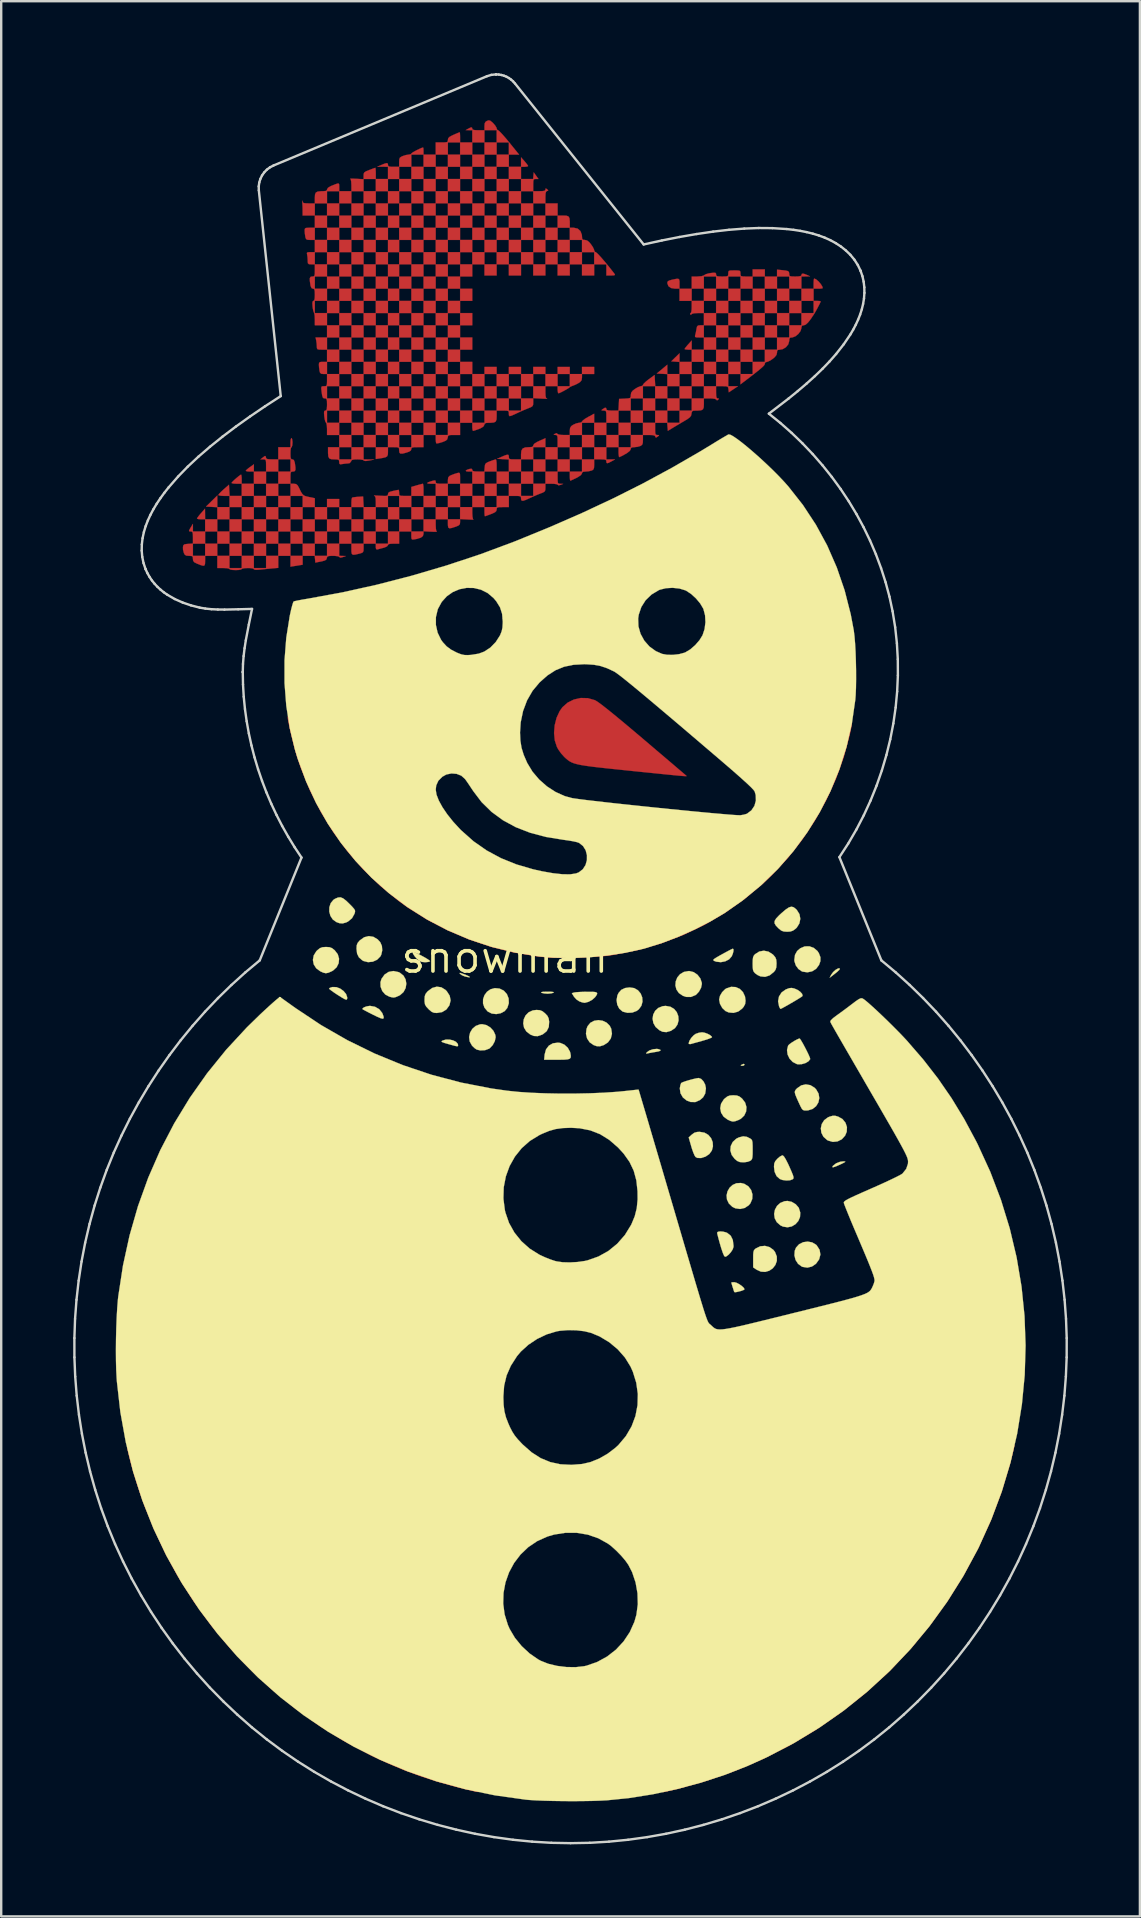
<source format=kicad_pcb>
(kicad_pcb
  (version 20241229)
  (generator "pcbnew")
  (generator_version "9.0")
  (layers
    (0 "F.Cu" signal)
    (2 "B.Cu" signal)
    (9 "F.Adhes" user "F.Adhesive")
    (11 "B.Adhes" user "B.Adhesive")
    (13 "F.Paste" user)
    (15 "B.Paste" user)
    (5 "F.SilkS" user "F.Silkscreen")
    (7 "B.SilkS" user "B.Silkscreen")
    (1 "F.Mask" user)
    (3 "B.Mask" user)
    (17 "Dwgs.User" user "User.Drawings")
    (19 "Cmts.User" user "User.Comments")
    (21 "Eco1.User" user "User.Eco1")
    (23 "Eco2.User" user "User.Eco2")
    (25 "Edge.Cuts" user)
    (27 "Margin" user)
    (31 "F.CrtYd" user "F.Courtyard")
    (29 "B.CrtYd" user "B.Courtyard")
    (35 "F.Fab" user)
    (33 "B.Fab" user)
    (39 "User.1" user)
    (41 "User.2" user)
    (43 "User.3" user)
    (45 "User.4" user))
  (footprint "snowman"
    (layer "F.Cu")
    (at 17.986 36.836)
    (property "Reference" "snowman" (at 0 0 0) (layer "F.SilkS") (effects (font (size 1.27 1.27) (thickness 0.15))))
    (attr through_hole)
    (fp_poly (pts (xy -11.98 -17.738) (xy -12.488 -17.738) (xy -12.488 -18.246) (xy -11.98 -18.246) (xy -11.98 -17.738)) (stroke (width 0.01) (type solid)) (fill yes) (layer "F.Cu"))
    (fp_poly (pts (xy -10.456 -19.219) (xy -10.964 -19.219) (xy -10.964 -19.727) (xy -10.456 -19.727) (xy -10.456 -19.219)) (stroke (width 0.01) (type solid)) (fill yes) (layer "F.Cu"))
    (fp_poly (pts (xy -10.456 -18.246) (xy -10.964 -18.246) (xy -10.964 -18.754) (xy -10.456 -18.754) (xy -10.456 -18.246)) (stroke (width 0.01) (type solid)) (fill yes) (layer "F.Cu"))
    (fp_poly (pts (xy -9.948 -19.727) (xy -10.456 -19.727) (xy -10.456 -20.235) (xy -9.948 -20.235) (xy -9.948 -19.727)) (stroke (width 0.01) (type solid)) (fill yes) (layer "F.Cu"))
    (fp_poly (pts (xy -9.948 -18.754) (xy -10.456 -18.754) (xy -10.456 -19.219) (xy -9.948 -19.219) (xy -9.948 -18.754)) (stroke (width 0.01) (type solid)) (fill yes) (layer "F.Cu"))
    (fp_poly (pts (xy -9.948 -17.738) (xy -10.456 -17.738) (xy -10.456 -18.246) (xy -9.948 -18.246) (xy -9.948 -17.738)) (stroke (width 0.01) (type solid)) (fill yes) (layer "F.Cu"))
    (fp_poly (pts (xy -9.948 -16.722) (xy -10.456 -16.722) (xy -10.456 -17.23) (xy -9.948 -17.23) (xy -9.948 -16.722)) (stroke (width 0.01) (type solid)) (fill yes) (layer "F.Cu"))
    (fp_poly (pts (xy -9.44 -19.219) (xy -9.948 -19.219) (xy -9.948 -19.727) (xy -9.44 -19.727) (xy -9.44 -19.219)) (stroke (width 0.01) (type solid)) (fill yes) (layer "F.Cu"))
    (fp_poly (pts (xy -9.44 -18.246) (xy -9.948 -18.246) (xy -9.948 -18.754) (xy -9.44 -18.754) (xy -9.44 -18.246)) (stroke (width 0.01) (type solid)) (fill yes) (layer "F.Cu"))
    (fp_poly (pts (xy -9.44 -17.23) (xy -9.948 -17.23) (xy -9.948 -17.738) (xy -9.44 -17.738) (xy -9.44 -17.23)) (stroke (width 0.01) (type solid)) (fill yes) (layer "F.Cu"))
    (fp_poly (pts (xy -8.932 -18.754) (xy -9.44 -18.754) (xy -9.44 -19.219) (xy -8.932 -19.219) (xy -8.932 -18.754)) (stroke (width 0.01) (type solid)) (fill yes) (layer "F.Cu"))
    (fp_poly (pts (xy -8.932 -17.738) (xy -9.44 -17.738) (xy -9.44 -18.246) (xy -8.932 -18.246) (xy -8.932 -17.738)) (stroke (width 0.01) (type solid)) (fill yes) (layer "F.Cu"))
    (fp_poly (pts (xy -8.932 -16.722) (xy -9.44 -16.722) (xy -9.44 -17.23) (xy -8.932 -17.23) (xy -8.932 -16.722)) (stroke (width 0.01) (type solid)) (fill yes) (layer "F.Cu"))
    (fp_poly (pts (xy -8.424 -18.246) (xy -8.932 -18.246) (xy -8.932 -18.754) (xy -8.424 -18.754) (xy -8.424 -18.246)) (stroke (width 0.01) (type solid)) (fill yes) (layer "F.Cu"))
    (fp_poly (pts (xy -8.424 -17.23) (xy -8.932 -17.23) (xy -8.932 -17.738) (xy -8.424 -17.738) (xy -8.424 -17.23)) (stroke (width 0.01) (type solid)) (fill yes) (layer "F.Cu"))
    (fp_poly (pts (xy -7.916 -17.738) (xy -8.424 -17.738) (xy -8.424 -18.246) (xy -7.916 -18.246) (xy -7.916 -17.738)) (stroke (width 0.01) (type solid)) (fill yes) (layer "F.Cu"))
    (fp_poly (pts (xy -7.408 -30.395) (xy -7.916 -30.395) (xy -7.916 -30.903) (xy -7.408 -30.903) (xy -7.408 -30.395)) (stroke (width 0.01) (type solid)) (fill yes) (layer "F.Cu"))
    (fp_poly (pts (xy -7.408 -29.379) (xy -7.916 -29.379) (xy -7.916 -29.887) (xy -7.408 -29.887) (xy -7.408 -29.379)) (stroke (width 0.01) (type solid)) (fill yes) (layer "F.Cu"))
    (fp_poly (pts (xy -7.408 -18.246) (xy -7.916 -18.246) (xy -7.916 -18.754) (xy -7.408 -18.754) (xy -7.408 -18.246)) (stroke (width 0.01) (type solid)) (fill yes) (layer "F.Cu"))
    (fp_poly (pts (xy -7.408 -17.23) (xy -7.916 -17.23) (xy -7.916 -17.738) (xy -7.408 -17.738) (xy -7.408 -17.23)) (stroke (width 0.01) (type solid)) (fill yes) (layer "F.Cu"))
    (fp_poly (pts (xy -6.9 -30.903) (xy -7.408 -30.903) (xy -7.408 -31.411) (xy -6.9 -31.411) (xy -6.9 -30.903)) (stroke (width 0.01) (type solid)) (fill yes) (layer "F.Cu"))
    (fp_poly (pts (xy -6.9 -29.887) (xy -7.408 -29.887) (xy -7.408 -30.395) (xy -6.9 -30.395) (xy -6.9 -29.887)) (stroke (width 0.01) (type solid)) (fill yes) (layer "F.Cu"))
    (fp_poly (pts (xy -6.9 -28.871) (xy -7.408 -28.871) (xy -7.408 -29.379) (xy -6.9 -29.379) (xy -6.9 -28.871)) (stroke (width 0.01) (type solid)) (fill yes) (layer "F.Cu"))
    (fp_poly (pts (xy -6.9 -27.855) (xy -7.408 -27.855) (xy -7.408 -28.363) (xy -6.9 -28.363) (xy -6.9 -27.855)) (stroke (width 0.01) (type solid)) (fill yes) (layer "F.Cu"))
    (fp_poly (pts (xy -6.9 -26.839) (xy -7.408 -26.839) (xy -7.408 -27.347) (xy -6.9 -27.347) (xy -6.9 -26.839)) (stroke (width 0.01) (type solid)) (fill yes) (layer "F.Cu"))
    (fp_poly (pts (xy -6.9 -25.823) (xy -7.408 -25.823) (xy -7.408 -26.331) (xy -6.9 -26.331) (xy -6.9 -25.823)) (stroke (width 0.01) (type solid)) (fill yes) (layer "F.Cu"))
    (fp_poly (pts (xy -6.9 -24.807) (xy -7.408 -24.807) (xy -7.408 -25.315) (xy -6.9 -25.315) (xy -6.9 -24.807)) (stroke (width 0.01) (type solid)) (fill yes) (layer "F.Cu"))
    (fp_poly (pts (xy -6.9 -18.754) (xy -7.408 -18.754) (xy -7.408 -19.092) (xy -6.9 -19.092) (xy -6.9 -18.754)) (stroke (width 0.01) (type solid)) (fill yes) (layer "F.Cu"))
    (fp_poly (pts (xy -6.9 -17.738) (xy -7.408 -17.738) (xy -7.408 -18.246) (xy -6.9 -18.246) (xy -6.9 -17.738)) (stroke (width 0.01) (type solid)) (fill yes) (layer "F.Cu"))
    (fp_poly (pts (xy -6.392 -31.411) (xy -6.9 -31.411) (xy -6.9 -31.919) (xy -6.392 -31.919) (xy -6.392 -31.411)) (stroke (width 0.01) (type solid)) (fill yes) (layer "F.Cu"))
    (fp_poly (pts (xy -6.392 -30.395) (xy -6.9 -30.395) (xy -6.9 -30.903) (xy -6.392 -30.903) (xy -6.392 -30.395)) (stroke (width 0.01) (type solid)) (fill yes) (layer "F.Cu"))
    (fp_poly (pts (xy -6.392 -29.379) (xy -6.9 -29.379) (xy -6.9 -29.887) (xy -6.392 -29.887) (xy -6.392 -29.379)) (stroke (width 0.01) (type solid)) (fill yes) (layer "F.Cu"))
    (fp_poly (pts (xy -6.392 -28.363) (xy -6.9 -28.363) (xy -6.9 -28.871) (xy -6.392 -28.871) (xy -6.392 -28.363)) (stroke (width 0.01) (type solid)) (fill yes) (layer "F.Cu"))
    (fp_poly (pts (xy -6.392 -27.347) (xy -6.9 -27.347) (xy -6.9 -27.855) (xy -6.392 -27.855) (xy -6.392 -27.347)) (stroke (width 0.01) (type solid)) (fill yes) (layer "F.Cu"))
    (fp_poly (pts (xy -6.392 -26.331) (xy -6.9 -26.331) (xy -6.9 -26.839) (xy -6.392 -26.839) (xy -6.392 -26.331)) (stroke (width 0.01) (type solid)) (fill yes) (layer "F.Cu"))
    (fp_poly (pts (xy -6.392 -25.315) (xy -6.9 -25.315) (xy -6.9 -25.823) (xy -6.392 -25.823) (xy -6.392 -25.315)) (stroke (width 0.01) (type solid)) (fill yes) (layer "F.Cu"))
    (fp_poly (pts (xy -6.392 -24.299) (xy -6.9 -24.299) (xy -6.9 -24.807) (xy -6.392 -24.807) (xy -6.392 -24.299)) (stroke (width 0.01) (type solid)) (fill yes) (layer "F.Cu"))
    (fp_poly (pts (xy -6.392 -23.283) (xy -6.9 -23.283) (xy -6.9 -23.791) (xy -6.392 -23.791) (xy -6.392 -23.283)) (stroke (width 0.01) (type solid)) (fill yes) (layer "F.Cu"))
    (fp_poly (pts (xy -6.392 -18.246) (xy -6.9 -18.246) (xy -6.9 -18.754) (xy -6.392 -18.754) (xy -6.392 -18.246)) (stroke (width 0.01) (type solid)) (fill yes) (layer "F.Cu"))
    (fp_poly (pts (xy -6.392 -17.23) (xy -6.9 -17.23) (xy -6.9 -17.738) (xy -6.392 -17.738) (xy -6.392 -17.23)) (stroke (width 0.01) (type solid)) (fill yes) (layer "F.Cu"))
    (fp_poly (pts (xy -5.884 -30.903) (xy -6.392 -30.903) (xy -6.392 -31.411) (xy -5.884 -31.411) (xy -5.884 -30.903)) (stroke (width 0.01) (type solid)) (fill yes) (layer "F.Cu"))
    (fp_poly (pts (xy -5.884 -25.823) (xy -6.392 -25.823) (xy -6.392 -26.331) (xy -5.884 -26.331) (xy -5.884 -25.823)) (stroke (width 0.01) (type solid)) (fill yes) (layer "F.Cu"))
    (fp_poly (pts (xy -5.884 -24.807) (xy -6.392 -24.807) (xy -6.392 -25.315) (xy -5.884 -25.315) (xy -5.884 -24.807)) (stroke (width 0.01) (type solid)) (fill yes) (layer "F.Cu"))
    (fp_poly (pts (xy -5.884 -23.791) (xy -6.392 -23.791) (xy -6.392 -24.299) (xy -5.884 -24.299) (xy -5.884 -23.791)) (stroke (width 0.01) (type solid)) (fill yes) (layer "F.Cu"))
    (fp_poly (pts (xy -5.884 -17.738) (xy -6.392 -17.738) (xy -6.392 -18.246) (xy -5.884 -18.246) (xy -5.884 -17.738)) (stroke (width 0.01) (type solid)) (fill yes) (layer "F.Cu"))
    (fp_poly (pts (xy -5.376 -31.411) (xy -5.884 -31.411) (xy -5.884 -31.919) (xy -5.376 -31.919) (xy -5.376 -31.411)) (stroke (width 0.01) (type solid)) (fill yes) (layer "F.Cu"))
    (fp_poly (pts (xy -5.376 -21.251) (xy -5.884 -21.251) (xy -5.884 -21.759) (xy -5.376 -21.759) (xy -5.376 -21.251)) (stroke (width 0.01) (type solid)) (fill yes) (layer "F.Cu"))
    (fp_poly (pts (xy -5.376 -17.23) (xy -5.884 -17.23) (xy -5.884 -17.738) (xy -5.376 -17.738) (xy -5.376 -17.23)) (stroke (width 0.01) (type solid)) (fill yes) (layer "F.Cu"))
    (fp_poly (pts (xy -4.868 -31.919) (xy -5.376 -31.919) (xy -5.376 -32.427) (xy -4.868 -32.427) (xy -4.868 -31.919)) (stroke (width 0.01) (type solid)) (fill yes) (layer "F.Cu"))
    (fp_poly (pts (xy -4.868 -30.903) (xy -5.376 -30.903) (xy -5.376 -31.411) (xy -4.868 -31.411) (xy -4.868 -30.903)) (stroke (width 0.01) (type solid)) (fill yes) (layer "F.Cu"))
    (fp_poly (pts (xy -4.868 -27.855) (xy -5.376 -27.855) (xy -5.376 -28.363) (xy -4.868 -28.363) (xy -4.868 -27.855)) (stroke (width 0.01) (type solid)) (fill yes) (layer "F.Cu"))
    (fp_poly (pts (xy -4.868 -26.839) (xy -5.376 -26.839) (xy -5.376 -27.347) (xy -4.868 -27.347) (xy -4.868 -26.839)) (stroke (width 0.01) (type solid)) (fill yes) (layer "F.Cu"))
    (fp_poly (pts (xy -4.868 -21.759) (xy -5.376 -21.759) (xy -5.376 -22.267) (xy -4.868 -22.267) (xy -4.868 -21.759)) (stroke (width 0.01) (type solid)) (fill yes) (layer "F.Cu"))
    (fp_poly (pts (xy -4.868 -17.738) (xy -5.376 -17.738) (xy -5.376 -18.246) (xy -4.868 -18.246) (xy -4.868 -17.738)) (stroke (width 0.01) (type solid)) (fill yes) (layer "F.Cu"))
    (fp_poly (pts (xy -4.403 -31.411) (xy -4.868 -31.411) (xy -4.868 -31.919) (xy -4.403 -31.919) (xy -4.403 -31.411)) (stroke (width 0.01) (type solid)) (fill yes) (layer "F.Cu"))
    (fp_poly (pts (xy -4.403 -27.347) (xy -4.868 -27.347) (xy -4.868 -27.855) (xy -4.403 -27.855) (xy -4.403 -27.347)) (stroke (width 0.01) (type solid)) (fill yes) (layer "F.Cu"))
    (fp_poly (pts (xy -4.403 -26.331) (xy -4.868 -26.331) (xy -4.868 -26.839) (xy -4.403 -26.839) (xy -4.403 -26.331)) (stroke (width 0.01) (type solid)) (fill yes) (layer "F.Cu"))
    (fp_poly (pts (xy -4.403 -25.315) (xy -4.868 -25.315) (xy -4.868 -25.823) (xy -4.403 -25.823) (xy -4.403 -25.315)) (stroke (width 0.01) (type solid)) (fill yes) (layer "F.Cu"))
    (fp_poly (pts (xy -4.403 -24.299) (xy -4.868 -24.299) (xy -4.868 -24.807) (xy -4.403 -24.807) (xy -4.403 -24.299)) (stroke (width 0.01) (type solid)) (fill yes) (layer "F.Cu"))
    (fp_poly (pts (xy -4.403 -22.267) (xy -4.868 -22.267) (xy -4.868 -22.775) (xy -4.403 -22.775) (xy -4.403 -22.267)) (stroke (width 0.01) (type solid)) (fill yes) (layer "F.Cu"))
    (fp_poly (pts (xy -4.403 -18.246) (xy -4.868 -18.246) (xy -4.868 -18.754) (xy -4.403 -18.754) (xy -4.403 -18.246)) (stroke (width 0.01) (type solid)) (fill yes) (layer "F.Cu"))
    (fp_poly (pts (xy -3.895 -31.919) (xy -4.403 -31.919) (xy -4.403 -32.427) (xy -3.895 -32.427) (xy -3.895 -31.919)) (stroke (width 0.01) (type solid)) (fill yes) (layer "F.Cu"))
    (fp_poly (pts (xy -3.895 -23.791) (xy -4.403 -23.791) (xy -4.403 -24.299) (xy -3.895 -24.299) (xy -3.895 -23.791)) (stroke (width 0.01) (type solid)) (fill yes) (layer "F.Cu"))
    (fp_poly (pts (xy -3.895 -21.759) (xy -4.403 -21.759) (xy -4.403 -22.267) (xy -3.895 -22.267) (xy -3.895 -21.759)) (stroke (width 0.01) (type solid)) (fill yes) (layer "F.Cu"))
    (fp_poly (pts (xy -3.895 -17.738) (xy -4.403 -17.738) (xy -4.403 -18.246) (xy -3.895 -18.246) (xy -3.895 -17.738)) (stroke (width 0.01) (type solid)) (fill yes) (layer "F.Cu"))
    (fp_poly (pts (xy -3.387 -32.427) (xy -3.895 -32.427) (xy -3.895 -32.935) (xy -3.387 -32.935) (xy -3.387 -32.427)) (stroke (width 0.01) (type solid)) (fill yes) (layer "F.Cu"))
    (fp_poly (pts (xy -3.387 -22.267) (xy -3.895 -22.267) (xy -3.895 -22.775) (xy -3.387 -22.775) (xy -3.387 -22.267)) (stroke (width 0.01) (type solid)) (fill yes) (layer "F.Cu"))
    (fp_poly (pts (xy -3.387 -18.246) (xy -3.895 -18.246) (xy -3.895 -18.754) (xy -3.387 -18.754) (xy -3.387 -18.246)) (stroke (width 0.01) (type solid)) (fill yes) (layer "F.Cu"))
    (fp_poly (pts (xy -2.879 -32.935) (xy -3.387 -32.935) (xy -3.387 -33.443) (xy -2.879 -33.443) (xy -2.879 -32.935)) (stroke (width 0.01) (type solid)) (fill yes) (layer "F.Cu"))
    (fp_poly (pts (xy -2.879 -31.919) (xy -3.387 -31.919) (xy -3.387 -32.427) (xy -2.879 -32.427) (xy -2.879 -31.919)) (stroke (width 0.01) (type solid)) (fill yes) (layer "F.Cu"))
    (fp_poly (pts (xy -2.879 -27.855) (xy -3.387 -27.855) (xy -3.387 -28.363) (xy -2.879 -28.363) (xy -2.879 -27.855)) (stroke (width 0.01) (type solid)) (fill yes) (layer "F.Cu"))
    (fp_poly (pts (xy -2.879 -26.839) (xy -3.387 -26.839) (xy -3.387 -27.347) (xy -2.879 -27.347) (xy -2.879 -26.839)) (stroke (width 0.01) (type solid)) (fill yes) (layer "F.Cu"))
    (fp_poly (pts (xy -2.879 -25.823) (xy -3.387 -25.823) (xy -3.387 -26.331) (xy -2.879 -26.331) (xy -2.879 -25.823)) (stroke (width 0.01) (type solid)) (fill yes) (layer "F.Cu"))
    (fp_poly (pts (xy -2.879 -24.807) (xy -3.387 -24.807) (xy -3.387 -25.315) (xy -2.879 -25.315) (xy -2.879 -24.807)) (stroke (width 0.01) (type solid)) (fill yes) (layer "F.Cu"))
    (fp_poly (pts (xy -2.879 -22.775) (xy -3.387 -22.775) (xy -3.387 -23.283) (xy -2.879 -23.283) (xy -2.879 -22.775)) (stroke (width 0.01) (type solid)) (fill yes) (layer "F.Cu"))
    (fp_poly (pts (xy -2.879 -21.759) (xy -3.387 -21.759) (xy -3.387 -22.267) (xy -2.879 -22.267) (xy -2.879 -21.759)) (stroke (width 0.01) (type solid)) (fill yes) (layer "F.Cu"))
    (fp_poly (pts (xy -2.879 -18.754) (xy -3.387 -18.754) (xy -3.387 -19.219) (xy -2.879 -19.219) (xy -2.879 -18.754)) (stroke (width 0.01) (type solid)) (fill yes) (layer "F.Cu"))
    (fp_poly (pts (xy -2.371 -32.427) (xy -2.879 -32.427) (xy -2.879 -32.935) (xy -2.371 -32.935) (xy -2.371 -32.427)) (stroke (width 0.01) (type solid)) (fill yes) (layer "F.Cu"))
    (fp_poly (pts (xy -2.371 -30.395) (xy -2.879 -30.395) (xy -2.879 -30.903) (xy -2.371 -30.903) (xy -2.371 -30.395)) (stroke (width 0.01) (type solid)) (fill yes) (layer "F.Cu"))
    (fp_poly (pts (xy -2.371 -28.363) (xy -2.879 -28.363) (xy -2.879 -28.871) (xy -2.371 -28.871) (xy -2.371 -28.363)) (stroke (width 0.01) (type solid)) (fill yes) (layer "F.Cu"))
    (fp_poly (pts (xy -2.371 -27.347) (xy -2.879 -27.347) (xy -2.879 -27.855) (xy -2.371 -27.855) (xy -2.371 -27.347)) (stroke (width 0.01) (type solid)) (fill yes) (layer "F.Cu"))
    (fp_poly (pts (xy -2.371 -26.331) (xy -2.879 -26.331) (xy -2.879 -26.839) (xy -2.371 -26.839) (xy -2.371 -26.331)) (stroke (width 0.01) (type solid)) (fill yes) (layer "F.Cu"))
    (fp_poly (pts (xy -2.371 -25.315) (xy -2.879 -25.315) (xy -2.879 -25.823) (xy -2.371 -25.823) (xy -2.371 -25.315)) (stroke (width 0.01) (type solid)) (fill yes) (layer "F.Cu"))
    (fp_poly (pts (xy -2.371 -24.299) (xy -2.879 -24.299) (xy -2.879 -24.807) (xy -2.371 -24.807) (xy -2.371 -24.299)) (stroke (width 0.01) (type solid)) (fill yes) (layer "F.Cu"))
    (fp_poly (pts (xy -2.371 -23.283) (xy -2.879 -23.283) (xy -2.879 -23.791) (xy -2.371 -23.791) (xy -2.371 -23.283)) (stroke (width 0.01) (type solid)) (fill yes) (layer "F.Cu"))
    (fp_poly (pts (xy -2.371 -22.267) (xy -2.879 -22.267) (xy -2.879 -22.775) (xy -2.371 -22.775) (xy -2.371 -22.267)) (stroke (width 0.01) (type solid)) (fill yes) (layer "F.Cu"))
    (fp_poly (pts (xy -2.371 -18.246) (xy -2.879 -18.246) (xy -2.879 -18.754) (xy -2.371 -18.754) (xy -2.371 -18.246)) (stroke (width 0.01) (type solid)) (fill yes) (layer "F.Cu"))
    (fp_poly (pts (xy -1.863 -32.935) (xy -2.371 -32.935) (xy -2.371 -33.443) (xy -1.863 -33.443) (xy -1.863 -32.935)) (stroke (width 0.01) (type solid)) (fill yes) (layer "F.Cu"))
    (fp_poly (pts (xy -1.863 -30.903) (xy -2.371 -30.903) (xy -2.371 -31.411) (xy -1.863 -31.411) (xy -1.863 -30.903)) (stroke (width 0.01) (type solid)) (fill yes) (layer "F.Cu"))
    (fp_poly (pts (xy -1.863 -28.871) (xy -2.371 -28.871) (xy -2.371 -29.379) (xy -1.863 -29.379) (xy -1.863 -28.871)) (stroke (width 0.01) (type solid)) (fill yes) (layer "F.Cu"))
    (fp_poly (pts (xy -1.863 -27.855) (xy -2.371 -27.855) (xy -2.371 -28.363) (xy -1.863 -28.363) (xy -1.863 -27.855)) (stroke (width 0.01) (type solid)) (fill yes) (layer "F.Cu"))
    (fp_poly (pts (xy -1.863 -26.839) (xy -2.371 -26.839) (xy -2.371 -27.347) (xy -1.863 -27.347) (xy -1.863 -26.839)) (stroke (width 0.01) (type solid)) (fill yes) (layer "F.Cu"))
    (fp_poly (pts (xy -1.863 -25.823) (xy -2.371 -25.823) (xy -2.371 -26.331) (xy -1.863 -26.331) (xy -1.863 -25.823)) (stroke (width 0.01) (type solid)) (fill yes) (layer "F.Cu"))
    (fp_poly (pts (xy -1.863 -24.807) (xy -2.371 -24.807) (xy -2.371 -25.315) (xy -1.863 -25.315) (xy -1.863 -24.807)) (stroke (width 0.01) (type solid)) (fill yes) (layer "F.Cu"))
    (fp_poly (pts (xy -1.863 -23.791) (xy -2.371 -23.791) (xy -2.371 -24.299) (xy -1.863 -24.299) (xy -1.863 -23.791)) (stroke (width 0.01) (type solid)) (fill yes) (layer "F.Cu"))
    (fp_poly (pts (xy -1.863 -22.775) (xy -2.371 -22.775) (xy -2.371 -23.283) (xy -1.863 -23.283) (xy -1.863 -22.775)) (stroke (width 0.01) (type solid)) (fill yes) (layer "F.Cu"))
    (fp_poly (pts (xy -1.863 -18.754) (xy -2.371 -18.754) (xy -2.371 -19.219) (xy -1.863 -19.219) (xy -1.863 -18.754)) (stroke (width 0.01) (type solid)) (fill yes) (layer "F.Cu"))
    (fp_poly (pts (xy -1.355 -33.443) (xy -1.863 -33.443) (xy -1.863 -33.951) (xy -1.355 -33.951) (xy -1.355 -33.443)) (stroke (width 0.01) (type solid)) (fill yes) (layer "F.Cu"))
    (fp_poly (pts (xy -1.355 -32.427) (xy -1.863 -32.427) (xy -1.863 -32.935) (xy -1.355 -32.935) (xy -1.355 -32.427)) (stroke (width 0.01) (type solid)) (fill yes) (layer "F.Cu"))
    (fp_poly (pts (xy -1.355 -29.379) (xy -1.863 -29.379) (xy -1.863 -29.887) (xy -1.355 -29.887) (xy -1.355 -29.379)) (stroke (width 0.01) (type solid)) (fill yes) (layer "F.Cu"))
    (fp_poly (pts (xy -1.355 -28.363) (xy -1.863 -28.363) (xy -1.863 -28.871) (xy -1.355 -28.871) (xy -1.355 -28.363)) (stroke (width 0.01) (type solid)) (fill yes) (layer "F.Cu"))
    (fp_poly (pts (xy -1.355 -27.347) (xy -1.863 -27.347) (xy -1.863 -27.855) (xy -1.355 -27.855) (xy -1.355 -27.347)) (stroke (width 0.01) (type solid)) (fill yes) (layer "F.Cu"))
    (fp_poly (pts (xy -1.355 -26.331) (xy -1.863 -26.331) (xy -1.863 -26.839) (xy -1.355 -26.839) (xy -1.355 -26.331)) (stroke (width 0.01) (type solid)) (fill yes) (layer "F.Cu"))
    (fp_poly (pts (xy -1.355 -25.315) (xy -1.863 -25.315) (xy -1.863 -25.823) (xy -1.355 -25.823) (xy -1.355 -25.315)) (stroke (width 0.01) (type solid)) (fill yes) (layer "F.Cu"))
    (fp_poly (pts (xy -1.355 -24.299) (xy -1.863 -24.299) (xy -1.863 -24.807) (xy -1.355 -24.807) (xy -1.355 -24.299)) (stroke (width 0.01) (type solid)) (fill yes) (layer "F.Cu"))
    (fp_poly (pts (xy -1.355 -23.283) (xy -1.863 -23.283) (xy -1.863 -23.791) (xy -1.355 -23.791) (xy -1.355 -23.283)) (stroke (width 0.01) (type solid)) (fill yes) (layer "F.Cu"))
    (fp_poly (pts (xy -1.355 -22.267) (xy -1.863 -22.267) (xy -1.863 -22.775) (xy -1.355 -22.775) (xy -1.355 -22.267)) (stroke (width 0.01) (type solid)) (fill yes) (layer "F.Cu"))
    (fp_poly (pts (xy -0.847 -32.935) (xy -1.355 -32.935) (xy -1.355 -33.443) (xy -0.847 -33.443) (xy -0.847 -32.935)) (stroke (width 0.01) (type solid)) (fill yes) (layer "F.Cu"))
    (fp_poly (pts (xy -0.847 -29.887) (xy -1.355 -29.887) (xy -1.355 -30.395) (xy -0.847 -30.395) (xy -0.847 -29.887)) (stroke (width 0.01) (type solid)) (fill yes) (layer "F.Cu"))
    (fp_poly (pts (xy -0.847 -28.871) (xy -1.355 -28.871) (xy -1.355 -29.379) (xy -0.847 -29.379) (xy -0.847 -28.871)) (stroke (width 0.01) (type solid)) (fill yes) (layer "F.Cu"))
    (fp_poly (pts (xy -0.847 -23.791) (xy -1.355 -23.791) (xy -1.355 -24.299) (xy -0.847 -24.299) (xy -0.847 -23.791)) (stroke (width 0.01) (type solid)) (fill yes) (layer "F.Cu"))
    (fp_poly (pts (xy -0.847 -22.775) (xy -1.355 -22.775) (xy -1.355 -23.283) (xy -0.847 -23.283) (xy -0.847 -22.775)) (stroke (width 0.01) (type solid)) (fill yes) (layer "F.Cu"))
    (fp_poly (pts (xy -0.339 -33.443) (xy -0.847 -33.443) (xy -0.847 -33.951) (xy -0.339 -33.951) (xy -0.339 -33.443)) (stroke (width 0.01) (type solid)) (fill yes) (layer "F.Cu"))
    (fp_poly (pts (xy -0.339 -32.427) (xy -0.847 -32.427) (xy -0.847 -32.935) (xy -0.339 -32.935) (xy -0.339 -32.427)) (stroke (width 0.01) (type solid)) (fill yes) (layer "F.Cu"))
    (fp_poly (pts (xy -0.339 -30.395) (xy -0.847 -30.395) (xy -0.847 -30.903) (xy -0.339 -30.903) (xy -0.339 -30.395)) (stroke (width 0.01) (type solid)) (fill yes) (layer "F.Cu"))
    (fp_poly (pts (xy -0.339 -29.379) (xy -0.847 -29.379) (xy -0.847 -29.887) (xy -0.339 -29.887) (xy -0.339 -29.379)) (stroke (width 0.01) (type solid)) (fill yes) (layer "F.Cu"))
    (fp_poly (pts (xy -0.339 -28.406) (xy -0.847 -28.406) (xy -0.847 -28.871) (xy -0.339 -28.871) (xy -0.339 -28.406)) (stroke (width 0.01) (type solid)) (fill yes) (layer "F.Cu"))
    (fp_poly (pts (xy -0.339 -24.299) (xy -0.847 -24.299) (xy -0.847 -24.596) (xy -0.339 -24.596) (xy -0.339 -24.299)) (stroke (width 0.01) (type solid)) (fill yes) (layer "F.Cu"))
    (fp_poly (pts (xy -0.339 -23.283) (xy -0.847 -23.283) (xy -0.847 -23.791) (xy -0.339 -23.791) (xy -0.339 -23.283)) (stroke (width 0.01) (type solid)) (fill yes) (layer "F.Cu"))
    (fp_poly (pts (xy -0.339 -19.219) (xy -0.847 -19.219) (xy -0.847 -19.727) (xy -0.339 -19.727) (xy -0.339 -19.219)) (stroke (width 0.01) (type solid)) (fill yes) (layer "F.Cu"))
    (fp_poly (pts (xy 0.169 -32.935) (xy -0.339 -32.935) (xy -0.339 -33.443) (xy 0.169 -33.443) (xy 0.169 -32.935)) (stroke (width 0.01) (type solid)) (fill yes) (layer "F.Cu"))
    (fp_poly (pts (xy 0.169 -31.919) (xy -0.339 -31.919) (xy -0.339 -32.427) (xy 0.169 -32.427) (xy 0.169 -31.919)) (stroke (width 0.01) (type solid)) (fill yes) (layer "F.Cu"))
    (fp_poly (pts (xy 0.169 -30.903) (xy -0.339 -30.903) (xy -0.339 -31.411) (xy 0.169 -31.411) (xy 0.169 -30.903)) (stroke (width 0.01) (type solid)) (fill yes) (layer "F.Cu"))
    (fp_poly (pts (xy 0.169 -29.887) (xy -0.339 -29.887) (xy -0.339 -30.395) (xy 0.169 -30.395) (xy 0.169 -29.887)) (stroke (width 0.01) (type solid)) (fill yes) (layer "F.Cu"))
    (fp_poly (pts (xy 0.169 -28.871) (xy -0.339 -28.871) (xy -0.339 -29.379) (xy 0.169 -29.379) (xy 0.169 -28.871)) (stroke (width 0.01) (type solid)) (fill yes) (layer "F.Cu"))
    (fp_poly (pts (xy 0.169 -23.791) (xy -0.339 -23.791) (xy -0.339 -24.299) (xy 0.169 -24.299) (xy 0.169 -23.791)) (stroke (width 0.01) (type solid)) (fill yes) (layer "F.Cu"))
    (fp_poly (pts (xy 0.677 -32.427) (xy 0.169 -32.427) (xy 0.169 -32.935) (xy 0.677 -32.935) (xy 0.677 -32.427)) (stroke (width 0.01) (type solid)) (fill yes) (layer "F.Cu"))
    (fp_poly (pts (xy 0.677 -31.411) (xy 0.169 -31.411) (xy 0.169 -31.919) (xy 0.677 -31.919) (xy 0.677 -31.411)) (stroke (width 0.01) (type solid)) (fill yes) (layer "F.Cu"))
    (fp_poly (pts (xy 0.677 -30.395) (xy 0.169 -30.395) (xy 0.169 -30.903) (xy 0.677 -30.903) (xy 0.677 -30.395)) (stroke (width 0.01) (type solid)) (fill yes) (layer "F.Cu"))
    (fp_poly (pts (xy 0.677 -29.379) (xy 0.169 -29.379) (xy 0.169 -29.887) (xy 0.677 -29.887) (xy 0.677 -29.379)) (stroke (width 0.01) (type solid)) (fill yes) (layer "F.Cu"))
    (fp_poly (pts (xy 0.677 -28.406) (xy 0.169 -28.406) (xy 0.169 -28.871) (xy 0.677 -28.871) (xy 0.677 -28.406)) (stroke (width 0.01) (type solid)) (fill yes) (layer "F.Cu"))
    (fp_poly (pts (xy 0.677 -24.299) (xy 0.169 -24.299) (xy 0.169 -24.596) (xy 0.677 -24.596) (xy 0.677 -24.299)) (stroke (width 0.01) (type solid)) (fill yes) (layer "F.Cu"))
    (fp_poly (pts (xy 0.677 -23.283) (xy 0.169 -23.283) (xy 0.169 -23.791) (xy 0.677 -23.791) (xy 0.677 -23.283)) (stroke (width 0.01) (type solid)) (fill yes) (layer "F.Cu"))
    (fp_poly (pts (xy 1.185 -30.903) (xy 0.677 -30.903) (xy 0.677 -31.411) (xy 1.185 -31.411) (xy 1.185 -30.903)) (stroke (width 0.01) (type solid)) (fill yes) (layer "F.Cu"))
    (fp_poly (pts (xy 1.185 -29.887) (xy 0.677 -29.887) (xy 0.677 -30.395) (xy 1.185 -30.395) (xy 1.185 -29.887)) (stroke (width 0.01) (type solid)) (fill yes) (layer "F.Cu"))
    (fp_poly (pts (xy 1.185 -28.871) (xy 0.677 -28.871) (xy 0.677 -29.379) (xy 1.185 -29.379) (xy 1.185 -28.871)) (stroke (width 0.01) (type solid)) (fill yes) (layer "F.Cu"))
    (fp_poly (pts (xy 1.185 -19.727) (xy 0.677 -19.727) (xy 0.677 -20.235) (xy 1.185 -20.235) (xy 1.185 -19.727)) (stroke (width 0.01) (type solid)) (fill yes) (layer "F.Cu"))
    (fp_poly (pts (xy 1.693 -30.395) (xy 1.185 -30.395) (xy 1.185 -30.903) (xy 1.693 -30.903) (xy 1.693 -30.395)) (stroke (width 0.01) (type solid)) (fill yes) (layer "F.Cu"))
    (fp_poly (pts (xy 1.693 -29.379) (xy 1.185 -29.379) (xy 1.185 -29.887) (xy 1.693 -29.887) (xy 1.693 -29.379)) (stroke (width 0.01) (type solid)) (fill yes) (layer "F.Cu"))
    (fp_poly (pts (xy 1.693 -28.406) (xy 1.185 -28.406) (xy 1.185 -28.871) (xy 1.693 -28.871) (xy 1.693 -28.406)) (stroke (width 0.01) (type solid)) (fill yes) (layer "F.Cu"))
    (fp_poly (pts (xy 1.693 -20.235) (xy 1.185 -20.235) (xy 1.185 -20.743) (xy 1.693 -20.743) (xy 1.693 -20.235)) (stroke (width 0.01) (type solid)) (fill yes) (layer "F.Cu"))
    (fp_poly (pts (xy 2.201 -30.903) (xy 1.693 -30.903) (xy 1.693 -31.411) (xy 2.201 -31.411) (xy 2.201 -30.903)) (stroke (width 0.01) (type solid)) (fill yes) (layer "F.Cu"))
    (fp_poly (pts (xy 2.201 -29.887) (xy 1.693 -29.887) (xy 1.693 -30.395) (xy 2.201 -30.395) (xy 2.201 -29.887)) (stroke (width 0.01) (type solid)) (fill yes) (layer "F.Cu"))
    (fp_poly (pts (xy 2.201 -28.871) (xy 1.693 -28.871) (xy 1.693 -29.379) (xy 2.201 -29.379) (xy 2.201 -28.871)) (stroke (width 0.01) (type solid)) (fill yes) (layer "F.Cu"))
    (fp_poly (pts (xy 2.709 -29.379) (xy 2.201 -29.379) (xy 2.201 -29.887) (xy 2.709 -29.887) (xy 2.709 -29.379)) (stroke (width 0.01) (type solid)) (fill yes) (layer "F.Cu"))
    (fp_poly (pts (xy 2.709 -28.406) (xy 2.201 -28.406) (xy 2.201 -28.871) (xy 2.709 -28.871) (xy 2.709 -28.406)) (stroke (width 0.01) (type solid)) (fill yes) (layer "F.Cu"))
    (fp_poly (pts (xy 3.217 -20.743) (xy 2.709 -20.743) (xy 2.709 -21.251) (xy 3.217 -21.251) (xy 3.217 -20.743)) (stroke (width 0.01) (type solid)) (fill yes) (layer "F.Cu"))
    (fp_poly (pts (xy 3.725 -24.299) (xy 3.217 -24.299) (xy 3.217 -24.596) (xy 3.725 -24.596) (xy 3.725 -24.299)) (stroke (width 0.01) (type solid)) (fill yes) (layer "F.Cu"))
    (fp_poly (pts (xy 3.725 -21.251) (xy 3.217 -21.251) (xy 3.217 -21.759) (xy 3.725 -21.759) (xy 3.725 -21.251)) (stroke (width 0.01) (type solid)) (fill yes) (layer "F.Cu"))
    (fp_poly (pts (xy 5.249 -21.759) (xy 4.741 -21.759) (xy 4.741 -22.267) (xy 5.249 -22.267) (xy 5.249 -21.759)) (stroke (width 0.01) (type solid)) (fill yes) (layer "F.Cu"))
    (fp_poly (pts (xy 5.757 -22.267) (xy 5.249 -22.267) (xy 5.249 -22.775) (xy 5.757 -22.775) (xy 5.757 -22.267)) (stroke (width 0.01) (type solid)) (fill yes) (layer "F.Cu"))
    (fp_poly (pts (xy 6.265 -22.775) (xy 5.757 -22.775) (xy 5.757 -23.283) (xy 6.265 -23.283) (xy 6.265 -22.775)) (stroke (width 0.01) (type solid)) (fill yes) (layer "F.Cu"))
    (fp_poly (pts (xy 7.281 -27.347) (xy 7.281 -27.855) (xy 7.789 -27.855) (xy 7.789 -27.347) (xy 7.281 -27.347)) (stroke (width 0.01) (type solid)) (fill yes) (layer "F.Cu"))
    (fp_poly (pts (xy 7.281 -22.775) (xy 6.773 -22.775) (xy 6.773 -23.283) (xy 7.281 -23.283) (xy 7.281 -22.775)) (stroke (width 0.01) (type solid)) (fill yes) (layer "F.Cu"))
    (fp_poly (pts (xy 7.789 -23.283) (xy 7.281 -23.283) (xy 7.281 -23.791) (xy 7.789 -23.791) (xy 7.789 -23.283)) (stroke (width 0.01) (type solid)) (fill yes) (layer "F.Cu"))
    (fp_poly (pts (xy 8.297 -26.839) (xy 8.805 -26.839) (xy 8.805 -26.331) (xy 8.297 -26.331) (xy 8.297 -26.839)) (stroke (width 0.01) (type solid)) (fill yes) (layer "F.Cu"))
    (fp_poly (pts (xy 8.297 -24.807) (xy 7.789 -24.807) (xy 7.789 -25.315) (xy 8.297 -25.315) (xy 8.297 -24.807)) (stroke (width 0.01) (type solid)) (fill yes) (layer "F.Cu"))
    (fp_poly (pts (xy 8.297 -23.791) (xy 7.789 -23.791) (xy 7.789 -24.299) (xy 8.297 -24.299) (xy 8.297 -23.791)) (stroke (width 0.01) (type solid)) (fill yes) (layer "F.Cu"))
    (fp_poly (pts (xy 8.805 -27.347) (xy 8.297 -27.347) (xy 8.297 -27.855) (xy 8.805 -27.855) (xy 8.805 -27.347)) (stroke (width 0.01) (type solid)) (fill yes) (layer "F.Cu"))
    (fp_poly (pts (xy 8.805 -25.823) (xy 8.805 -25.315) (xy 8.297 -25.315) (xy 8.297 -25.823) (xy 8.805 -25.823)) (stroke (width 0.01) (type solid)) (fill yes) (layer "F.Cu"))
    (fp_poly (pts (xy 8.805 -24.299) (xy 8.297 -24.299) (xy 8.297 -24.807) (xy 8.805 -24.807) (xy 8.805 -24.299)) (stroke (width 0.01) (type solid)) (fill yes) (layer "F.Cu"))
    (fp_poly (pts (xy 9.313 -24.807) (xy 8.805 -24.807) (xy 8.805 -25.315) (xy 9.313 -25.315) (xy 9.313 -24.807)) (stroke (width 0.01) (type solid)) (fill yes) (layer "F.Cu"))
    (fp_poly (pts (xy 9.313 -24.299) (xy 9.313 -24.807) (xy 9.821 -24.807) (xy 9.821 -24.299) (xy 9.313 -24.299)) (stroke (width 0.01) (type solid)) (fill yes) (layer "F.Cu"))
    (fp_poly (pts (xy 10.329 -28.66) (xy 10.837 -28.66) (xy 10.837 -28.363) (xy 10.329 -28.363) (xy 10.329 -28.66)) (stroke (width 0.01) (type solid)) (fill yes) (layer "F.Cu"))
    (fp_poly (pts (xy 10.329 -25.823) (xy 9.821 -25.823) (xy 9.821 -26.331) (xy 10.329 -26.331) (xy 10.329 -25.823)) (stroke (width 0.01) (type solid)) (fill yes) (layer "F.Cu"))
    (fp_poly (pts (xy 10.837 -26.331) (xy 10.329 -26.331) (xy 10.329 -26.839) (xy 10.837 -26.839) (xy 10.837 -26.331)) (stroke (width 0.01) (type solid)) (fill yes) (layer "F.Cu"))
    (fp_poly (pts (xy 11.345 -28.363) (xy 11.345 -27.855) (xy 10.837 -27.855) (xy 10.837 -28.363) (xy 11.345 -28.363)) (stroke (width 0.01) (type solid)) (fill yes) (layer "F.Cu"))
    (fp_poly (pts (xy 12.869 -27.855) (xy 12.869 -27.347) (xy 12.361 -27.347) (xy 12.361 -27.855) (xy 12.869 -27.855)) (stroke (width 0.01) (type solid)) (fill yes) (layer "F.Cu"))
    (fp_poly (pts (xy -8.424 -16.352) (xy -8.678 -16.311) (xy -8.932 -16.271) (xy -8.932 -16.722) (xy -8.424 -16.722) (xy -8.424 -16.352)) (stroke (width 0.01) (type solid)) (fill yes) (layer "F.Cu"))
    (fp_poly (pts (xy 7.281 -23.791) (xy 6.773 -23.791) (xy 6.773 -24.295) (xy 6.553 -24.308) (xy 6.333 -24.32) (xy 6.773 -24.688) (xy 6.773 -24.299) (xy 7.281 -24.299) (xy 7.281 -23.791)) (stroke (width 0.01) (type solid)) (fill yes) (layer "F.Cu"))
    (fp_poly (pts (xy -12.488 -18.246) (xy -12.658 -18.246) (xy -12.764 -18.253) (xy -12.823 -18.27) (xy -12.827 -18.277) (xy -12.801 -18.324) (xy -12.734 -18.412) (xy -12.659 -18.5) (xy -12.492 -18.69) (xy -12.488 -18.246)) (stroke (width 0.01) (type solid)) (fill yes) (layer "F.Cu"))
    (fp_poly (pts (xy -11.98 -18.754) (xy -11.472 -18.754) (xy -11.472 -18.246) (xy -11.98 -18.246) (xy -11.98 -18.749) (xy -12.215 -18.762) (xy -12.45 -18.775) (xy -12.215 -19.006) (xy -11.98 -19.238) (xy -11.98 -18.754)) (stroke (width 0.01) (type solid)) (fill yes) (layer "F.Cu"))
    (fp_poly (pts (xy -10.456 -20.235) (xy -10.626 -20.235) (xy -10.731 -20.242) (xy -10.79 -20.26) (xy -10.794 -20.267) (xy -10.762 -20.308) (xy -10.681 -20.376) (xy -10.625 -20.418) (xy -10.456 -20.537) (xy -10.456 -20.235)) (stroke (width 0.01) (type solid)) (fill yes) (layer "F.Cu"))
    (fp_poly (pts (xy -4.868 -21.063) (xy -4.873 -20.944) (xy -4.901 -20.872) (xy -4.968 -20.83) (xy -5.095 -20.801) (xy -5.165 -20.789) (xy -5.376 -20.756) (xy -5.376 -21.251) (xy -4.868 -21.251) (xy -4.868 -21.063)) (stroke (width 0.01) (type solid)) (fill yes) (layer "F.Cu"))
    (fp_poly (pts (xy 0.824 -33.165) (xy 0.907 -33.065) (xy 0.961 -32.991) (xy 0.972 -32.967) (xy 0.936 -32.946) (xy 0.845 -32.936) (xy 0.826 -32.935) (xy 0.677 -32.935) (xy 0.677 -33.33) (xy 0.824 -33.165)) (stroke (width 0.01) (type solid)) (fill yes) (layer "F.Cu"))
    (fp_poly (pts (xy 2.572 -30.897) (xy 2.655 -30.865) (xy 2.696 -30.791) (xy 2.709 -30.657) (xy 2.709 -30.582) (xy 2.709 -30.395) (xy 2.201 -30.395) (xy 2.201 -30.903) (xy 2.43 -30.903) (xy 2.572 -30.897)) (stroke (width 0.01) (type solid)) (fill yes) (layer "F.Cu"))
    (fp_poly (pts (xy 7.789 -25.315) (xy 7.641 -25.315) (xy 7.543 -25.322) (xy 7.494 -25.338) (xy 7.493 -25.342) (xy 7.519 -25.386) (xy 7.586 -25.47) (xy 7.641 -25.533) (xy 7.789 -25.697) (xy 7.789 -25.315)) (stroke (width 0.01) (type solid)) (fill yes) (layer "F.Cu"))
    (fp_poly (pts (xy 7.789 -24.299) (xy 7.281 -24.299) (xy 7.281 -24.802) (xy 7.109 -24.815) (xy 6.938 -24.828) (xy 7.109 -24.996) (xy 7.281 -25.163) (xy 7.281 -24.807) (xy 7.789 -24.807) (xy 7.789 -24.299)) (stroke (width 0.01) (type solid)) (fill yes) (layer "F.Cu"))
    (fp_poly (pts (xy -7.408 -25.315) (xy -7.62 -25.315) (xy -7.745 -25.318) (xy -7.808 -25.335) (xy -7.829 -25.379) (xy -7.832 -25.437) (xy -7.841 -25.572) (xy -7.858 -25.691) (xy -7.885 -25.823) (xy -7.408 -25.823) (xy -7.408 -25.315)) (stroke (width 0.01) (type solid)) (fill yes) (layer "F.Cu"))
    (fp_poly (pts (xy -3.399 -19.689) (xy -3.389 -19.589) (xy -3.387 -19.473) (xy -3.387 -19.219) (xy -3.895 -19.219) (xy -3.895 -19.594) (xy -3.666 -19.661) (xy -3.536 -19.697) (xy -3.443 -19.721) (xy -3.412 -19.727) (xy -3.399 -19.689)) (stroke (width 0.01) (type solid)) (fill yes) (layer "F.Cu"))
    (fp_poly (pts (xy -6.21 -32.436) (xy -6.186 -32.435) (xy -5.884 -32.418) (xy -5.884 -31.919) (xy -6.392 -31.919) (xy -6.392 -32.17) (xy -6.4 -32.316) (xy -6.42 -32.411) (xy -6.44 -32.436) (xy -6.425 -32.442) (xy -6.343 -32.442) (xy -6.21 -32.436)) (stroke (width 0.01) (type solid)) (fill yes) (layer "F.Cu"))
    (fp_poly (pts (xy -3.387 -17.636) (xy -3.413 -17.547) (xy -3.497 -17.481) (xy -3.651 -17.431) (xy -3.757 -17.411) (xy -3.844 -17.401) (xy -3.884 -17.423) (xy -3.894 -17.498) (xy -3.895 -17.563) (xy -3.895 -17.738) (xy -3.387 -17.738) (xy -3.387 -17.636)) (stroke (width 0.01) (type solid)) (fill yes) (layer "F.Cu"))
    (fp_poly (pts (xy -2.879 -17.995) (xy -2.871 -17.849) (xy -2.851 -17.754) (xy -2.831 -17.729) (xy -2.846 -17.723) (xy -2.928 -17.723) (xy -3.061 -17.729) (xy -3.085 -17.73) (xy -3.387 -17.747) (xy -3.387 -18.246) (xy -2.879 -18.246) (xy -2.879 -17.995)) (stroke (width 0.01) (type solid)) (fill yes) (layer "F.Cu"))
    (fp_poly (pts (xy -1.355 -18.503) (xy -1.347 -18.357) (xy -1.327 -18.262) (xy -1.307 -18.237) (xy -1.322 -18.231) (xy -1.404 -18.231) (xy -1.537 -18.237) (xy -1.561 -18.238) (xy -1.863 -18.255) (xy -1.863 -18.754) (xy -1.355 -18.754) (xy -1.355 -18.503)) (stroke (width 0.01) (type solid)) (fill yes) (layer "F.Cu"))
    (fp_poly (pts (xy -7.408 -24.299) (xy -7.551 -24.299) (xy -7.652 -24.31) (xy -7.7 -24.356) (xy -7.721 -24.432) (xy -7.74 -24.571) (xy -7.747 -24.686) (xy -7.74 -24.764) (xy -7.702 -24.798) (xy -7.61 -24.807) (xy -7.578 -24.807) (xy -7.408 -24.807) (xy -7.408 -24.299)) (stroke (width 0.01) (type solid)) (fill yes) (layer "F.Cu"))
    (fp_poly (pts (xy -5.884 -17.044) (xy -5.888 -16.93) (xy -5.915 -16.869) (xy -5.987 -16.834) (xy -6.072 -16.811) (xy -6.232 -16.774) (xy -6.328 -16.768) (xy -6.375 -16.804) (xy -6.391 -16.891) (xy -6.392 -16.997) (xy -6.392 -17.23) (xy -5.884 -17.23) (xy -5.884 -17.044)) (stroke (width 0.01) (type solid)) (fill yes) (layer "F.Cu"))
    (fp_poly (pts (xy -1.863 -18.127) (xy -1.872 -18.047) (xy -1.913 -17.995) (xy -2.007 -17.951) (xy -2.061 -17.932) (xy -2.216 -17.883) (xy -2.308 -17.87) (xy -2.354 -17.901) (xy -2.369 -17.981) (xy -2.371 -18.055) (xy -2.371 -18.246) (xy -1.863 -18.246) (xy -1.863 -18.127)) (stroke (width 0.01) (type solid)) (fill yes) (layer "F.Cu"))
    (fp_poly (pts (xy -7.916 -29.887) (xy -8.102 -29.887) (xy -8.218 -29.892) (xy -8.277 -29.919) (xy -8.305 -29.983) (xy -8.313 -30.02) (xy -8.333 -30.159) (xy -8.34 -30.274) (xy -8.335 -30.346) (xy -8.305 -30.382) (xy -8.229 -30.394) (xy -8.128 -30.395) (xy -7.916 -30.395) (xy -7.916 -29.887)) (stroke (width 0.01) (type solid)) (fill yes) (layer "F.Cu"))
    (fp_poly (pts (xy -5.384 -32.855) (xy -5.378 -32.756) (xy -5.376 -32.66) (xy -5.376 -32.427) (xy -5.884 -32.427) (xy -5.884 -32.565) (xy -5.879 -32.649) (xy -5.85 -32.704) (xy -5.779 -32.749) (xy -5.648 -32.802) (xy -5.519 -32.851) (xy -5.427 -32.883) (xy -5.394 -32.893) (xy -5.384 -32.855)) (stroke (width 0.01) (type solid)) (fill yes) (layer "F.Cu"))
    (fp_poly (pts (xy 9.313 -23.791) (xy 9.514 -23.791) (xy 9.716 -23.791) (xy 9.335 -23.537) (xy 9.321 -23.664) (xy 9.31 -23.735) (xy 9.281 -23.773) (xy 9.213 -23.788) (xy 9.085 -23.791) (xy 9.057 -23.791) (xy 8.805 -23.791) (xy 8.805 -24.299) (xy 9.313 -24.299) (xy 9.313 -23.791)) (stroke (width 0.01) (type solid)) (fill yes) (layer "F.Cu"))
    (fp_poly (pts (xy 12.972 -28.246) (xy 13.07 -28.163) (xy 13.164 -28.055) (xy 13.231 -27.948) (xy 13.25 -27.879) (xy 13.212 -27.865) (xy 13.117 -27.856) (xy 13.06 -27.855) (xy 12.869 -27.855) (xy 12.869 -28.067) (xy 12.873 -28.188) (xy 12.884 -28.264) (xy 12.892 -28.279) (xy 12.972 -28.246)) (stroke (width 0.01) (type solid)) (fill yes) (layer "F.Cu"))
    (fp_poly (pts (xy -10.974 -20.07) (xy -10.965 -19.975) (xy -10.964 -19.918) (xy -10.964 -19.727) (xy -11.176 -19.727) (xy -11.297 -19.733) (xy -11.373 -19.749) (xy -11.388 -19.761) (xy -11.358 -19.802) (xy -11.283 -19.876) (xy -11.186 -19.962) (xy -11.089 -20.042) (xy -11.015 -20.096) (xy -10.988 -20.108) (xy -10.974 -20.07)) (stroke (width 0.01) (type solid)) (fill yes) (layer "F.Cu"))
    (fp_poly (pts (xy -8.441 -31.524) (xy -8.437 -31.507) (xy -8.418 -31.453) (xy -8.374 -31.424) (xy -8.283 -31.413) (xy -8.168 -31.411) (xy -7.916 -31.411) (xy -7.916 -30.903) (xy -8.424 -30.903) (xy -8.425 -31.104) (xy -8.428 -31.264) (xy -8.437 -31.416) (xy -8.44 -31.454) (xy -8.446 -31.525) (xy -8.441 -31.524)) (stroke (width 0.01) (type solid)) (fill yes) (layer "F.Cu"))
    (fp_poly (pts (xy -7.916 -28.871) (xy -8.065 -28.871) (xy -8.162 -28.877) (xy -8.203 -28.911) (xy -8.213 -28.999) (xy -8.213 -29.03) (xy -8.221 -29.164) (xy -8.237 -29.277) (xy -8.239 -29.284) (xy -8.248 -29.344) (xy -8.216 -29.372) (xy -8.124 -29.379) (xy -8.091 -29.379) (xy -7.916 -29.379) (xy -7.916 -28.871)) (stroke (width 0.01) (type solid)) (fill yes) (layer "F.Cu"))
    (fp_poly (pts (xy -1.878 -20.17) (xy -1.865 -20.108) (xy -1.863 -19.98) (xy -1.863 -19.965) (xy -1.863 -19.727) (xy -2.371 -19.727) (xy -2.371 -19.878) (xy -2.359 -19.986) (xy -2.307 -20.049) (xy -2.231 -20.086) (xy -2.099 -20.136) (xy -1.977 -20.173) (xy -1.977 -20.174) (xy -1.912 -20.186) (xy -1.878 -20.17)) (stroke (width 0.01) (type solid)) (fill yes) (layer "F.Cu"))
    (fp_poly (pts (xy 1.305 -32.565) (xy 1.403 -32.427) (xy 1.294 -32.427) (xy 1.234 -32.422) (xy 1.201 -32.394) (xy 1.188 -32.322) (xy 1.185 -32.188) (xy 1.185 -32.173) (xy 1.185 -31.919) (xy 0.677 -31.919) (xy 0.677 -32.427) (xy 1.18 -32.427) (xy 1.193 -32.565) (xy 1.206 -32.703) (xy 1.305 -32.565)) (stroke (width 0.01) (type solid)) (fill yes) (layer "F.Cu"))
    (fp_poly (pts (xy 8.297 -27.347) (xy 8.297 -26.839) (xy 8.047 -26.839) (xy 7.889 -26.831) (xy 7.797 -26.807) (xy 7.779 -26.789) (xy 7.756 -26.76) (xy 7.731 -26.789) (xy 7.727 -26.833) (xy 7.745 -26.839) (xy 7.77 -26.879) (xy 7.786 -26.986) (xy 7.789 -27.093) (xy 7.789 -27.347) (xy 8.297 -27.347)) (stroke (width 0.01) (type solid)) (fill yes) (layer "F.Cu"))
    (fp_poly (pts (xy 8.297 -25.823) (xy 8.102 -25.823) (xy 7.984 -25.827) (xy 7.932 -25.844) (xy 7.926 -25.886) (xy 7.935 -25.919) (xy 7.961 -26.026) (xy 7.986 -26.159) (xy 7.988 -26.173) (xy 8.011 -26.277) (xy 8.053 -26.321) (xy 8.142 -26.331) (xy 8.155 -26.331) (xy 8.297 -26.331) (xy 8.297 -25.823)) (stroke (width 0.01) (type solid)) (fill yes) (layer "F.Cu"))
    (fp_poly (pts (xy -11.481 -19.453) (xy -11.468 -19.219) (xy -10.964 -19.219) (xy -10.964 -18.754) (xy -11.472 -18.754) (xy -11.472 -19.219) (xy -11.705 -19.219) (xy -11.833 -19.226) (xy -11.917 -19.242) (xy -11.938 -19.258) (xy -11.908 -19.304) (xy -11.83 -19.386) (xy -11.721 -19.488) (xy -11.716 -19.492) (xy -11.493 -19.687) (xy -11.481 -19.453)) (stroke (width 0.01) (type solid)) (fill yes) (layer "F.Cu"))
    (fp_poly (pts (xy -6.392 -18.942) (xy -6.386 -19.06) (xy -6.369 -19.137) (xy -6.36 -19.15) (xy -6.302 -19.163) (xy -6.191 -19.177) (xy -6.117 -19.183) (xy -5.905 -19.196) (xy -5.893 -18.975) (xy -5.88 -18.754) (xy -5.376 -18.754) (xy -5.376 -18.246) (xy -5.884 -18.246) (xy -5.884 -18.754) (xy -6.392 -18.754) (xy -6.392 -18.942)) (stroke (width 0.01) (type solid)) (fill yes) (layer "F.Cu"))
    (fp_poly (pts (xy -1.355 -34.525) (xy -1.355 -34.523) (xy -1.335 -34.486) (xy -1.266 -34.466) (xy -1.131 -34.459) (xy -1.101 -34.459) (xy -0.847 -34.459) (xy -0.847 -33.951) (xy -1.355 -33.951) (xy -1.355 -34.459) (xy -1.492 -34.461) (xy -1.63 -34.462) (xy -1.524 -34.523) (xy -1.42 -34.575) (xy -1.369 -34.575) (xy -1.355 -34.525)) (stroke (width 0.01) (type solid)) (fill yes) (layer "F.Cu"))
    (fp_poly (pts (xy 7.269 -28.236) (xy 7.281 -28.157) (xy 7.281 -28.067) (xy 7.281 -27.855) (xy 7.097 -27.855) (xy 6.928 -27.883) (xy 6.818 -27.961) (xy 6.774 -28.084) (xy 6.773 -28.099) (xy 6.789 -28.156) (xy 6.849 -28.195) (xy 6.972 -28.23) (xy 6.987 -28.233) (xy 7.14 -28.264) (xy 7.228 -28.269) (xy 7.269 -28.236)) (stroke (width 0.01) (type solid)) (fill yes) (layer "F.Cu"))
    (fp_poly (pts (xy -10.456 -17.738) (xy -10.456 -17.23) (xy -10.964 -17.23) (xy -10.964 -16.722) (xy -11.472 -16.722) (xy -11.472 -17.23) (xy -11.98 -17.23) (xy -11.98 -17.738) (xy -11.472 -17.738) (xy -11.472 -17.23) (xy -10.964 -17.23) (xy -10.964 -17.738) (xy -11.472 -17.738) (xy -11.472 -18.246) (xy -10.964 -18.246) (xy -10.964 -17.738) (xy -10.456 -17.738)) (stroke (width 0.01) (type solid)) (fill yes) (layer "F.Cu"))
    (fp_poly (pts (xy -8.795 -19.727) (xy -8.698 -19.714) (xy -8.634 -19.662) (xy -8.581 -19.568) (xy -8.502 -19.406) (xy -8.44 -19.304) (xy -8.378 -19.243) (xy -8.298 -19.207) (xy -8.18 -19.179) (xy -8.162 -19.175) (xy -7.916 -19.123) (xy -7.916 -18.754) (xy -8.424 -18.754) (xy -8.424 -19.219) (xy -8.932 -19.219) (xy -8.932 -19.727) (xy -8.795 -19.727)) (stroke (width 0.01) (type solid)) (fill yes) (layer "F.Cu"))
    (fp_poly (pts (xy -5.376 -22.775) (xy -5.376 -22.267) (xy -5.884 -22.267) (xy -5.884 -21.759) (xy -6.392 -21.759) (xy -6.392 -22.267) (xy -6.9 -22.267) (xy -6.9 -22.775) (xy -6.392 -22.775) (xy -6.392 -22.267) (xy -5.884 -22.267) (xy -5.884 -22.775) (xy -6.392 -22.775) (xy -6.392 -23.283) (xy -5.884 -23.283) (xy -5.884 -22.775) (xy -5.376 -22.775)) (stroke (width 0.01) (type solid)) (fill yes) (layer "F.Cu"))
    (fp_poly (pts (xy -4.884 -33.08) (xy -4.869 -33.039) (xy -4.868 -33.023) (xy -4.859 -32.972) (xy -4.817 -32.946) (xy -4.723 -32.936) (xy -4.636 -32.935) (xy -4.403 -32.935) (xy -4.403 -32.427) (xy -4.868 -32.427) (xy -4.868 -32.935) (xy -5.091 -32.937) (xy -5.313 -32.939) (xy -5.183 -32.995) (xy -5.027 -33.06) (xy -4.932 -33.088) (xy -4.884 -33.08)) (stroke (width 0.01) (type solid)) (fill yes) (layer "F.Cu"))
    (fp_poly (pts (xy 8.805 -23.537) (xy 8.809 -23.393) (xy 8.825 -23.315) (xy 8.856 -23.286) (xy 8.877 -23.283) (xy 8.925 -23.274) (xy 8.897 -23.234) (xy 8.893 -23.23) (xy 8.843 -23.199) (xy 8.818 -23.23) (xy 8.762 -23.264) (xy 8.63 -23.281) (xy 8.548 -23.283) (xy 8.297 -23.283) (xy 8.297 -23.791) (xy 8.805 -23.791) (xy 8.805 -23.537)) (stroke (width 0.01) (type solid)) (fill yes) (layer "F.Cu"))
    (fp_poly (pts (xy -4.403 -17.23) (xy -4.636 -17.23) (xy -4.777 -17.224) (xy -4.85 -17.203) (xy -4.868 -17.168) (xy -4.908 -17.117) (xy -5.013 -17.069) (xy -5.048 -17.059) (xy -5.178 -17.025) (xy -5.281 -16.997) (xy -5.302 -16.991) (xy -5.355 -16.993) (xy -5.375 -17.052) (xy -5.376 -17.1) (xy -5.376 -17.23) (xy -4.868 -17.23) (xy -4.868 -17.738) (xy -4.403 -17.738) (xy -4.403 -17.23)) (stroke (width 0.01) (type solid)) (fill yes) (layer "F.Cu"))
    (fp_poly (pts (xy -2.892 -19.862) (xy -2.879 -19.822) (xy -2.879 -19.808) (xy -2.868 -19.763) (xy -2.824 -19.738) (xy -2.726 -19.729) (xy -2.625 -19.727) (xy -2.371 -19.727) (xy -2.371 -19.219) (xy -2.879 -19.219) (xy -2.879 -19.727) (xy -3.076 -19.727) (xy -3.198 -19.734) (xy -3.236 -19.754) (xy -3.192 -19.788) (xy -3.064 -19.833) (xy -3.045 -19.839) (xy -2.939 -19.866) (xy -2.892 -19.862)) (stroke (width 0.01) (type solid)) (fill yes) (layer "F.Cu"))
    (fp_poly (pts (xy 1.745 -32.014) (xy 1.763 -31.999) (xy 1.811 -31.953) (xy 1.791 -31.933) (xy 1.763 -31.927) (xy 1.723 -31.901) (xy 1.701 -31.832) (xy 1.694 -31.702) (xy 1.693 -31.662) (xy 1.693 -31.411) (xy 1.185 -31.411) (xy 1.185 -31.919) (xy 1.439 -31.919) (xy 1.584 -31.924) (xy 1.663 -31.939) (xy 1.692 -31.972) (xy 1.693 -31.988) (xy 1.703 -32.033) (xy 1.745 -32.014)) (stroke (width 0.01) (type solid)) (fill yes) (layer "F.Cu"))
    (fp_poly (pts (xy 6.265 -22.013) (xy 6.268 -21.872) (xy 6.281 -21.796) (xy 6.311 -21.764) (xy 6.361 -21.758) (xy 6.427 -21.754) (xy 6.42 -21.731) (xy 6.371 -21.692) (xy 6.307 -21.651) (xy 6.28 -21.666) (xy 6.273 -21.694) (xy 6.243 -21.733) (xy 6.164 -21.753) (xy 6.019 -21.759) (xy 6.008 -21.759) (xy 5.757 -21.759) (xy 5.757 -22.267) (xy 6.265 -22.267) (xy 6.265 -22.013)) (stroke (width 0.01) (type solid)) (fill yes) (layer "F.Cu"))
    (fp_poly (pts (xy -1.869 -34.337) (xy -1.864 -34.239) (xy -1.863 -34.163) (xy -1.863 -33.951) (xy -2.371 -33.951) (xy -2.371 -33.443) (xy -2.879 -33.443) (xy -2.879 -33.951) (xy -2.625 -33.951) (xy -2.484 -33.954) (xy -2.408 -33.966) (xy -2.377 -33.996) (xy -2.371 -34.054) (xy -2.371 -34.058) (xy -2.358 -34.124) (xy -2.307 -34.179) (xy -2.2 -34.238) (xy -2.133 -34.269) (xy -2.005 -34.325) (xy -1.913 -34.363) (xy -1.879 -34.375) (xy -1.869 -34.337)) (stroke (width 0.01) (type solid)) (fill yes) (layer "F.Cu"))
    (fp_poly (pts (xy -1.863 -21.759) (xy -2.114 -21.759) (xy -2.254 -21.757) (xy -2.331 -21.744) (xy -2.365 -21.711) (xy -2.378 -21.649) (xy -2.378 -21.647) (xy -2.4 -21.575) (xy -2.459 -21.522) (xy -2.574 -21.473) (xy -2.611 -21.46) (xy -2.736 -21.423) (xy -2.826 -21.407) (xy -2.854 -21.41) (xy -2.87 -21.465) (xy -2.878 -21.569) (xy -2.879 -21.597) (xy -2.879 -21.759) (xy -2.371 -21.759) (xy -2.371 -22.267) (xy -1.863 -22.267) (xy -1.863 -21.759)) (stroke (width 0.01) (type solid)) (fill yes) (layer "F.Cu"))
    (fp_poly (pts (xy 5.757 -21.554) (xy 5.751 -21.426) (xy 5.725 -21.353) (xy 5.668 -21.309) (xy 5.65 -21.3) (xy 5.529 -21.265) (xy 5.396 -21.251) (xy 5.294 -21.241) (xy 5.254 -21.203) (xy 5.249 -21.167) (xy 5.21 -21.097) (xy 5.098 -21.008) (xy 4.921 -20.906) (xy 4.773 -20.835) (xy 4.755 -20.865) (xy 4.744 -20.956) (xy 4.741 -21.036) (xy 4.741 -21.251) (xy 5.249 -21.251) (xy 5.249 -21.759) (xy 5.757 -21.759) (xy 5.757 -21.554)) (stroke (width 0.01) (type solid)) (fill yes) (layer "F.Cu"))
    (fp_poly (pts (xy -6.92 -32.237) (xy -6.902 -32.2) (xy -6.9 -32.124) (xy -6.9 -32.093) (xy -6.9 -31.919) (xy -7.408 -31.919) (xy -7.408 -31.411) (xy -7.916 -31.411) (xy -7.916 -31.639) (xy -7.909 -31.776) (xy -7.876 -31.859) (xy -7.8 -31.902) (xy -7.666 -31.917) (xy -7.567 -31.919) (xy -7.458 -31.929) (xy -7.413 -31.964) (xy -7.408 -31.993) (xy -7.367 -32.062) (xy -7.251 -32.131) (xy -7.228 -32.14) (xy -7.067 -32.205) (xy -6.97 -32.238) (xy -6.92 -32.237)) (stroke (width 0.01) (type solid)) (fill yes) (layer "F.Cu"))
    (fp_poly (pts (xy -0.339 -22.547) (xy -0.345 -22.404) (xy -0.377 -22.321) (xy -0.452 -22.28) (xy -0.587 -22.268) (xy -0.657 -22.267) (xy -0.775 -22.261) (xy -0.833 -22.234) (xy -0.854 -22.178) (xy -0.896 -22.106) (xy -1.006 -22.039) (xy -1.079 -22.009) (xy -1.204 -21.964) (xy -1.295 -21.935) (xy -1.323 -21.929) (xy -1.343 -21.966) (xy -1.354 -22.06) (xy -1.355 -22.098) (xy -1.355 -22.267) (xy -0.847 -22.267) (xy -0.847 -22.775) (xy -0.339 -22.775) (xy -0.339 -22.547)) (stroke (width 0.01) (type solid)) (fill yes) (layer "F.Cu"))
    (fp_poly (pts (xy -3.392 -33.702) (xy -3.387 -33.611) (xy -3.387 -33.592) (xy -3.387 -33.443) (xy -3.895 -33.443) (xy -3.895 -32.935) (xy -4.403 -32.935) (xy -4.403 -33.128) (xy -4.397 -33.25) (xy -4.369 -33.318) (xy -4.299 -33.363) (xy -4.256 -33.382) (xy -4.127 -33.424) (xy -4.01 -33.443) (xy -4.002 -33.443) (xy -3.922 -33.458) (xy -3.895 -33.486) (xy -3.86 -33.519) (xy -3.773 -33.572) (xy -3.658 -33.634) (xy -3.54 -33.69) (xy -3.444 -33.73) (xy -3.403 -33.74) (xy -3.392 -33.702)) (stroke (width 0.01) (type solid)) (fill yes) (layer "F.Cu"))
    (fp_poly (pts (xy -0.605 -34.856) (xy -0.523 -34.79) (xy -0.486 -34.755) (xy -0.399 -34.655) (xy -0.346 -34.566) (xy -0.339 -34.536) (xy -0.313 -34.472) (xy -0.282 -34.459) (xy -0.238 -34.428) (xy -0.151 -34.341) (xy -0.033 -34.211) (xy 0.106 -34.048) (xy 0.185 -33.951) (xy 0.597 -33.443) (xy 0.169 -33.443) (xy 0.169 -33.951) (xy -0.339 -33.951) (xy -0.339 -34.459) (xy -0.847 -34.459) (xy -0.847 -34.63) (xy -0.837 -34.748) (xy -0.797 -34.815) (xy -0.74 -34.849) (xy -0.668 -34.872) (xy -0.605 -34.856)) (stroke (width 0.01) (type solid)) (fill yes) (layer "F.Cu"))
    (fp_poly (pts (xy -4.868 -21.759) (xy -4.403 -21.759) (xy -4.403 -21.251) (xy -3.895 -21.251) (xy -3.895 -21.759) (xy -3.387 -21.759) (xy -3.387 -21.251) (xy -3.641 -21.251) (xy -3.783 -21.248) (xy -3.859 -21.234) (xy -3.89 -21.204) (xy -3.895 -21.168) (xy -3.916 -21.11) (xy -3.992 -21.062) (xy -4.112 -21.021) (xy -4.262 -20.982) (xy -4.35 -20.982) (xy -4.392 -21.025) (xy -4.403 -21.118) (xy -4.403 -21.127) (xy -4.407 -21.198) (xy -4.433 -21.235) (xy -4.502 -21.249) (xy -4.635 -21.251) (xy -4.868 -21.251) (xy -4.868 -21.759)) (stroke (width 0.01) (type solid)) (fill yes) (layer "F.Cu"))
    (fp_poly (pts (xy -8.424 -17.23) (xy -7.916 -17.23) (xy -7.916 -16.722) (xy -7.408 -16.722) (xy -7.408 -17.23) (xy -6.9 -17.23) (xy -6.9 -16.722) (xy -6.625 -16.715) (xy -6.75 -16.67) (xy -6.846 -16.645) (xy -6.889 -16.667) (xy -6.891 -16.673) (xy -6.942 -16.702) (xy -7.059 -16.719) (xy -7.155 -16.722) (xy -7.295 -16.719) (xy -7.371 -16.704) (xy -7.405 -16.67) (xy -7.416 -16.626) (xy -7.438 -16.567) (xy -7.499 -16.528) (xy -7.618 -16.495) (xy -7.662 -16.486) (xy -7.895 -16.441) (xy -7.908 -16.582) (xy -7.921 -16.722) (xy -8.424 -16.722) (xy -8.424 -17.23)) (stroke (width 0.01) (type solid)) (fill yes) (layer "F.Cu"))
    (fp_poly (pts (xy -0.339 -23.283) (xy 0.169 -23.283) (xy 0.169 -22.775) (xy 0.677 -22.775) (xy 0.677 -23.283) (xy 1.185 -23.283) (xy 1.185 -23.123) (xy 1.181 -23.023) (xy 1.156 -22.963) (xy 1.09 -22.918) (xy 0.965 -22.867) (xy 0.963 -22.866) (xy 0.796 -22.798) (xy 0.627 -22.724) (xy 0.56 -22.692) (xy 0.427 -22.629) (xy 0.307 -22.576) (xy 0.275 -22.563) (xy 0.201 -22.543) (xy 0.173 -22.575) (xy 0.169 -22.649) (xy 0.166 -22.719) (xy 0.142 -22.757) (xy 0.079 -22.772) (xy -0.045 -22.775) (xy -0.085 -22.775) (xy -0.339 -22.775) (xy -0.339 -23.283)) (stroke (width 0.01) (type solid)) (fill yes) (layer "F.Cu"))
    (fp_poly (pts (xy 11.345 -28.649) (xy 11.546 -28.63) (xy 11.705 -28.612) (xy 11.797 -28.589) (xy 11.84 -28.553) (xy 11.853 -28.494) (xy 11.853 -28.47) (xy 11.859 -28.411) (xy 11.887 -28.379) (xy 11.96 -28.366) (xy 12.096 -28.363) (xy 12.107 -28.363) (xy 12.255 -28.368) (xy 12.334 -28.385) (xy 12.361 -28.419) (xy 12.361 -28.427) (xy 12.385 -28.479) (xy 12.46 -28.479) (xy 12.594 -28.428) (xy 12.594 -28.428) (xy 12.721 -28.37) (xy 12.541 -28.367) (xy 12.361 -28.363) (xy 12.361 -27.855) (xy 11.853 -27.855) (xy 11.853 -28.363) (xy 11.345 -28.363) (xy 11.345 -28.649)) (stroke (width 0.01) (type solid)) (fill yes) (layer "F.Cu"))
    (fp_poly (pts (xy 8.297 -23.055) (xy 8.291 -22.913) (xy 8.259 -22.829) (xy 8.184 -22.788) (xy 8.049 -22.776) (xy 7.979 -22.775) (xy 7.864 -22.771) (xy 7.808 -22.746) (xy 7.786 -22.685) (xy 7.781 -22.643) (xy 7.763 -22.565) (xy 7.716 -22.499) (xy 7.621 -22.427) (xy 7.506 -22.357) (xy 7.331 -22.254) (xy 7.144 -22.143) (xy 7.02 -22.068) (xy 6.795 -21.932) (xy 6.781 -22.1) (xy 6.768 -22.267) (xy 6.265 -22.267) (xy 6.265 -22.775) (xy 6.773 -22.775) (xy 6.773 -22.267) (xy 7.281 -22.267) (xy 7.281 -22.775) (xy 7.789 -22.775) (xy 7.789 -23.283) (xy 8.297 -23.283) (xy 8.297 -23.055)) (stroke (width 0.01) (type solid)) (fill yes) (layer "F.Cu"))
    (fp_poly (pts (xy -2.879 -30.395) (xy -2.879 -29.887) (xy -3.387 -29.887) (xy -3.387 -29.379) (xy -3.895 -29.379) (xy -3.895 -28.871) (xy -4.403 -28.871) (xy -4.403 -28.363) (xy -4.868 -28.363) (xy -4.868 -28.871) (xy -5.376 -28.871) (xy -5.376 -29.379) (xy -4.868 -29.379) (xy -4.868 -28.871) (xy -4.403 -28.871) (xy -4.403 -29.379) (xy -4.868 -29.379) (xy -4.868 -29.887) (xy -4.403 -29.887) (xy -4.403 -29.379) (xy -3.895 -29.379) (xy -3.895 -29.887) (xy -4.403 -29.887) (xy -4.403 -30.395) (xy -3.895 -30.395) (xy -3.895 -29.887) (xy -3.387 -29.887) (xy -3.387 -30.395) (xy -3.895 -30.395) (xy -3.895 -30.903) (xy -3.387 -30.903) (xy -3.387 -30.395) (xy -2.879 -30.395)) (stroke (width 0.01) (type solid)) (fill yes) (layer "F.Cu"))
    (fp_poly (pts (xy -11.472 -16.214) (xy -10.964 -16.214) (xy -10.964 -16.722) (xy -10.456 -16.722) (xy -10.456 -16.214) (xy -9.948 -16.214) (xy -9.948 -16.722) (xy -9.44 -16.722) (xy -9.44 -16.221) (xy -9.705 -16.197) (xy -9.9 -16.179) (xy -10.108 -16.158) (xy -10.213 -16.147) (xy -10.37 -16.138) (xy -10.447 -16.152) (xy -10.456 -16.167) (xy -10.496 -16.195) (xy -10.607 -16.211) (xy -10.71 -16.214) (xy -10.846 -16.207) (xy -10.937 -16.19) (xy -10.964 -16.171) (xy -11.003 -16.149) (xy -11.104 -16.133) (xy -11.218 -16.129) (xy -11.354 -16.135) (xy -11.445 -16.152) (xy -11.472 -16.171) (xy -11.511 -16.194) (xy -11.612 -16.209) (xy -11.726 -16.214) (xy -11.98 -16.214) (xy -11.98 -16.722) (xy -11.472 -16.722) (xy -11.472 -16.214)) (stroke (width 0.01) (type solid)) (fill yes) (layer "F.Cu"))
    (fp_poly (pts (xy -4.408 -19.436) (xy -4.403 -19.348) (xy -4.403 -19.346) (xy -4.399 -19.276) (xy -4.376 -19.238) (xy -4.313 -19.223) (xy -4.19 -19.219) (xy -4.149 -19.219) (xy -3.895 -19.219) (xy -3.895 -18.754) (xy -4.403 -18.754) (xy -4.403 -19.219) (xy -4.868 -19.219) (xy -4.868 -18.754) (xy -5.376 -18.754) (xy -5.376 -18.983) (xy -5.382 -19.122) (xy -5.403 -19.197) (xy -5.444 -19.228) (xy -5.45 -19.23) (xy -5.447 -19.235) (xy -5.375 -19.235) (xy -5.246 -19.23) (xy -5.196 -19.227) (xy -5.031 -19.219) (xy -4.934 -19.221) (xy -4.885 -19.237) (xy -4.87 -19.269) (xy -4.868 -19.295) (xy -4.852 -19.351) (xy -4.79 -19.391) (xy -4.663 -19.426) (xy -4.655 -19.427) (xy -4.53 -19.454) (xy -4.444 -19.47) (xy -4.422 -19.473) (xy -4.408 -19.436)) (stroke (width 0.01) (type solid)) (fill yes) (layer "F.Cu"))
    (fp_poly (pts (xy -5.884 -21.251) (xy -5.884 -20.743) (xy -5.662 -20.739) (xy -5.44 -20.734) (xy -5.651 -20.694) (xy -5.795 -20.674) (xy -5.867 -20.686) (xy -5.876 -20.698) (xy -5.923 -20.723) (xy -6.03 -20.739) (xy -6.137 -20.743) (xy -6.279 -20.739) (xy -6.358 -20.722) (xy -6.395 -20.686) (xy -6.405 -20.659) (xy -6.461 -20.588) (xy -6.531 -20.574) (xy -6.651 -20.565) (xy -6.768 -20.548) (xy -6.859 -20.536) (xy -6.895 -20.565) (xy -6.9 -20.632) (xy -6.907 -20.699) (xy -6.94 -20.731) (xy -7.024 -20.742) (xy -7.107 -20.743) (xy -7.239 -20.751) (xy -7.316 -20.785) (xy -7.354 -20.863) (xy -7.366 -21.002) (xy -7.366 -21.064) (xy -7.366 -21.251) (xy -6.9 -21.251) (xy -6.9 -20.743) (xy -6.392 -20.743) (xy -6.392 -21.251) (xy -6.9 -21.251) (xy -6.9 -21.759) (xy -6.392 -21.759) (xy -6.392 -21.251) (xy -5.884 -21.251)) (stroke (width 0.01) (type solid)) (fill yes) (layer "F.Cu"))
    (fp_poly (pts (xy -7.408 -28.363) (xy -7.916 -28.363) (xy -7.916 -27.855) (xy -7.408 -27.855) (xy -7.408 -27.347) (xy -7.916 -27.347) (xy -7.916 -26.839) (xy -7.408 -26.839) (xy -7.408 -26.331) (xy -7.916 -26.331) (xy -7.916 -26.577) (xy -7.922 -26.717) (xy -7.938 -26.823) (xy -7.954 -26.863) (xy -7.978 -26.925) (xy -8.001 -27.041) (xy -8.011 -27.125) (xy -8.018 -27.262) (xy -8.004 -27.33) (xy -7.974 -27.347) (xy -7.939 -27.374) (xy -7.921 -27.462) (xy -7.916 -27.601) (xy -7.92 -27.744) (xy -7.934 -27.821) (xy -7.965 -27.851) (xy -7.995 -27.855) (xy -8.055 -27.881) (xy -8.092 -27.969) (xy -8.101 -28.014) (xy -8.125 -28.186) (xy -8.125 -28.292) (xy -8.098 -28.346) (xy -8.039 -28.363) (xy -8.022 -28.363) (xy -7.964 -28.369) (xy -7.932 -28.398) (xy -7.919 -28.471) (xy -7.916 -28.608) (xy -7.916 -28.617) (xy -7.916 -28.871) (xy -7.408 -28.871) (xy -7.408 -28.363)) (stroke (width 0.01) (type solid)) (fill yes) (layer "F.Cu"))
    (fp_poly (pts (xy 2.709 -29.379) (xy 3.217 -29.379) (xy 3.217 -28.871) (xy 3.725 -28.871) (xy 3.725 -29.379) (xy 3.217 -29.379) (xy 3.217 -29.887) (xy 2.709 -29.887) (xy 2.709 -30.395) (xy 2.876 -30.395) (xy 3.037 -30.359) (xy 3.153 -30.256) (xy 3.212 -30.101) (xy 3.217 -30.03) (xy 3.225 -29.933) (xy 3.264 -29.894) (xy 3.335 -29.887) (xy 3.429 -29.866) (xy 3.522 -29.79) (xy 3.589 -29.71) (xy 3.667 -29.595) (xy 3.716 -29.495) (xy 3.725 -29.456) (xy 3.753 -29.392) (xy 3.787 -29.379) (xy 3.834 -29.347) (xy 3.923 -29.258) (xy 4.045 -29.123) (xy 4.192 -28.951) (xy 4.354 -28.753) (xy 4.522 -28.54) (xy 4.584 -28.459) (xy 4.59 -28.426) (xy 4.534 -28.409) (xy 4.429 -28.406) (xy 4.233 -28.406) (xy 4.233 -28.871) (xy 3.725 -28.871) (xy 3.725 -28.406) (xy 3.217 -28.406) (xy 3.217 -28.871) (xy 2.709 -28.871) (xy 2.709 -29.379)) (stroke (width 0.01) (type solid)) (fill yes) (layer "F.Cu"))
    (fp_poly (pts (xy -6.9 -23.791) (xy -7.408 -23.791) (xy -7.408 -23.283) (xy -6.9 -23.283) (xy -6.9 -22.775) (xy -7.408 -22.775) (xy -7.408 -22.267) (xy -6.9 -22.267) (xy -6.9 -21.759) (xy -7.408 -21.759) (xy -7.408 -22.01) (xy -7.415 -22.146) (xy -7.433 -22.243) (xy -7.453 -22.275) (xy -7.481 -22.322) (xy -7.507 -22.428) (xy -7.522 -22.533) (xy -7.533 -22.671) (xy -7.527 -22.745) (xy -7.5 -22.773) (xy -7.478 -22.775) (xy -7.438 -22.791) (xy -7.417 -22.848) (xy -7.409 -22.966) (xy -7.408 -23.029) (xy -7.411 -23.171) (xy -7.425 -23.248) (xy -7.455 -23.279) (xy -7.494 -23.283) (xy -7.55 -23.29) (xy -7.586 -23.324) (xy -7.61 -23.401) (xy -7.631 -23.54) (xy -7.637 -23.59) (xy -7.649 -23.711) (xy -7.639 -23.77) (xy -7.597 -23.79) (xy -7.535 -23.791) (xy -7.465 -23.795) (xy -7.427 -23.818) (xy -7.412 -23.882) (xy -7.408 -24.005) (xy -7.408 -24.045) (xy -7.408 -24.299) (xy -6.9 -24.299) (xy -6.9 -23.791)) (stroke (width 0.01) (type solid)) (fill yes) (layer "F.Cu"))
    (fp_poly (pts (xy 7.789 -28.363) (xy 8.028 -28.363) (xy 8.197 -28.375) (xy 8.298 -28.408) (xy 8.314 -28.422) (xy 8.381 -28.46) (xy 8.5 -28.494) (xy 8.583 -28.508) (xy 8.712 -28.521) (xy 8.779 -28.515) (xy 8.803 -28.485) (xy 8.805 -28.449) (xy 8.814 -28.401) (xy 8.854 -28.375) (xy 8.944 -28.365) (xy 9.059 -28.363) (xy 9.2 -28.365) (xy 9.276 -28.377) (xy 9.307 -28.408) (xy 9.313 -28.47) (xy 9.313 -28.49) (xy 9.317 -28.561) (xy 9.34 -28.599) (xy 9.403 -28.614) (xy 9.526 -28.617) (xy 9.567 -28.617) (xy 9.708 -28.616) (xy 9.784 -28.604) (xy 9.815 -28.572) (xy 9.821 -28.511) (xy 9.821 -28.49) (xy 9.825 -28.42) (xy 9.848 -28.382) (xy 9.911 -28.367) (xy 10.034 -28.363) (xy 10.075 -28.363) (xy 10.329 -28.363) (xy 10.329 -27.855) (xy 9.821 -27.855) (xy 9.821 -28.363) (xy 9.313 -28.363) (xy 9.313 -27.855) (xy 8.805 -27.855) (xy 8.805 -28.363) (xy 8.297 -28.363) (xy 8.297 -27.855) (xy 7.789 -27.855) (xy 7.789 -28.363)) (stroke (width 0.01) (type solid)) (fill yes) (layer "F.Cu"))
    (fp_poly (pts (xy -11.98 -17.23) (xy -11.98 -16.722) (xy -12.488 -16.722) (xy -12.488 -16.505) (xy -12.492 -16.389) (xy -12.513 -16.325) (xy -12.566 -16.308) (xy -12.665 -16.334) (xy -12.827 -16.398) (xy -12.84 -16.404) (xy -12.944 -16.458) (xy -12.989 -16.523) (xy -12.996 -16.595) (xy -13.003 -16.677) (xy -13.041 -16.713) (xy -13.134 -16.722) (xy -13.161 -16.722) (xy -13.274 -16.731) (xy -13.338 -16.773) (xy -13.375 -16.844) (xy -13.409 -16.975) (xy -13.412 -17.088) (xy -13.396 -17.161) (xy -13.355 -17.199) (xy -13.264 -17.216) (xy -13.197 -17.221) (xy -13.069 -17.23) (xy -12.996 -17.23) (xy -12.996 -16.722) (xy -12.488 -16.722) (xy -12.488 -17.23) (xy -12.996 -17.23) (xy -13.069 -17.23) (xy -12.996 -17.234) (xy -12.996 -17.486) (xy -12.999 -17.627) (xy -13.013 -17.703) (xy -13.044 -17.733) (xy -13.081 -17.738) (xy -13.143 -17.742) (xy -13.159 -17.769) (xy -13.13 -17.835) (xy -13.081 -17.917) (xy -12.997 -18.055) (xy -12.996 -17.896) (xy -12.996 -17.738) (xy -12.488 -17.738) (xy -12.488 -17.23) (xy -11.98 -17.23)) (stroke (width 0.01) (type solid)) (fill yes) (layer "F.Cu"))
    (fp_poly (pts (xy 3.217 -24.299) (xy 3.217 -24.155) (xy 3.202 -24.044) (xy 3.14 -23.967) (xy 3.08 -23.927) (xy 2.957 -23.861) (xy 2.844 -23.814) (xy 2.836 -23.812) (xy 2.749 -23.778) (xy 2.709 -23.751) (xy 2.66 -23.713) (xy 2.562 -23.654) (xy 2.444 -23.589) (xy 2.332 -23.532) (xy 2.254 -23.499) (xy 2.238 -23.495) (xy 2.214 -23.532) (xy 2.202 -23.624) (xy 2.201 -23.643) (xy 2.201 -23.791) (xy 1.693 -23.791) (xy 1.693 -23.54) (xy 1.698 -23.395) (xy 1.715 -23.314) (xy 1.751 -23.278) (xy 1.767 -23.273) (xy 1.764 -23.268) (xy 1.692 -23.268) (xy 1.563 -23.273) (xy 1.513 -23.276) (xy 1.185 -23.294) (xy 1.185 -23.791) (xy 0.677 -23.791) (xy 0.677 -24.299) (xy 1.185 -24.299) (xy 1.185 -23.791) (xy 1.693 -23.791) (xy 1.693 -24.299) (xy 1.185 -24.299) (xy 1.185 -24.596) (xy 1.693 -24.596) (xy 1.693 -24.299) (xy 2.201 -24.299) (xy 2.201 -23.791) (xy 2.709 -23.791) (xy 2.709 -24.299) (xy 2.201 -24.299) (xy 2.201 -24.596) (xy 2.709 -24.596) (xy 2.709 -24.299) (xy 3.217 -24.299)) (stroke (width 0.01) (type solid)) (fill yes) (layer "F.Cu"))
    (fp_poly (pts (xy 6.773 -23.283) (xy 6.265 -23.283) (xy 6.265 -23.791) (xy 5.757 -23.791) (xy 5.757 -23.283) (xy 5.249 -23.283) (xy 5.249 -22.775) (xy 4.741 -22.775) (xy 4.741 -22.267) (xy 4.233 -22.267) (xy 4.233 -22.521) (xy 4.231 -22.662) (xy 4.219 -22.738) (xy 4.188 -22.77) (xy 4.129 -22.777) (xy 4.117 -22.777) (xy 4.038 -22.781) (xy 4.036 -22.802) (xy 4.083 -22.84) (xy 4.177 -22.896) (xy 4.225 -22.883) (xy 4.233 -22.839) (xy 4.253 -22.802) (xy 4.323 -22.782) (xy 4.458 -22.775) (xy 4.485 -22.775) (xy 4.737 -22.775) (xy 4.763 -23.262) (xy 5.006 -23.275) (xy 5.143 -23.284) (xy 5.216 -23.301) (xy 5.245 -23.339) (xy 5.251 -23.41) (xy 5.251 -23.423) (xy 5.267 -23.521) (xy 5.327 -23.602) (xy 5.421 -23.675) (xy 5.538 -23.745) (xy 5.641 -23.786) (xy 5.673 -23.791) (xy 5.742 -23.815) (xy 5.757 -23.847) (xy 5.789 -23.898) (xy 5.873 -23.979) (xy 5.992 -24.075) (xy 6.001 -24.081) (xy 6.244 -24.26) (xy 6.257 -24.026) (xy 6.27 -23.791) (xy 6.773 -23.791) (xy 6.773 -23.283)) (stroke (width 0.01) (type solid)) (fill yes) (layer "F.Cu"))
    (fp_poly (pts (xy 9.313 -25.823) (xy 8.805 -25.823) (xy 8.805 -26.331) (xy 9.313 -26.331) (xy 9.313 -25.823) (xy 9.821 -25.823) (xy 9.821 -25.315) (xy 10.329 -25.315) (xy 10.329 -25.823) (xy 10.837 -25.823) (xy 10.837 -26.331) (xy 11.345 -26.331) (xy 11.345 -26.839) (xy 10.837 -26.839) (xy 10.837 -27.347) (xy 10.329 -27.347) (xy 10.329 -26.839) (xy 9.821 -26.839) (xy 9.821 -26.331) (xy 9.313 -26.331) (xy 9.313 -26.839) (xy 8.805 -26.839) (xy 8.805 -27.347) (xy 9.313 -27.347) (xy 9.313 -26.839) (xy 9.821 -26.839) (xy 9.821 -27.347) (xy 9.313 -27.347) (xy 9.313 -27.855) (xy 9.821 -27.855) (xy 9.821 -27.347) (xy 10.329 -27.347) (xy 10.329 -27.855) (xy 10.837 -27.855) (xy 10.837 -27.347) (xy 11.345 -27.347) (xy 11.345 -26.839) (xy 11.853 -26.839) (xy 11.853 -27.347) (xy 11.345 -27.347) (xy 11.345 -27.855) (xy 11.853 -27.855) (xy 11.853 -27.347) (xy 12.361 -27.347) (xy 12.361 -26.839) (xy 11.853 -26.839) (xy 11.853 -26.331) (xy 11.345 -26.331) (xy 11.345 -25.823) (xy 10.837 -25.823) (xy 10.837 -25.315) (xy 10.329 -25.315) (xy 10.329 -24.807) (xy 9.821 -24.807) (xy 9.821 -25.315) (xy 9.313 -25.315) (xy 9.313 -25.823)) (stroke (width 0.01) (type solid)) (fill yes) (layer "F.Cu"))
    (fp_poly (pts (xy -9.948 -20.489) (xy -9.95 -20.63) (xy -9.962 -20.706) (xy -9.993 -20.737) (xy -10.053 -20.744) (xy -10.065 -20.744) (xy -10.181 -20.745) (xy -10.075 -20.827) (xy -10.002 -20.881) (xy -9.97 -20.882) (xy -9.957 -20.83) (xy -9.956 -20.826) (xy -9.937 -20.779) (xy -9.886 -20.754) (xy -9.782 -20.744) (xy -9.691 -20.743) (xy -9.44 -20.743) (xy -9.44 -20.235) (xy -8.932 -20.235) (xy -8.932 -20.743) (xy -9.44 -20.743) (xy -9.44 -21.251) (xy -8.932 -21.251) (xy -8.932 -21.442) (xy -8.924 -21.555) (xy -8.903 -21.624) (xy -8.89 -21.632) (xy -8.865 -21.594) (xy -8.85 -21.499) (xy -8.848 -21.442) (xy -8.856 -21.328) (xy -8.877 -21.26) (xy -8.89 -21.251) (xy -8.913 -21.213) (xy -8.928 -21.112) (xy -8.932 -20.997) (xy -8.929 -20.855) (xy -8.915 -20.778) (xy -8.884 -20.747) (xy -8.853 -20.743) (xy -8.793 -20.718) (xy -8.757 -20.63) (xy -8.748 -20.585) (xy -8.724 -20.412) (xy -8.724 -20.307) (xy -8.751 -20.253) (xy -8.809 -20.236) (xy -8.826 -20.235) (xy -8.885 -20.23) (xy -8.917 -20.201) (xy -8.93 -20.127) (xy -8.932 -19.99) (xy -8.932 -19.981) (xy -8.932 -19.727) (xy -9.44 -19.727) (xy -9.44 -20.235) (xy -9.948 -20.235) (xy -9.948 -20.489)) (stroke (width 0.01) (type solid)) (fill yes) (layer "F.Cu"))
    (fp_poly (pts (xy 3.46 -10.792) (xy 3.743 -10.712) (xy 3.775 -10.698) (xy 3.869 -10.64) (xy 4.026 -10.526) (xy 4.244 -10.356) (xy 4.524 -10.13) (xy 4.865 -9.849) (xy 5.265 -9.514) (xy 5.726 -9.125) (xy 5.779 -9.08) (xy 6.111 -8.797) (xy 6.424 -8.531) (xy 6.712 -8.286) (xy 6.968 -8.069) (xy 7.186 -7.882) (xy 7.362 -7.733) (xy 7.489 -7.625) (xy 7.56 -7.564) (xy 7.574 -7.552) (xy 7.577 -7.546) (xy 7.566 -7.542) (xy 7.537 -7.541) (xy 7.481 -7.544) (xy 7.393 -7.55) (xy 7.266 -7.561) (xy 7.095 -7.577) (xy 6.872 -7.599) (xy 6.592 -7.627) (xy 6.248 -7.662) (xy 5.833 -7.704) (xy 5.343 -7.754) (xy 5.228 -7.766) (xy 4.719 -7.819) (xy 4.287 -7.864) (xy 3.925 -7.904) (xy 3.624 -7.939) (xy 3.378 -7.973) (xy 3.179 -8.005) (xy 3.02 -8.039) (xy 2.892 -8.074) (xy 2.79 -8.113) (xy 2.705 -8.158) (xy 2.631 -8.21) (xy 2.558 -8.27) (xy 2.481 -8.34) (xy 2.481 -8.34) (xy 2.35 -8.485) (xy 2.227 -8.659) (xy 2.173 -8.757) (xy 2.083 -9.031) (xy 2.053 -9.34) (xy 2.079 -9.662) (xy 2.158 -9.974) (xy 2.288 -10.254) (xy 2.402 -10.414) (xy 2.619 -10.606) (xy 2.88 -10.735) (xy 3.166 -10.799) (xy 3.46 -10.792)) (stroke (width 0.01) (type solid)) (fill yes) (layer "F.Cu"))
    (fp_poly (pts (xy 21.235 20.352) (xy 21.217 20.458) (xy 21.174 20.641) (xy 21.107 20.904) (xy 21.035 21.177) (xy 20.68 22.343) (xy 20.245 23.49) (xy 19.735 24.612) (xy 19.151 25.701) (xy 18.5 26.752) (xy 17.783 27.758) (xy 17.005 28.713) (xy 16.169 29.611) (xy 15.887 29.889) (xy 14.941 30.741) (xy 13.947 31.523) (xy 12.908 32.234) (xy 11.827 32.872) (xy 10.704 33.437) (xy 9.544 33.927) (xy 8.348 34.34) (xy 7.331 34.625) (xy 7.099 34.682) (xy 6.896 34.732) (xy 6.735 34.77) (xy 6.631 34.793) (xy 6.6 34.798) (xy 6.588 34.757) (xy 6.579 34.64) (xy 6.573 34.454) (xy 6.57 34.208) (xy 6.57 33.909) (xy 6.571 33.776) (xy 6.583 32.755) (xy 7.472 32.532) (xy 8.67 32.195) (xy 9.819 31.797) (xy 10.927 31.332) (xy 12.002 30.797) (xy 13.054 30.189) (xy 14.091 29.502) (xy 14.668 29.081) (xy 15.088 28.751) (xy 15.54 28.367) (xy 16.01 27.945) (xy 16.481 27.5) (xy 16.937 27.047) (xy 17.362 26.601) (xy 17.735 26.183) (xy 18.406 25.349) (xy 19.047 24.446) (xy 19.65 23.49) (xy 20.207 22.492) (xy 20.709 21.468) (xy 20.934 20.955) (xy 21.048 20.688) (xy 21.135 20.493) (xy 21.195 20.371) (xy 21.228 20.324) (xy 21.235 20.352)) (stroke (width 0.01) (type solid)) (fill yes) (layer "F.Cu"))
    (fp_poly (pts (xy 13.018 -27.347) (xy 13.115 -27.342) (xy 13.164 -27.328) (xy 13.166 -27.325) (xy 13.147 -27.277) (xy 13.099 -27.18) (xy 13.035 -27.057) (xy 12.967 -26.932) (xy 12.907 -26.828) (xy 12.901 -26.818) (xy 12.754 -26.595) (xy 12.635 -26.443) (xy 12.539 -26.357) (xy 12.464 -26.331) (xy 12.389 -26.316) (xy 12.363 -26.251) (xy 12.361 -26.213) (xy 12.325 -26.092) (xy 12.234 -25.97) (xy 12.114 -25.873) (xy 11.99 -25.825) (xy 11.968 -25.823) (xy 11.89 -25.813) (xy 11.859 -25.766) (xy 11.853 -25.679) (xy 11.815 -25.538) (xy 11.716 -25.416) (xy 11.579 -25.335) (xy 11.469 -25.315) (xy 11.38 -25.304) (xy 11.348 -25.252) (xy 11.345 -25.195) (xy 11.322 -25.095) (xy 11.241 -24.995) (xy 11.178 -24.941) (xy 11.064 -24.863) (xy 10.962 -24.815) (xy 10.924 -24.807) (xy 10.851 -24.778) (xy 10.837 -24.727) (xy 10.829 -24.695) (xy 10.8 -24.653) (xy 10.743 -24.595) (xy 10.651 -24.514) (xy 10.516 -24.404) (xy 10.332 -24.26) (xy 10.092 -24.075) (xy 9.923 -23.947) (xy 9.821 -23.869) (xy 9.821 -24.299) (xy 10.329 -24.299) (xy 10.329 -24.807) (xy 10.837 -24.807) (xy 10.837 -25.315) (xy 11.345 -25.315) (xy 11.345 -25.823) (xy 11.853 -25.823) (xy 11.853 -26.331) (xy 12.361 -26.331) (xy 12.361 -26.839) (xy 12.869 -26.839) (xy 12.869 -27.347) (xy 13.018 -27.347)) (stroke (width 0.01) (type solid)) (fill yes) (layer "F.Cu"))
    (fp_poly (pts (xy -15.716 20.366) (xy -15.671 20.443) (xy -15.612 20.57) (xy -15.582 20.639) (xy -15.378 21.117) (xy -15.154 21.612) (xy -14.921 22.103) (xy -14.687 22.571) (xy -14.463 22.997) (xy -14.265 23.347) (xy -13.578 24.431) (xy -12.82 25.471) (xy -11.998 26.462) (xy -11.116 27.397) (xy -10.178 28.273) (xy -9.19 29.084) (xy -8.911 29.294) (xy -8.043 29.895) (xy -7.119 30.459) (xy -6.155 30.979) (xy -5.162 31.449) (xy -4.154 31.864) (xy -3.145 32.217) (xy -2.148 32.503) (xy -1.527 32.646) (xy -1.058 32.743) (xy -1.058 33.771) (xy -1.059 34.107) (xy -1.062 34.366) (xy -1.068 34.556) (xy -1.077 34.685) (xy -1.089 34.761) (xy -1.105 34.792) (xy -1.111 34.793) (xy -1.196 34.78) (xy -1.249 34.769) (xy -2.057 34.57) (xy -2.801 34.362) (xy -3.5 34.137) (xy -4.174 33.888) (xy -4.843 33.608) (xy -5.528 33.29) (xy -5.609 33.25) (xy -6.694 32.672) (xy -7.742 32.021) (xy -8.748 31.301) (xy -9.707 30.518) (xy -10.614 29.675) (xy -11.464 28.777) (xy -12.253 27.828) (xy -12.975 26.834) (xy -13.626 25.799) (xy -13.664 25.733) (xy -14.154 24.824) (xy -14.604 23.867) (xy -15.002 22.893) (xy -15.236 22.235) (xy -15.331 21.941) (xy -15.423 21.641) (xy -15.51 21.345) (xy -15.587 21.067) (xy -15.652 20.818) (xy -15.701 20.61) (xy -15.731 20.455) (xy -15.74 20.365) (xy -15.738 20.354) (xy -15.716 20.366)) (stroke (width 0.01) (type solid)) (fill yes) (layer "F.Cu"))
    (fp_poly (pts (xy -9.025 -9.988) (xy -8.978 -9.897) (xy -8.915 -9.759) (xy -8.872 -9.663) (xy -8.727 -9.346) (xy -8.545 -8.984) (xy -8.339 -8.603) (xy -8.123 -8.226) (xy -7.911 -7.877) (xy -7.813 -7.726) (xy -7.493 -7.26) (xy -7.173 -6.836) (xy -6.83 -6.428) (xy -6.444 -6.009) (xy -6.309 -5.869) (xy -5.547 -5.147) (xy -4.743 -4.498) (xy -3.897 -3.923) (xy -3.01 -3.422) (xy -2.082 -2.995) (xy -1.114 -2.642) (xy -0.106 -2.364) (xy 0.942 -2.161) (xy 1.122 -2.134) (xy 1.44 -2.099) (xy 1.823 -2.074) (xy 2.25 -2.06) (xy 2.701 -2.056) (xy 3.155 -2.062) (xy 3.594 -2.077) (xy 3.997 -2.102) (xy 4.345 -2.137) (xy 4.464 -2.154) (xy 5.513 -2.354) (xy 6.515 -2.622) (xy 7.474 -2.961) (xy 8.392 -3.373) (xy 9.275 -3.858) (xy 10.125 -4.419) (xy 10.69 -4.846) (xy 11.341 -5.411) (xy 11.969 -6.047) (xy 12.565 -6.74) (xy 13.119 -7.478) (xy 13.62 -8.248) (xy 14.058 -9.036) (xy 14.252 -9.437) (xy 14.347 -9.636) (xy 14.414 -9.762) (xy 14.454 -9.814) (xy 14.47 -9.791) (xy 14.461 -9.69) (xy 14.428 -9.511) (xy 14.372 -9.252) (xy 14.368 -9.234) (xy 14.12 -8.313) (xy 13.792 -7.408) (xy 13.389 -6.528) (xy 12.916 -5.68) (xy 12.377 -4.872) (xy 11.778 -4.112) (xy 11.122 -3.408) (xy 10.774 -3.079) (xy 9.993 -2.426) (xy 9.179 -1.85) (xy 8.33 -1.35) (xy 7.445 -0.926) (xy 6.52 -0.576) (xy 5.554 -0.299) (xy 4.544 -0.095) (xy 4.36 -0.066) (xy 4.199 -0.048) (xy 3.975 -0.03) (xy 3.704 -0.014) (xy 3.401 0.001) (xy 3.083 0.013) (xy 2.766 0.022) (xy 2.464 0.028) (xy 2.194 0.03) (xy 1.972 0.028) (xy 1.813 0.021) (xy 1.778 0.017) (xy 1.666 0.003) (xy 1.501 -0.017) (xy 1.315 -0.039) (xy 1.27 -0.045) (xy 0.351 -0.197) (xy -0.568 -0.428) (xy -1.474 -0.733) (xy -2.357 -1.106) (xy -3.203 -1.543) (xy -4.001 -2.039) (xy -4.401 -2.324) (xy -5.182 -2.963) (xy -5.903 -3.659) (xy -6.559 -4.409) (xy -7.149 -5.21) (xy -7.671 -6.059) (xy -8.123 -6.953) (xy -8.502 -7.889) (xy -8.65 -8.33) (xy -8.703 -8.506) (xy -8.761 -8.718) (xy -8.822 -8.953) (xy -8.882 -9.195) (xy -8.937 -9.43) (xy -8.985 -9.643) (xy -9.022 -9.822) (xy -9.044 -9.95) (xy -9.049 -10.013) (xy -9.047 -10.017) (xy -9.025 -9.988)) (stroke (width 0.01) (type solid)) (fill yes) (layer "F.Cu"))
    (fp_poly (pts (xy -0.339 -31.919) (xy -0.339 -31.411) (xy -0.847 -31.411) (xy -0.847 -30.903) (xy -1.355 -30.903) (xy -1.355 -30.395) (xy -1.863 -30.395) (xy -1.863 -29.887) (xy -2.371 -29.887) (xy -2.371 -29.379) (xy -2.879 -29.379) (xy -2.879 -28.871) (xy -3.387 -28.871) (xy -3.387 -28.363) (xy -3.895 -28.363) (xy -3.895 -27.855) (xy -3.387 -27.855) (xy -3.387 -27.347) (xy -3.895 -27.347) (xy -3.895 -26.839) (xy -3.387 -26.839) (xy -3.387 -26.331) (xy -3.895 -26.331) (xy -3.895 -25.823) (xy -3.387 -25.823) (xy -3.387 -25.315) (xy -3.895 -25.315) (xy -3.895 -24.807) (xy -3.387 -24.807) (xy -3.387 -24.299) (xy -2.879 -24.299) (xy -2.879 -23.791) (xy -3.387 -23.791) (xy -3.387 -23.283) (xy -3.895 -23.283) (xy -3.895 -22.775) (xy -4.403 -22.775) (xy -4.403 -23.283) (xy -4.868 -23.283) (xy -4.868 -22.775) (xy -5.376 -22.775) (xy -5.376 -23.283) (xy -5.884 -23.283) (xy -5.884 -23.791) (xy -5.376 -23.791) (xy -5.376 -23.283) (xy -4.868 -23.283) (xy -4.868 -23.791) (xy -5.376 -23.791) (xy -5.376 -24.299) (xy -5.884 -24.299) (xy -5.884 -24.807) (xy -5.376 -24.807) (xy -5.376 -25.315) (xy -5.884 -25.315) (xy -5.884 -25.823) (xy -5.376 -25.823) (xy -5.376 -26.331) (xy -5.884 -26.331) (xy -5.884 -26.839) (xy -6.392 -26.839) (xy -6.392 -27.347) (xy -5.884 -27.347) (xy -5.884 -27.855) (xy -6.392 -27.855) (xy -6.392 -28.363) (xy -5.884 -28.363) (xy -5.884 -28.871) (xy -6.392 -28.871) (xy -6.392 -29.379) (xy -5.884 -29.379) (xy -5.884 -28.871) (xy -5.376 -28.871) (xy -5.376 -28.363) (xy -5.884 -28.363) (xy -5.884 -27.855) (xy -5.376 -27.855) (xy -5.376 -27.347) (xy -5.884 -27.347) (xy -5.884 -26.839) (xy -5.376 -26.839) (xy -5.376 -26.331) (xy -4.868 -26.331) (xy -4.868 -25.823) (xy -5.376 -25.823) (xy -5.376 -25.315) (xy -4.868 -25.315) (xy -4.868 -24.807) (xy -5.376 -24.807) (xy -5.376 -24.299) (xy -4.868 -24.299) (xy -4.868 -23.791) (xy -4.403 -23.791) (xy -4.403 -23.283) (xy -3.895 -23.283) (xy -3.895 -23.791) (xy -3.387 -23.791) (xy -3.387 -24.299) (xy -3.895 -24.299) (xy -3.895 -24.807) (xy -4.403 -24.807) (xy -4.403 -25.315) (xy -3.895 -25.315) (xy -3.895 -25.823) (xy -4.403 -25.823) (xy -4.403 -26.331) (xy -3.895 -26.331) (xy -3.895 -26.839) (xy -4.403 -26.839) (xy -4.403 -27.347) (xy -3.895 -27.347) (xy -3.895 -27.855) (xy -4.403 -27.855) (xy -4.403 -28.363) (xy -3.895 -28.363) (xy -3.895 -28.871) (xy -3.387 -28.871) (xy -3.387 -29.379) (xy -2.879 -29.379) (xy -2.879 -29.887) (xy -2.371 -29.887) (xy -2.371 -30.395) (xy -1.863 -30.395) (xy -1.863 -30.903) (xy -1.355 -30.903) (xy -1.355 -31.411) (xy -1.863 -31.411) (xy -1.863 -31.919) (xy -2.371 -31.919) (xy -2.371 -31.411) (xy -2.879 -31.411) (xy -2.879 -30.903) (xy -3.387 -30.903) (xy -3.387 -31.411) (xy -3.895 -31.411) (xy -3.895 -30.903) (xy -4.403 -30.903) (xy -4.403 -30.395) (xy -4.868 -30.395) (xy -4.868 -29.887) (xy -5.376 -29.887) (xy -5.376 -29.379) (xy -5.884 -29.379) (xy -5.884 -29.887) (xy -6.392 -29.887) (xy -6.392 -30.395) (xy -5.884 -30.395) (xy -5.884 -29.887) (xy -5.376 -29.887) (xy -5.376 -30.395) (xy -5.884 -30.395) (xy -5.884 -30.903) (xy -5.376 -30.903) (xy -5.376 -30.395) (xy -4.868 -30.395) (xy -4.868 -30.903) (xy -4.403 -30.903) (xy -4.403 -31.411) (xy -3.895 -31.411) (xy -3.895 -31.919) (xy -3.387 -31.919) (xy -3.387 -31.411) (xy -2.879 -31.411) (xy -2.879 -31.919) (xy -2.371 -31.919) (xy -2.371 -32.427) (xy -1.863 -32.427) (xy -1.863 -31.919) (xy -1.355 -31.919) (xy -1.355 -31.411) (xy -0.847 -31.411) (xy -0.847 -31.919) (xy -1.355 -31.919) (xy -1.355 -32.427) (xy -0.847 -32.427) (xy -0.847 -31.919) (xy -0.339 -31.919)) (stroke (width 0.01) (type solid)) (fill yes) (layer "F.Cu"))
    (fp_poly (pts (xy 4.233 -21.759) (xy 4.741 -21.759) (xy 4.741 -21.251) (xy 4.233 -21.251) (xy 4.233 -20.743) (xy 4.593 -20.74) (xy 4.445 -20.659) (xy 4.326 -20.598) (xy 4.262 -20.582) (xy 4.237 -20.61) (xy 4.233 -20.659) (xy 4.224 -20.706) (xy 4.183 -20.732) (xy 4.092 -20.742) (xy 3.979 -20.743) (xy 3.725 -20.743) (xy 3.725 -20.531) (xy 3.72 -20.401) (xy 3.698 -20.329) (xy 3.647 -20.289) (xy 3.617 -20.277) (xy 3.495 -20.247) (xy 3.363 -20.235) (xy 3.26 -20.224) (xy 3.22 -20.184) (xy 3.217 -20.159) (xy 3.176 -20.09) (xy 3.054 -20.006) (xy 2.984 -19.969) (xy 2.858 -19.909) (xy 2.765 -19.867) (xy 2.73 -19.854) (xy 2.717 -19.892) (xy 2.71 -19.988) (xy 2.709 -20.045) (xy 2.709 -20.235) (xy 2.201 -20.235) (xy 2.201 -19.981) (xy 2.203 -19.841) (xy 2.215 -19.764) (xy 2.247 -19.733) (xy 2.306 -19.725) (xy 2.318 -19.725) (xy 2.434 -19.722) (xy 2.329 -19.68) (xy 2.239 -19.66) (xy 2.209 -19.683) (xy 2.162 -19.707) (xy 2.056 -19.723) (xy 1.944 -19.727) (xy 1.693 -19.727) (xy 1.693 -19.562) (xy 1.688 -19.461) (xy 1.659 -19.402) (xy 1.585 -19.358) (xy 1.492 -19.323) (xy 1.34 -19.262) (xy 1.16 -19.184) (xy 1.041 -19.129) (xy 0.872 -19.052) (xy 0.764 -19.017) (xy 0.704 -19.023) (xy 0.68 -19.071) (xy 0.677 -19.113) (xy 0.672 -19.172) (xy 0.643 -19.204) (xy 0.569 -19.217) (xy 0.432 -19.219) (xy 0.423 -19.219) (xy 0.169 -19.219) (xy 0.169 -18.754) (xy -0.085 -18.754) (xy -0.226 -18.751) (xy -0.302 -18.739) (xy -0.333 -18.708) (xy -0.339 -18.654) (xy -0.353 -18.591) (xy -0.407 -18.539) (xy -0.519 -18.485) (xy -0.575 -18.463) (xy -0.704 -18.415) (xy -0.796 -18.382) (xy -0.829 -18.373) (xy -0.84 -18.411) (xy -0.846 -18.506) (xy -0.847 -18.563) (xy -0.847 -18.754) (xy -1.355 -18.754) (xy -1.355 -19.219) (xy -1.863 -19.219) (xy -1.863 -19.727) (xy -1.355 -19.727) (xy -1.355 -19.219) (xy -0.847 -19.219) (xy -0.847 -18.754) (xy -0.339 -18.754) (xy -0.339 -19.219) (xy 0.169 -19.219) (xy 0.169 -19.727) (xy -0.339 -19.727) (xy -0.339 -20.235) (xy -0.847 -20.235) (xy -0.847 -19.727) (xy -1.355 -19.727) (xy -1.355 -20.235) (xy -1.511 -20.235) (xy -1.608 -20.246) (xy -1.626 -20.274) (xy -1.57 -20.312) (xy -1.471 -20.343) (xy -1.385 -20.353) (xy -1.356 -20.32) (xy -1.355 -20.303) (xy -1.338 -20.264) (xy -1.278 -20.243) (xy -1.157 -20.236) (xy -1.103 -20.235) (xy -0.852 -20.235) (xy -0.839 -20.409) (xy -0.826 -20.512) (xy -0.792 -20.575) (xy -0.717 -20.622) (xy -0.614 -20.663) (xy -0.489 -20.708) (xy -0.398 -20.737) (xy -0.37 -20.743) (xy -0.354 -20.705) (xy -0.342 -20.605) (xy -0.339 -20.489) (xy -0.339 -20.235) (xy 0.169 -20.235) (xy 0.169 -19.727) (xy 0.677 -19.727) (xy 0.677 -19.219) (xy 1.185 -19.219) (xy 1.185 -19.727) (xy 1.693 -19.727) (xy 1.693 -20.235) (xy 2.201 -20.235) (xy 2.201 -20.743) (xy 1.693 -20.743) (xy 1.693 -21.251) (xy 1.185 -21.251) (xy 1.185 -20.743) (xy 0.677 -20.743) (xy 0.677 -20.235) (xy 0.169 -20.235) (xy 0.169 -20.739) (xy -0.074 -20.752) (xy -0.318 -20.765) (xy -0.166 -20.834) (xy -0.005 -20.904) (xy 0.095 -20.936) (xy 0.147 -20.932) (xy 0.167 -20.893) (xy 0.169 -20.852) (xy 0.174 -20.792) (xy 0.203 -20.759) (xy 0.274 -20.746) (xy 0.409 -20.743) (xy 0.423 -20.743) (xy 0.677 -20.743) (xy 0.677 -20.954) (xy 0.691 -21.104) (xy 0.744 -21.195) (xy 0.849 -21.24) (xy 1.013 -21.251) (xy 1.127 -21.259) (xy 1.177 -21.289) (xy 1.185 -21.326) (xy 1.224 -21.391) (xy 1.341 -21.466) (xy 1.439 -21.513) (xy 1.693 -21.625) (xy 1.693 -21.251) (xy 2.201 -21.251) (xy 2.201 -20.743) (xy 2.709 -20.743) (xy 2.709 -20.235) (xy 3.217 -20.235) (xy 3.217 -20.743) (xy 3.725 -20.743) (xy 3.725 -21.251) (xy 4.233 -21.251) (xy 4.233 -21.759) (xy 3.725 -21.759) (xy 3.725 -22.267) (xy 3.217 -22.267) (xy 3.217 -21.759) (xy 2.709 -21.759) (xy 2.709 -21.251) (xy 2.201 -21.251) (xy 2.201 -21.505) (xy 2.199 -21.647) (xy 2.186 -21.723) (xy 2.155 -21.754) (xy 2.106 -21.761) (xy 2.04 -21.765) (xy 2.054 -21.786) (xy 2.093 -21.81) (xy 2.163 -21.836) (xy 2.192 -21.808) (xy 2.243 -21.779) (xy 2.362 -21.762) (xy 2.459 -21.759) (xy 2.709 -21.759) (xy 2.709 -21.929) (xy 2.72 -22.049) (xy 2.767 -22.126) (xy 2.847 -22.183) (xy 2.971 -22.24) (xy 3.09 -22.267) (xy 3.101 -22.267) (xy 3.186 -22.284) (xy 3.218 -22.32) (xy 3.253 -22.366) (xy 3.344 -22.434) (xy 3.472 -22.51) (xy 3.725 -22.646) (xy 3.725 -22.267) (xy 4.233 -22.267) (xy 4.233 -21.759)) (stroke (width 0.01) (type solid)) (fill yes) (layer "F.Cu"))
    (fp_poly (pts (xy 9.989 4.473) (xy 9.991 4.487) (xy 9.955 4.52) (xy 9.895 4.529) (xy 9.834 4.522) (xy 9.849 4.497) (xy 9.864 4.487) (xy 9.951 4.448) (xy 9.989 4.473)) (stroke (width 0.01) (type solid)) (fill yes) (layer "F.SilkS"))
    (fp_poly (pts (xy 13.966 0.481) (xy 13.941 0.531) (xy 13.848 0.618) (xy 13.752 0.695) (xy 13.538 0.86) (xy 13.603 0.733) (xy 13.683 0.623) (xy 13.788 0.528) (xy 13.89 0.472) (xy 13.926 0.466) (xy 13.966 0.481)) (stroke (width 0.01) (type solid)) (fill yes) (layer "F.SilkS"))
    (fp_poly (pts (xy -1.778 0.684) (xy -1.74 0.697) (xy -1.592 0.754) (xy -1.492 0.801) (xy -1.453 0.832) (xy -1.482 0.842) (xy -1.566 0.828) (xy -1.677 0.801) (xy -1.787 0.754) (xy -1.862 0.699) (xy -1.886 0.663) (xy -1.862 0.658) (xy -1.778 0.684)) (stroke (width 0.01) (type solid)) (fill yes) (layer "F.SilkS"))
    (fp_poly (pts (xy 14.175 8.516) (xy 14.191 8.529) (xy 14.148 8.559) (xy 14.038 8.614) (xy 13.991 8.636) (xy 13.807 8.718) (xy 13.693 8.757) (xy 13.648 8.751) (xy 13.671 8.703) (xy 13.676 8.697) (xy 13.807 8.593) (xy 13.979 8.527) (xy 14.105 8.512) (xy 14.175 8.516)) (stroke (width 0.01) (type solid)) (fill yes) (layer "F.SilkS"))
    (fp_poly (pts (xy 1.944 1.444) (xy 2.03 1.456) (xy 2.038 1.477) (xy 2.032 1.482) (xy 1.952 1.507) (xy 1.828 1.521) (xy 1.778 1.523) (xy 1.647 1.514) (xy 1.546 1.492) (xy 1.524 1.482) (xy 1.519 1.459) (xy 1.59 1.446) (xy 1.741 1.441) (xy 1.778 1.441) (xy 1.944 1.444)) (stroke (width 0.01) (type solid)) (fill yes) (layer "F.SilkS"))
    (fp_poly (pts (xy 6.393 3.831) (xy 6.483 3.862) (xy 6.491 3.895) (xy 6.42 3.926) (xy 6.288 3.951) (xy 6.141 3.975) (xy 6.009 4) (xy 5.98 4.007) (xy 5.902 4.022) (xy 5.893 4.003) (xy 5.919 3.967) (xy 6.026 3.89) (xy 6.177 3.839) (xy 6.334 3.824) (xy 6.393 3.831)) (stroke (width 0.01) (type solid)) (fill yes) (layer "F.SilkS"))
    (fp_poly (pts (xy -2.155 3.47) (xy -2.032 3.531) (xy -1.959 3.614) (xy -1.947 3.665) (xy -1.949 3.697) (xy -1.963 3.714) (xy -2.004 3.714) (xy -2.089 3.696) (xy -2.231 3.657) (xy -2.349 3.624) (xy -2.512 3.577) (xy -2.604 3.543) (xy -2.637 3.518) (xy -2.621 3.494) (xy -2.596 3.479) (xy -2.46 3.437) (xy -2.305 3.436) (xy -2.155 3.47)) (stroke (width 0.01) (type solid)) (fill yes) (layer "F.SilkS"))
    (fp_poly (pts (xy -7.018 1.251) (xy -6.859 1.311) (xy -6.718 1.413) (xy -6.614 1.539) (xy -6.567 1.675) (xy -6.569 1.732) (xy -6.582 1.766) (xy -6.615 1.772) (xy -6.68 1.747) (xy -6.79 1.684) (xy -6.953 1.582) (xy -7.107 1.481) (xy -7.229 1.394) (xy -7.306 1.333) (xy -7.324 1.31) (xy -7.287 1.279) (xy -7.196 1.25) (xy -7.176 1.246) (xy -7.018 1.251)) (stroke (width 0.01) (type solid)) (fill yes) (layer "F.SilkS"))
    (fp_poly (pts (xy 2.315 3.576) (xy 2.481 3.646) (xy 2.624 3.776) (xy 2.717 3.941) (xy 2.734 4.003) (xy 2.751 4.11) (xy 2.746 4.184) (xy 2.709 4.232) (xy 2.627 4.259) (xy 2.489 4.272) (xy 2.283 4.276) (xy 2.176 4.276) (xy 1.64 4.276) (xy 1.661 4.056) (xy 1.718 3.846) (xy 1.836 3.689) (xy 2.004 3.592) (xy 2.211 3.564) (xy 2.315 3.576)) (stroke (width 0.01) (type solid)) (fill yes) (layer "F.SilkS"))
    (fp_poly (pts (xy -5.408 2.069) (xy -5.234 2.17) (xy -5.112 2.321) (xy -5.096 2.355) (xy -5.053 2.472) (xy -5.046 2.542) (xy -5.083 2.567) (xy -5.172 2.547) (xy -5.32 2.483) (xy -5.482 2.404) (xy -5.654 2.317) (xy -5.796 2.244) (xy -5.892 2.192) (xy -5.927 2.172) (xy -5.924 2.133) (xy -5.861 2.091) (xy -5.761 2.054) (xy -5.647 2.034) (xy -5.612 2.032) (xy -5.408 2.069)) (stroke (width 0.01) (type solid)) (fill yes) (layer "F.SilkS"))
    (fp_poly (pts (xy -3.775 -0.21) (xy -3.677 -0.166) (xy -3.519 -0.086) (xy -3.476 -0.063) (xy -3.318 0.023) (xy -3.196 0.098) (xy -3.125 0.152) (xy -3.114 0.174) (xy -3.167 0.197) (xy -3.273 0.21) (xy -3.326 0.212) (xy -3.465 0.199) (xy -3.572 0.148) (xy -3.659 0.074) (xy -3.753 -0.031) (xy -3.819 -0.132) (xy -3.832 -0.163) (xy -3.84 -0.205) (xy -3.825 -0.222) (xy -3.775 -0.21)) (stroke (width 0.01) (type solid)) (fill yes) (layer "F.SilkS"))
    (fp_poly (pts (xy -0.217 1.311) (xy -0.04 1.398) (xy 0.088 1.541) (xy 0.16 1.721) (xy 0.168 1.92) (xy 0.105 2.118) (xy -0.008 2.253) (xy -0.17 2.339) (xy -0.357 2.374) (xy -0.544 2.352) (xy -0.707 2.269) (xy -0.716 2.262) (xy -0.847 2.106) (xy -0.907 1.931) (xy -0.905 1.753) (xy -0.847 1.586) (xy -0.742 1.444) (xy -0.596 1.341) (xy -0.417 1.292) (xy -0.217 1.311)) (stroke (width 0.01) (type solid)) (fill yes) (layer "F.SilkS"))
    (fp_poly (pts (xy 4.08 2.652) (xy 4.245 2.731) (xy 4.374 2.86) (xy 4.436 2.984) (xy 4.466 3.195) (xy 4.418 3.39) (xy 4.299 3.553) (xy 4.122 3.667) (xy 3.967 3.716) (xy 3.833 3.711) (xy 3.701 3.665) (xy 3.537 3.551) (xy 3.429 3.389) (xy 3.383 3.195) (xy 3.406 2.991) (xy 3.451 2.877) (xy 3.566 2.736) (xy 3.722 2.653) (xy 3.9 2.625) (xy 4.08 2.652)) (stroke (width 0.01) (type solid)) (fill yes) (layer "F.SilkS"))
    (fp_poly (pts (xy 9.531 -0.325) (xy 9.528 -0.244) (xy 9.499 -0.133) (xy 9.456 -0.032) (xy 9.348 0.093) (xy 9.187 0.176) (xy 9.001 0.211) (xy 8.813 0.19) (xy 8.731 0.16) (xy 8.695 0.137) (xy 8.691 0.11) (xy 8.731 0.072) (xy 8.822 0.013) (xy 8.975 -0.075) (xy 9.048 -0.115) (xy 9.218 -0.208) (xy 9.362 -0.285) (xy 9.464 -0.335) (xy 9.504 -0.352) (xy 9.531 -0.325)) (stroke (width 0.01) (type solid)) (fill yes) (layer "F.SilkS"))
    (fp_poly (pts (xy 9.981 9.447) (xy 10.151 9.552) (xy 10.266 9.706) (xy 10.321 9.887) (xy 10.313 10.077) (xy 10.237 10.257) (xy 10.17 10.339) (xy 10.002 10.452) (xy 9.807 10.496) (xy 9.609 10.468) (xy 9.484 10.407) (xy 9.337 10.266) (xy 9.259 10.102) (xy 9.243 9.929) (xy 9.281 9.761) (xy 9.367 9.611) (xy 9.494 9.494) (xy 9.653 9.423) (xy 9.838 9.412) (xy 9.981 9.447)) (stroke (width 0.01) (type solid)) (fill yes) (layer "F.SilkS"))
    (fp_poly (pts (xy 5.394 1.291) (xy 5.549 1.381) (xy 5.662 1.515) (xy 5.727 1.678) (xy 5.739 1.854) (xy 5.694 2.024) (xy 5.586 2.174) (xy 5.495 2.243) (xy 5.314 2.311) (xy 5.111 2.321) (xy 4.924 2.274) (xy 4.901 2.262) (xy 4.768 2.145) (xy 4.686 1.981) (xy 4.659 1.79) (xy 4.692 1.598) (xy 4.742 1.491) (xy 4.856 1.362) (xy 5.013 1.288) (xy 5.201 1.263) (xy 5.394 1.291)) (stroke (width 0.01) (type solid)) (fill yes) (layer "F.SilkS"))
    (fp_poly (pts (xy 6.901 2.067) (xy 7.058 2.161) (xy 7.169 2.297) (xy 7.231 2.461) (xy 7.242 2.636) (xy 7.198 2.806) (xy 7.096 2.955) (xy 6.932 3.067) (xy 6.916 3.074) (xy 6.735 3.126) (xy 6.578 3.112) (xy 6.448 3.05) (xy 6.286 2.912) (xy 6.191 2.746) (xy 6.159 2.568) (xy 6.185 2.394) (xy 6.266 2.238) (xy 6.397 2.117) (xy 6.576 2.045) (xy 6.703 2.032) (xy 6.901 2.067)) (stroke (width 0.01) (type solid)) (fill yes) (layer "F.SilkS"))
    (fp_poly (pts (xy 8.324 7.316) (xy 8.483 7.409) (xy 8.597 7.545) (xy 8.663 7.709) (xy 8.675 7.883) (xy 8.631 8.054) (xy 8.526 8.203) (xy 8.37 8.311) (xy 8.182 8.373) (xy 8.026 8.368) (xy 7.95 8.329) (xy 7.909 8.267) (xy 7.856 8.144) (xy 7.799 7.982) (xy 7.773 7.895) (xy 7.664 7.514) (xy 7.791 7.398) (xy 7.896 7.32) (xy 8.013 7.287) (xy 8.123 7.281) (xy 8.324 7.316)) (stroke (width 0.01) (type solid)) (fill yes) (layer "F.SilkS"))
    (fp_poly (pts (xy 11.032 12.084) (xy 11.193 12.199) (xy 11.262 12.289) (xy 11.336 12.477) (xy 11.337 12.66) (xy 11.277 12.827) (xy 11.169 12.967) (xy 11.025 13.067) (xy 10.855 13.118) (xy 10.672 13.107) (xy 10.494 13.026) (xy 10.351 12.929) (xy 10.351 12.576) (xy 10.352 12.4) (xy 10.362 12.289) (xy 10.383 12.219) (xy 10.423 12.17) (xy 10.46 12.141) (xy 10.644 12.051) (xy 10.842 12.033) (xy 11.032 12.084)) (stroke (width 0.01) (type solid)) (fill yes) (layer "F.SilkS"))
    (fp_poly (pts (xy 11.957 10.198) (xy 12.124 10.298) (xy 12.246 10.438) (xy 12.253 10.452) (xy 12.314 10.646) (xy 12.303 10.832) (xy 12.232 10.997) (xy 12.113 11.131) (xy 11.959 11.223) (xy 11.783 11.259) (xy 11.595 11.23) (xy 11.485 11.178) (xy 11.333 11.044) (xy 11.248 10.88) (xy 11.224 10.701) (xy 11.258 10.526) (xy 11.344 10.368) (xy 11.477 10.245) (xy 11.654 10.173) (xy 11.777 10.16) (xy 11.957 10.198)) (stroke (width 0.01) (type solid)) (fill yes) (layer "F.SilkS"))
    (fp_poly (pts (xy 12.81 11.888) (xy 12.971 11.984) (xy 13.003 12.017) (xy 13.119 12.199) (xy 13.152 12.392) (xy 13.102 12.589) (xy 13.096 12.6) (xy 12.968 12.779) (xy 12.8 12.894) (xy 12.61 12.94) (xy 12.412 12.909) (xy 12.373 12.893) (xy 12.222 12.782) (xy 12.118 12.621) (xy 12.07 12.431) (xy 12.083 12.238) (xy 12.136 12.106) (xy 12.264 11.965) (xy 12.434 11.88) (xy 12.624 11.854) (xy 12.81 11.888)) (stroke (width 0.01) (type solid)) (fill yes) (layer "F.SilkS"))
    (fp_poly (pts (xy 12.876 -0.385) (xy 13.028 -0.256) (xy 13.088 -0.167) (xy 13.154 0.006) (xy 13.152 0.169) (xy 13.095 0.327) (xy 12.975 0.487) (xy 12.807 0.592) (xy 12.611 0.634) (xy 12.409 0.605) (xy 12.379 0.594) (xy 12.236 0.495) (xy 12.126 0.343) (xy 12.069 0.168) (xy 12.066 0.113) (xy 12.094 -0.095) (xy 12.183 -0.255) (xy 12.315 -0.369) (xy 12.5 -0.447) (xy 12.693 -0.451) (xy 12.876 -0.385)) (stroke (width 0.01) (type solid)) (fill yes) (layer "F.SilkS"))
    (fp_poly (pts (xy 13.768 6.611) (xy 13.895 6.648) (xy 14.075 6.75) (xy 14.198 6.902) (xy 14.259 7.084) (xy 14.249 7.28) (xy 14.183 7.438) (xy 14.045 7.591) (xy 13.867 7.68) (xy 13.669 7.7) (xy 13.473 7.644) (xy 13.432 7.622) (xy 13.279 7.486) (xy 13.192 7.317) (xy 13.17 7.134) (xy 13.209 6.955) (xy 13.309 6.796) (xy 13.467 6.677) (xy 13.537 6.648) (xy 13.665 6.611) (xy 13.768 6.611)) (stroke (width 0.01) (type solid)) (fill yes) (layer "F.SilkS"))
    (fp_poly (pts (xy -4.431 0.623) (xy -4.37 0.651) (xy -4.222 0.77) (xy -4.133 0.928) (xy -4.103 1.108) (xy -4.132 1.289) (xy -4.218 1.453) (xy -4.36 1.581) (xy -4.416 1.611) (xy -4.539 1.664) (xy -4.624 1.684) (xy -4.71 1.674) (xy -4.812 1.647) (xy -4.982 1.557) (xy -5.107 1.412) (xy -5.176 1.234) (xy -5.181 1.043) (xy -5.137 0.904) (xy -5.007 0.724) (xy -4.837 0.614) (xy -4.641 0.579) (xy -4.431 0.623)) (stroke (width 0.01) (type solid)) (fill yes) (layer "F.SilkS"))
    (fp_poly (pts (xy 1.463 2.212) (xy 1.57 2.255) (xy 1.678 2.342) (xy 1.779 2.449) (xy 1.829 2.558) (xy 1.849 2.691) (xy 1.834 2.91) (xy 1.748 3.084) (xy 1.59 3.213) (xy 1.554 3.231) (xy 1.373 3.293) (xy 1.21 3.286) (xy 1.061 3.225) (xy 0.899 3.098) (xy 0.802 2.939) (xy 0.768 2.764) (xy 0.791 2.589) (xy 0.867 2.429) (xy 0.993 2.301) (xy 1.165 2.221) (xy 1.319 2.201) (xy 1.463 2.212)) (stroke (width 0.01) (type solid)) (fill yes) (layer "F.SilkS"))
    (fp_poly (pts (xy 7.692 0.58) (xy 7.871 0.625) (xy 8.03 0.734) (xy 8.149 0.888) (xy 8.209 1.067) (xy 8.212 1.122) (xy 8.179 1.278) (xy 8.093 1.437) (xy 7.976 1.563) (xy 7.95 1.581) (xy 7.757 1.661) (xy 7.558 1.658) (xy 7.422 1.612) (xy 7.255 1.498) (xy 7.152 1.349) (xy 7.11 1.18) (xy 7.124 1.008) (xy 7.19 0.846) (xy 7.304 0.711) (xy 7.463 0.617) (xy 7.662 0.58) (xy 7.692 0.58)) (stroke (width 0.01) (type solid)) (fill yes) (layer "F.SilkS"))
    (fp_poly (pts (xy 8.331 3.151) (xy 8.453 3.196) (xy 8.561 3.255) (xy 8.627 3.314) (xy 8.636 3.338) (xy 8.598 3.364) (xy 8.495 3.405) (xy 8.345 3.454) (xy 8.223 3.49) (xy 8.041 3.541) (xy 7.883 3.584) (xy 7.772 3.615) (xy 7.736 3.625) (xy 7.674 3.619) (xy 7.662 3.591) (xy 7.694 3.488) (xy 7.771 3.366) (xy 7.873 3.257) (xy 7.955 3.198) (xy 8.091 3.151) (xy 8.221 3.133) (xy 8.331 3.151)) (stroke (width 0.01) (type solid)) (fill yes) (layer "F.SilkS"))
    (fp_poly (pts (xy 9.623 1.248) (xy 9.793 1.324) (xy 9.926 1.459) (xy 10.011 1.643) (xy 10.033 1.819) (xy 10.017 1.952) (xy 9.958 2.066) (xy 9.893 2.144) (xy 9.726 2.269) (xy 9.532 2.324) (xy 9.332 2.306) (xy 9.194 2.245) (xy 9.062 2.119) (xy 8.968 1.948) (xy 8.932 1.768) (xy 8.932 1.768) (xy 8.967 1.615) (xy 9.058 1.46) (xy 9.184 1.335) (xy 9.231 1.305) (xy 9.431 1.239) (xy 9.623 1.248)) (stroke (width 0.01) (type solid)) (fill yes) (layer "F.SilkS"))
    (fp_poly (pts (xy -5.477 -0.847) (xy -5.299 -0.741) (xy -5.189 -0.621) (xy -5.121 -0.466) (xy -5.107 -0.281) (xy -5.147 -0.101) (xy -5.185 -0.028) (xy -5.323 0.11) (xy -5.502 0.191) (xy -5.699 0.21) (xy -5.887 0.162) (xy -5.945 0.129) (xy -6.08 0.009) (xy -6.155 -0.144) (xy -6.179 -0.349) (xy -6.179 -0.353) (xy -6.171 -0.493) (xy -6.132 -0.592) (xy -6.046 -0.694) (xy -6.04 -0.699) (xy -5.861 -0.827) (xy -5.669 -0.876) (xy -5.477 -0.847)) (stroke (width 0.01) (type solid)) (fill yes) (layer "F.SilkS"))
    (fp_poly (pts (xy -0.766 2.832) (xy -0.602 2.931) (xy -0.471 3.074) (xy -0.394 3.241) (xy -0.381 3.337) (xy -0.415 3.5) (xy -0.502 3.665) (xy -0.622 3.793) (xy -0.653 3.815) (xy -0.824 3.878) (xy -1.019 3.888) (xy -1.168 3.854) (xy -1.251 3.799) (xy -1.348 3.707) (xy -1.369 3.684) (xy -1.463 3.514) (xy -1.487 3.33) (xy -1.447 3.15) (xy -1.354 2.991) (xy -1.214 2.869) (xy -1.035 2.802) (xy -0.943 2.794) (xy -0.766 2.832)) (stroke (width 0.01) (type solid)) (fill yes) (layer "F.SilkS"))
    (fp_poly (pts (xy 3.632 1.444) (xy 3.77 1.455) (xy 3.84 1.483) (xy 3.85 1.531) (xy 3.809 1.607) (xy 3.761 1.672) (xy 3.642 1.779) (xy 3.49 1.862) (xy 3.342 1.902) (xy 3.314 1.903) (xy 3.224 1.886) (xy 3.109 1.845) (xy 3.102 1.842) (xy 2.986 1.764) (xy 2.887 1.654) (xy 2.88 1.643) (xy 2.794 1.503) (xy 2.889 1.475) (xy 2.971 1.463) (xy 3.114 1.453) (xy 3.295 1.446) (xy 3.418 1.444) (xy 3.632 1.444)) (stroke (width 0.01) (type solid)) (fill yes) (layer "F.SilkS"))
    (fp_poly (pts (xy 9.095 11.44) (xy 9.218 11.471) (xy 9.272 11.494) (xy 9.417 11.612) (xy 9.503 11.788) (xy 9.531 12.025) (xy 9.53 12.08) (xy 9.498 12.178) (xy 9.424 12.293) (xy 9.329 12.399) (xy 9.234 12.471) (xy 9.18 12.488) (xy 9.14 12.448) (xy 9.087 12.328) (xy 9.022 12.135) (xy 8.985 12.011) (xy 8.931 11.819) (xy 8.887 11.654) (xy 8.857 11.536) (xy 8.848 11.482) (xy 8.884 11.445) (xy 8.975 11.431) (xy 9.095 11.44)) (stroke (width 0.01) (type solid)) (fill yes) (layer "F.SilkS"))
    (fp_poly (pts (xy 9.658 13.571) (xy 9.773 13.631) (xy 9.883 13.709) (xy 9.964 13.788) (xy 9.991 13.842) (xy 9.954 13.871) (xy 9.86 13.907) (xy 9.803 13.923) (xy 9.67 13.955) (xy 9.598 13.966) (xy 9.566 13.956) (xy 9.55 13.923) (xy 9.549 13.917) (xy 9.525 13.843) (xy 9.49 13.732) (xy 9.486 13.72) (xy 9.456 13.621) (xy 9.441 13.565) (xy 9.44 13.562) (xy 9.477 13.551) (xy 9.566 13.547) (xy 9.566 13.547) (xy 9.658 13.571)) (stroke (width 0.01) (type solid)) (fill yes) (layer "F.SilkS"))
    (fp_poly (pts (xy -7.305 -0.414) (xy -7.2 -0.374) (xy -7.09 -0.288) (xy -7.088 -0.286) (xy -6.96 -0.119) (xy -6.906 0.067) (xy -6.923 0.254) (xy -7.008 0.424) (xy -7.158 0.56) (xy -7.214 0.591) (xy -7.354 0.652) (xy -7.458 0.671) (xy -7.563 0.648) (xy -7.691 0.59) (xy -7.859 0.465) (xy -7.962 0.302) (xy -7.997 0.117) (xy -7.962 -0.071) (xy -7.855 -0.244) (xy -7.814 -0.286) (xy -7.704 -0.373) (xy -7.599 -0.413) (xy -7.454 -0.423) (xy -7.451 -0.423) (xy -7.305 -0.414)) (stroke (width 0.01) (type solid)) (fill yes) (layer "F.SilkS"))
    (fp_poly (pts (xy -6.739 -2.45) (xy -6.613 -2.353) (xy -6.482 -2.227) (xy -6.355 -2.098) (xy -6.279 -2.01) (xy -6.243 -1.947) (xy -6.24 -1.89) (xy -6.258 -1.822) (xy -6.262 -1.81) (xy -6.367 -1.62) (xy -6.535 -1.481) (xy -6.617 -1.442) (xy -6.759 -1.404) (xy -6.887 -1.413) (xy -7.016 -1.46) (xy -7.166 -1.566) (xy -7.266 -1.718) (xy -7.315 -1.896) (xy -7.311 -2.08) (xy -7.254 -2.25) (xy -7.142 -2.387) (xy -7.071 -2.433) (xy -6.95 -2.484) (xy -6.845 -2.492) (xy -6.739 -2.45)) (stroke (width 0.01) (type solid)) (fill yes) (layer "F.SilkS"))
    (fp_poly (pts (xy 9.67 5.767) (xy 9.776 5.806) (xy 9.886 5.893) (xy 9.89 5.896) (xy 10.016 6.062) (xy 10.071 6.247) (xy 10.057 6.433) (xy 9.978 6.603) (xy 9.836 6.738) (xy 9.735 6.79) (xy 9.601 6.839) (xy 9.505 6.852) (xy 9.408 6.828) (xy 9.285 6.771) (xy 9.117 6.646) (xy 9.014 6.483) (xy 8.978 6.298) (xy 9.013 6.11) (xy 9.121 5.936) (xy 9.162 5.895) (xy 9.272 5.808) (xy 9.377 5.767) (xy 9.521 5.757) (xy 9.525 5.757) (xy 9.67 5.767)) (stroke (width 0.01) (type solid)) (fill yes) (layer "F.SilkS"))
    (fp_poly (pts (xy 11.635 8.309) (xy 11.71 8.428) (xy 11.804 8.613) (xy 11.862 8.741) (xy 11.949 8.938) (xy 12.004 9.073) (xy 12.03 9.159) (xy 12.032 9.212) (xy 12.013 9.245) (xy 11.995 9.259) (xy 11.885 9.3) (xy 11.733 9.309) (xy 11.574 9.288) (xy 11.462 9.247) (xy 11.327 9.127) (xy 11.244 8.948) (xy 11.218 8.74) (xy 11.228 8.605) (xy 11.27 8.505) (xy 11.362 8.399) (xy 11.366 8.396) (xy 11.465 8.312) (xy 11.553 8.266) (xy 11.584 8.262) (xy 11.635 8.309)) (stroke (width 0.01) (type solid)) (fill yes) (layer "F.SilkS"))
    (fp_poly (pts (xy 12.039 -2.078) (xy 12.135 -2.002) (xy 12.173 -1.962) (xy 12.281 -1.789) (xy 12.315 -1.596) (xy 12.277 -1.404) (xy 12.169 -1.231) (xy 12.124 -1.187) (xy 12.011 -1.104) (xy 11.898 -1.066) (xy 11.767 -1.058) (xy 11.623 -1.068) (xy 11.519 -1.107) (xy 11.412 -1.194) (xy 11.41 -1.196) (xy 11.299 -1.311) (xy 11.242 -1.409) (xy 11.244 -1.503) (xy 11.306 -1.609) (xy 11.431 -1.741) (xy 11.535 -1.837) (xy 11.708 -1.984) (xy 11.84 -2.072) (xy 11.946 -2.102) (xy 12.039 -2.078)) (stroke (width 0.01) (type solid)) (fill yes) (layer "F.SilkS"))
    (fp_poly (pts (xy 12.066 1.307) (xy 12.199 1.365) (xy 12.312 1.444) (xy 12.388 1.528) (xy 12.411 1.602) (xy 12.395 1.633) (xy 12.341 1.671) (xy 12.235 1.738) (xy 12.094 1.823) (xy 11.936 1.915) (xy 11.779 2.006) (xy 11.641 2.083) (xy 11.539 2.138) (xy 11.491 2.159) (xy 11.491 2.159) (xy 11.463 2.124) (xy 11.429 2.05) (xy 11.389 1.839) (xy 11.426 1.642) (xy 11.534 1.473) (xy 11.706 1.35) (xy 11.719 1.344) (xy 11.852 1.294) (xy 11.955 1.284) (xy 12.066 1.307)) (stroke (width 0.01) (type solid)) (fill yes) (layer "F.SilkS"))
    (fp_poly (pts (xy 12.735 5.336) (xy 12.91 5.443) (xy 12.974 5.51) (xy 13.077 5.688) (xy 13.106 5.875) (xy 13.069 6.054) (xy 12.974 6.21) (xy 12.828 6.327) (xy 12.639 6.387) (xy 12.561 6.392) (xy 12.481 6.389) (xy 12.425 6.369) (xy 12.377 6.317) (xy 12.323 6.217) (xy 12.258 6.078) (xy 12.169 5.88) (xy 12.112 5.742) (xy 12.087 5.649) (xy 12.091 5.583) (xy 12.122 5.529) (xy 12.177 5.469) (xy 12.183 5.464) (xy 12.354 5.345) (xy 12.544 5.303) (xy 12.735 5.336)) (stroke (width 0.01) (type solid)) (fill yes) (layer "F.SilkS"))
    (fp_poly (pts (xy -2.646 1.257) (xy -2.474 1.363) (xy -2.418 1.419) (xy -2.296 1.608) (xy -2.258 1.801) (xy -2.304 1.998) (xy -2.31 2.012) (xy -2.435 2.183) (xy -2.612 2.291) (xy -2.83 2.328) (xy -2.831 2.328) (xy -2.952 2.319) (xy -3.047 2.279) (xy -3.15 2.194) (xy -3.18 2.164) (xy -3.277 2.058) (xy -3.326 1.969) (xy -3.343 1.857) (xy -3.344 1.779) (xy -3.337 1.636) (xy -3.304 1.538) (xy -3.232 1.446) (xy -3.203 1.416) (xy -3.022 1.284) (xy -2.833 1.231) (xy -2.646 1.257)) (stroke (width 0.01) (type solid)) (fill yes) (layer "F.SilkS"))
    (fp_poly (pts (xy 8.184 5.076) (xy 8.279 5.175) (xy 8.35 5.311) (xy 8.381 5.46) (xy 8.381 5.475) (xy 8.353 5.683) (xy 8.264 5.843) (xy 8.132 5.957) (xy 7.942 6.04) (xy 7.744 6.038) (xy 7.58 5.976) (xy 7.422 5.848) (xy 7.322 5.675) (xy 7.294 5.479) (xy 7.297 5.445) (xy 7.319 5.33) (xy 7.348 5.252) (xy 7.355 5.244) (xy 7.414 5.214) (xy 7.531 5.172) (xy 7.68 5.127) (xy 7.837 5.085) (xy 7.976 5.053) (xy 8.072 5.038) (xy 8.081 5.038) (xy 8.184 5.076)) (stroke (width 0.01) (type solid)) (fill yes) (layer "F.SilkS"))
    (fp_poly (pts (xy 10.089 7.489) (xy 10.234 7.562) (xy 10.279 7.597) (xy 10.307 7.645) (xy 10.322 7.726) (xy 10.328 7.856) (xy 10.329 8.021) (xy 10.328 8.21) (xy 10.32 8.333) (xy 10.303 8.408) (xy 10.272 8.456) (xy 10.235 8.485) (xy 10.131 8.527) (xy 9.986 8.55) (xy 9.938 8.551) (xy 9.795 8.54) (xy 9.687 8.495) (xy 9.584 8.412) (xy 9.455 8.245) (xy 9.4 8.06) (xy 9.416 7.874) (xy 9.498 7.704) (xy 9.644 7.569) (xy 9.755 7.513) (xy 9.933 7.468) (xy 10.089 7.489)) (stroke (width 0.01) (type solid)) (fill yes) (layer "F.SilkS"))
    (fp_poly (pts (xy 10.99 -0.228) (xy 11.168 -0.113) (xy 11.2 -0.082) (xy 11.276 0.012) (xy 11.313 0.108) (xy 11.324 0.245) (xy 11.324 0.275) (xy 11.315 0.427) (xy 11.281 0.531) (xy 11.218 0.614) (xy 11.038 0.76) (xy 10.848 0.822) (xy 10.652 0.802) (xy 10.53 0.745) (xy 10.43 0.672) (xy 10.376 0.611) (xy 10.345 0.537) (xy 10.332 0.425) (xy 10.329 0.275) (xy 10.333 0.109) (xy 10.348 0.003) (xy 10.381 -0.068) (xy 10.428 -0.121) (xy 10.603 -0.233) (xy 10.796 -0.268) (xy 10.99 -0.228)) (stroke (width 0.01) (type solid)) (fill yes) (layer "F.SilkS"))
    (fp_poly (pts (xy 12.358 3.49) (xy 12.437 3.626) (xy 12.521 3.784) (xy 12.602 3.944) (xy 12.67 4.087) (xy 12.715 4.196) (xy 12.728 4.251) (xy 12.728 4.251) (xy 12.653 4.344) (xy 12.522 4.419) (xy 12.366 4.463) (xy 12.212 4.466) (xy 12.173 4.458) (xy 12.001 4.372) (xy 11.868 4.233) (xy 11.785 4.059) (xy 11.761 3.872) (xy 11.805 3.694) (xy 11.813 3.68) (xy 11.862 3.63) (xy 11.954 3.563) (xy 12.067 3.492) (xy 12.177 3.432) (xy 12.261 3.396) (xy 12.295 3.394) (xy 12.358 3.49)) (stroke (width 0.01) (type solid)) (fill yes) (layer "F.SilkS"))
    (fp_poly (pts (xy 9.397 -21.77) (xy 9.52 -21.704) (xy 9.686 -21.591) (xy 9.887 -21.439) (xy 10.116 -21.253) (xy 10.364 -21.041) (xy 10.624 -20.811) (xy 10.887 -20.568) (xy 11.146 -20.32) (xy 11.393 -20.073) (xy 11.619 -19.835) (xy 11.809 -19.623) (xy 12.422 -18.845) (xy 12.964 -18.021) (xy 13.436 -17.152) (xy 13.835 -16.239) (xy 14.162 -15.285) (xy 14.416 -14.289) (xy 14.544 -13.61) (xy 14.573 -13.373) (xy 14.598 -13.071) (xy 14.618 -12.721) (xy 14.631 -12.342) (xy 14.639 -11.953) (xy 14.64 -11.573) (xy 14.635 -11.221) (xy 14.622 -10.914) (xy 14.607 -10.725) (xy 14.464 -9.732) (xy 14.242 -8.762) (xy 13.943 -7.82) (xy 13.57 -6.911) (xy 13.124 -6.037) (xy 12.609 -5.204) (xy 12.028 -4.415) (xy 11.382 -3.675) (xy 10.674 -2.988) (xy 9.907 -2.358) (xy 9.162 -1.839) (xy 8.57 -1.488) (xy 7.922 -1.156) (xy 7.245 -0.853) (xy 6.563 -0.592) (xy 5.901 -0.383) (xy 5.735 -0.338) (xy 5.022 -0.181) (xy 4.271 -0.065) (xy 3.505 0.01) (xy 2.746 0.04) (xy 2.015 0.024) (xy 1.439 -0.025) (xy 0.433 -0.187) (xy -0.542 -0.425) (xy -1.483 -0.737) (xy -2.386 -1.121) (xy -3.248 -1.573) (xy -4.066 -2.09) (xy -4.836 -2.671) (xy -5.556 -3.311) (xy -6.222 -4.01) (xy -6.831 -4.762) (xy -7.379 -5.567) (xy -7.863 -6.421) (xy -8.121 -6.977) (xy -2.878 -6.977) (xy -2.845 -6.77) (xy -2.749 -6.523) (xy -2.597 -6.246) (xy -2.396 -5.95) (xy -2.151 -5.643) (xy -1.869 -5.336) (xy -1.803 -5.271) (xy -1.301 -4.826) (xy -0.757 -4.446) (xy -0.165 -4.126) (xy 0.48 -3.865) (xy 1.184 -3.659) (xy 1.553 -3.577) (xy 2.018 -3.495) (xy 2.409 -3.453) (xy 2.725 -3.45) (xy 2.967 -3.487) (xy 3.082 -3.531) (xy 3.251 -3.661) (xy 3.364 -3.836) (xy 3.422 -4.039) (xy 3.423 -4.251) (xy 3.37 -4.454) (xy 3.26 -4.63) (xy 3.094 -4.761) (xy 3.089 -4.763) (xy 2.998 -4.794) (xy 2.844 -4.828) (xy 2.65 -4.861) (xy 2.441 -4.89) (xy 1.719 -5.007) (xy 1.058 -5.182) (xy 0.46 -5.414) (xy -0.077 -5.705) (xy -0.552 -6.054) (xy -0.966 -6.46) (xy -1.314 -6.919) (xy -1.428 -7.091) (xy -1.534 -7.25) (xy -1.62 -7.372) (xy -1.658 -7.424) (xy -1.812 -7.561) (xy -2.008 -7.638) (xy -2.223 -7.655) (xy -2.437 -7.61) (xy -2.602 -7.518) (xy -2.769 -7.35) (xy -2.858 -7.155) (xy -2.878 -6.977) (xy -8.121 -6.977) (xy -8.281 -7.321) (xy -8.629 -8.265) (xy -8.745 -8.646) (xy -8.917 -9.358) (xy 0.635 -9.358) (xy 0.65 -9.021) (xy 0.698 -8.721) (xy 0.789 -8.427) (xy 0.929 -8.104) (xy 0.938 -8.086) (xy 1.154 -7.729) (xy 1.433 -7.401) (xy 1.759 -7.114) (xy 2.12 -6.88) (xy 2.499 -6.71) (xy 2.804 -6.627) (xy 2.94 -6.606) (xy 3.146 -6.578) (xy 3.414 -6.544) (xy 3.737 -6.506) (xy 4.106 -6.464) (xy 4.514 -6.418) (xy 4.952 -6.371) (xy 5.413 -6.322) (xy 5.888 -6.272) (xy 6.37 -6.222) (xy 6.85 -6.173) (xy 7.321 -6.127) (xy 7.775 -6.082) (xy 8.204 -6.041) (xy 8.599 -6.004) (xy 8.954 -5.973) (xy 9.259 -5.947) (xy 9.507 -5.927) (xy 9.69 -5.916) (xy 9.8 -5.912) (xy 9.821 -5.913) (xy 9.958 -5.936) (xy 10.071 -5.968) (xy 10.097 -5.979) (xy 10.278 -6.117) (xy 10.403 -6.304) (xy 10.464 -6.523) (xy 10.456 -6.756) (xy 10.412 -6.905) (xy 10.364 -6.971) (xy 10.255 -7.086) (xy 10.083 -7.249) (xy 9.848 -7.462) (xy 9.549 -7.726) (xy 9.184 -8.041) (xy 9.04 -8.165) (xy 8.376 -8.732) (xy 7.774 -9.246) (xy 7.232 -9.708) (xy 6.746 -10.119) (xy 6.315 -10.483) (xy 5.937 -10.801) (xy 5.609 -11.075) (xy 5.329 -11.306) (xy 5.095 -11.497) (xy 4.904 -11.65) (xy 4.754 -11.766) (xy 4.643 -11.847) (xy 4.569 -11.896) (xy 4.554 -11.904) (xy 4.259 -12.041) (xy 3.992 -12.131) (xy 3.718 -12.183) (xy 3.406 -12.204) (xy 3.302 -12.206) (xy 2.86 -12.182) (xy 2.469 -12.101) (xy 2.115 -11.956) (xy 1.78 -11.74) (xy 1.451 -11.449) (xy 1.159 -11.101) (xy 0.928 -10.7) (xy 0.761 -10.256) (xy 0.662 -9.781) (xy 0.635 -9.358) (xy -8.917 -9.358) (xy -8.961 -9.543) (xy -9.106 -10.472) (xy -9.179 -11.419) (xy -9.179 -12.369) (xy -9.106 -13.31) (xy -9.021 -13.841) (xy -2.871 -13.841) (xy -2.799 -13.52) (xy -2.657 -13.227) (xy -2.584 -13.125) (xy -2.425 -12.952) (xy -2.242 -12.815) (xy -2.008 -12.694) (xy -1.952 -12.67) (xy -1.809 -12.616) (xy -1.684 -12.59) (xy -1.541 -12.586) (xy -1.4 -12.595) (xy -1.084 -12.647) (xy -0.858 -12.731) (xy -0.602 -12.899) (xy -0.377 -13.13) (xy -0.203 -13.401) (xy -0.188 -13.433) (xy -0.13 -13.58) (xy -0.098 -13.729) (xy -0.086 -13.915) (xy -0.085 -13.991) (xy -0.096 -14.109) (xy 5.558 -14.109) (xy 5.569 -13.785) (xy 5.657 -13.475) (xy 5.812 -13.191) (xy 6.026 -12.946) (xy 6.291 -12.753) (xy 6.556 -12.637) (xy 6.763 -12.599) (xy 7.011 -12.596) (xy 7.264 -12.625) (xy 7.485 -12.685) (xy 7.523 -12.7) (xy 7.729 -12.823) (xy 7.935 -13.002) (xy 8.115 -13.21) (xy 8.241 -13.414) (xy 8.326 -13.671) (xy 8.362 -13.958) (xy 8.346 -14.244) (xy 8.28 -14.499) (xy 8.266 -14.531) (xy 8.142 -14.74) (xy 7.968 -14.948) (xy 7.768 -15.132) (xy 7.566 -15.265) (xy 7.523 -15.286) (xy 7.275 -15.361) (xy 6.994 -15.39) (xy 6.714 -15.374) (xy 6.465 -15.312) (xy 6.417 -15.292) (xy 6.114 -15.11) (xy 5.869 -14.873) (xy 5.69 -14.591) (xy 5.582 -14.272) (xy 5.558 -14.109) (xy -0.096 -14.109) (xy -0.112 -14.305) (xy -0.199 -14.577) (xy -0.355 -14.829) (xy -0.467 -14.962) (xy -0.714 -15.172) (xy -0.991 -15.311) (xy -1.287 -15.383) (xy -1.589 -15.388) (xy -1.887 -15.331) (xy -2.167 -15.213) (xy -2.418 -15.036) (xy -2.627 -14.804) (xy -2.783 -14.518) (xy -2.795 -14.487) (xy -2.871 -14.169) (xy -2.871 -13.841) (xy -9.021 -13.841) (xy -8.96 -14.226) (xy -8.947 -14.287) (xy -8.903 -14.485) (xy -8.86 -14.651) (xy -8.824 -14.769) (xy -8.799 -14.821) (xy -8.798 -14.821) (xy -8.743 -14.837) (xy -8.62 -14.863) (xy -8.447 -14.896) (xy -8.24 -14.931) (xy -8.177 -14.942) (xy -6.767 -15.2) (xy -5.326 -15.52) (xy -3.872 -15.896) (xy -2.426 -16.322) (xy -1.009 -16.792) (xy 0.361 -17.302) (xy 0.453 -17.338) (xy 1.878 -17.922) (xy 3.23 -18.513) (xy 4.519 -19.117) (xy 5.758 -19.74) (xy 6.955 -20.387) (xy 8.124 -21.062) (xy 8.622 -21.364) (xy 8.833 -21.494) (xy 9.022 -21.608) (xy 9.177 -21.699) (xy 9.283 -21.761) (xy 9.326 -21.783) (xy 9.397 -21.77)) (stroke (width 0.01) (type solid)) (fill yes) (layer "F.SilkS"))
    (fp_poly (pts (xy -8.721 2.124) (xy -7.661 2.829) (xy -6.56 3.462) (xy -5.422 4.019) (xy -4.251 4.5) (xy -3.049 4.904) (xy -1.821 5.228) (xy -0.569 5.472) (xy 0.103 5.568) (xy 0.575 5.617) (xy 1.112 5.653) (xy 1.696 5.676) (xy 2.309 5.688) (xy 2.934 5.687) (xy 3.55 5.674) (xy 4.141 5.649) (xy 4.688 5.612) (xy 5.101 5.571) (xy 5.289 5.55) (xy 5.442 5.533) (xy 5.543 5.523) (xy 5.575 5.521) (xy 5.588 5.562) (xy 5.623 5.678) (xy 5.678 5.864) (xy 5.753 6.116) (xy 5.845 6.426) (xy 5.953 6.79) (xy 6.074 7.202) (xy 6.208 7.657) (xy 6.353 8.149) (xy 6.508 8.673) (xy 6.669 9.223) (xy 6.752 9.505) (xy 6.985 10.297) (xy 7.195 11.013) (xy 7.384 11.655) (xy 7.552 12.228) (xy 7.702 12.736) (xy 7.834 13.183) (xy 7.949 13.573) (xy 8.05 13.91) (xy 8.136 14.198) (xy 8.211 14.442) (xy 8.273 14.644) (xy 8.326 14.81) (xy 8.37 14.942) (xy 8.407 15.046) (xy 8.437 15.126) (xy 8.463 15.184) (xy 8.485 15.226) (xy 8.504 15.255) (xy 8.522 15.276) (xy 8.541 15.292) (xy 8.561 15.308) (xy 8.584 15.327) (xy 8.591 15.334) (xy 8.645 15.386) (xy 8.694 15.43) (xy 8.744 15.466) (xy 8.801 15.494) (xy 8.87 15.511) (xy 8.959 15.517) (xy 9.072 15.512) (xy 9.215 15.494) (xy 9.395 15.463) (xy 9.617 15.418) (xy 9.888 15.358) (xy 10.212 15.281) (xy 10.596 15.188) (xy 11.047 15.077) (xy 11.569 14.948) (xy 12.033 14.833) (xy 12.615 14.689) (xy 13.12 14.563) (xy 13.554 14.454) (xy 13.924 14.36) (xy 14.233 14.278) (xy 14.49 14.208) (xy 14.698 14.146) (xy 14.863 14.092) (xy 14.992 14.043) (xy 15.09 13.998) (xy 15.163 13.954) (xy 15.216 13.911) (xy 15.255 13.864) (xy 15.286 13.814) (xy 15.314 13.758) (xy 15.32 13.746) (xy 15.374 13.618) (xy 15.406 13.509) (xy 15.409 13.476) (xy 15.404 13.42) (xy 15.386 13.342) (xy 15.353 13.235) (xy 15.301 13.092) (xy 15.229 12.907) (xy 15.134 12.671) (xy 15.012 12.378) (xy 14.861 12.021) (xy 14.695 11.629) (xy 14.561 11.315) (xy 14.438 11.023) (xy 14.331 10.762) (xy 14.242 10.543) (xy 14.176 10.376) (xy 14.137 10.269) (xy 14.128 10.237) (xy 14.133 10.208) (xy 14.158 10.176) (xy 14.213 10.136) (xy 14.304 10.084) (xy 14.44 10.016) (xy 14.628 9.929) (xy 14.876 9.818) (xy 15.192 9.679) (xy 15.291 9.635) (xy 15.591 9.502) (xy 15.87 9.375) (xy 16.117 9.259) (xy 16.323 9.159) (xy 16.475 9.08) (xy 16.563 9.027) (xy 16.575 9.017) (xy 16.728 8.826) (xy 16.8 8.616) (xy 16.806 8.525) (xy 16.803 8.478) (xy 16.793 8.423) (xy 16.772 8.355) (xy 16.737 8.269) (xy 16.685 8.159) (xy 16.614 8.019) (xy 16.52 7.844) (xy 16.401 7.628) (xy 16.253 7.365) (xy 16.074 7.051) (xy 15.86 6.68) (xy 15.609 6.245) (xy 15.375 5.842) (xy 15.056 5.292) (xy 14.778 4.811) (xy 14.536 4.394) (xy 14.329 4.036) (xy 14.153 3.733) (xy 14.007 3.48) (xy 13.887 3.272) (xy 13.791 3.105) (xy 13.717 2.974) (xy 13.66 2.874) (xy 13.619 2.801) (xy 13.592 2.751) (xy 13.575 2.718) (xy 13.566 2.697) (xy 13.564 2.694) (xy 13.586 2.634) (xy 13.685 2.539) (xy 13.83 2.43) (xy 13.996 2.31) (xy 14.196 2.163) (xy 14.395 2.013) (xy 14.471 1.955) (xy 14.634 1.832) (xy 14.747 1.756) (xy 14.824 1.719) (xy 14.881 1.714) (xy 14.916 1.726) (xy 14.992 1.777) (xy 15.118 1.88) (xy 15.283 2.026) (xy 15.479 2.205) (xy 15.695 2.409) (xy 15.923 2.628) (xy 16.152 2.854) (xy 16.373 3.076) (xy 16.577 3.287) (xy 16.752 3.474) (xy 17.437 4.265) (xy 18.055 5.061) (xy 18.62 5.881) (xy 19.144 6.744) (xy 19.641 7.67) (xy 19.704 7.794) (xy 20.231 8.944) (xy 20.677 10.116) (xy 21.043 11.306) (xy 21.329 12.512) (xy 21.534 13.729) (xy 21.659 14.954) (xy 21.703 16.183) (xy 21.667 17.412) (xy 21.55 18.637) (xy 21.353 19.855) (xy 21.075 21.062) (xy 20.717 22.254) (xy 20.279 23.427) (xy 19.759 24.579) (xy 19.709 24.68) (xy 19.104 25.801) (xy 18.432 26.871) (xy 17.695 27.888) (xy 16.896 28.85) (xy 16.036 29.755) (xy 15.118 30.6) (xy 14.145 31.384) (xy 13.118 32.104) (xy 12.04 32.759) (xy 10.913 33.346) (xy 10.118 33.706) (xy 9.178 34.074) (xy 8.194 34.396) (xy 7.185 34.669) (xy 6.17 34.887) (xy 5.168 35.046) (xy 4.255 35.138) (xy 3.964 35.153) (xy 3.618 35.164) (xy 3.231 35.17) (xy 2.821 35.173) (xy 2.405 35.17) (xy 1.997 35.164) (xy 1.616 35.154) (xy 1.276 35.14) (xy 0.996 35.122) (xy 0.868 35.11) (xy -0.404 34.932) (xy -1.648 34.676) (xy -2.863 34.342) (xy -4.045 33.934) (xy -5.191 33.453) (xy -6.298 32.901) (xy -7.365 32.279) (xy -8.387 31.59) (xy -9.362 30.835) (xy -10.287 30.016) (xy -11.159 29.135) (xy -11.975 28.193) (xy -12.733 27.193) (xy -12.898 26.942) (xy -0.066 26.942) (xy -0.007 27.391) (xy 0.13 27.832) (xy 0.204 27.999) (xy 0.421 28.366) (xy 0.703 28.711) (xy 1.03 29.016) (xy 1.383 29.261) (xy 1.497 29.323) (xy 1.811 29.448) (xy 2.177 29.536) (xy 2.565 29.584) (xy 2.951 29.59) (xy 3.307 29.55) (xy 3.41 29.527) (xy 3.854 29.372) (xy 4.265 29.146) (xy 4.634 28.858) (xy 4.951 28.516) (xy 5.209 28.128) (xy 5.4 27.703) (xy 5.485 27.406) (xy 5.543 26.966) (xy 5.53 26.51) (xy 5.45 26.058) (xy 5.306 25.63) (xy 5.149 25.324) (xy 5.018 25.14) (xy 4.841 24.933) (xy 4.64 24.728) (xy 4.441 24.548) (xy 4.302 24.443) (xy 3.899 24.219) (xy 3.461 24.068) (xy 3 23.991) (xy 2.528 23.99) (xy 2.055 24.064) (xy 1.776 24.146) (xy 1.354 24.335) (xy 0.979 24.588) (xy 0.656 24.896) (xy 0.387 25.249) (xy 0.177 25.639) (xy 0.029 26.057) (xy -0.053 26.495) (xy -0.066 26.942) (xy -12.898 26.942) (xy -13.429 26.136) (xy -13.488 26.04) (xy -14.105 24.939) (xy -14.645 23.803) (xy -15.107 22.635) (xy -15.491 21.438) (xy -15.795 20.213) (xy -16.02 18.965) (xy -16.093 18.319) (xy -0.06 18.319) (xy -0.06 18.33) (xy -0.049 18.655) (xy -0.015 18.928) (xy 0.05 19.182) (xy 0.153 19.448) (xy 0.22 19.597) (xy 0.314 19.779) (xy 0.414 19.935) (xy 0.538 20.089) (xy 0.704 20.266) (xy 0.756 20.319) (xy 1.118 20.637) (xy 1.492 20.877) (xy 1.889 21.042) (xy 2.316 21.135) (xy 2.781 21.158) (xy 3.217 21.124) (xy 3.568 21.044) (xy 3.93 20.898) (xy 4.285 20.695) (xy 4.611 20.446) (xy 4.741 20.325) (xy 5.047 19.959) (xy 5.283 19.556) (xy 5.445 19.123) (xy 5.532 18.669) (xy 5.544 18.204) (xy 5.479 17.737) (xy 5.336 17.276) (xy 5.24 17.063) (xy 5.009 16.688) (xy 4.709 16.346) (xy 4.354 16.05) (xy 3.956 15.81) (xy 3.598 15.66) (xy 3.314 15.59) (xy 2.982 15.551) (xy 2.635 15.544) (xy 2.303 15.571) (xy 2.16 15.596) (xy 1.749 15.72) (xy 1.35 15.91) (xy 0.984 16.153) (xy 0.668 16.439) (xy 0.508 16.63) (xy 0.252 17.029) (xy 0.075 17.433) (xy -0.027 17.858) (xy -0.06 18.319) (xy -16.093 18.319) (xy -16.164 17.694) (xy -16.175 17.547) (xy -16.193 17.21) (xy -16.203 16.814) (xy -16.206 16.378) (xy -16.202 15.922) (xy -16.191 15.465) (xy -16.174 15.025) (xy -16.151 14.623) (xy -16.123 14.277) (xy -16.108 14.139) (xy -15.911 12.851) (xy -15.636 11.595) (xy -15.285 10.375) (xy -15.172 10.062) (xy -0.058 10.062) (xy 0.003 10.541) (xy 0.028 10.647) (xy 0.176 11.075) (xy 0.399 11.475) (xy 0.687 11.834) (xy 1.033 12.144) (xy 1.429 12.393) (xy 1.482 12.42) (xy 1.685 12.513) (xy 1.897 12.597) (xy 2.083 12.659) (xy 2.159 12.679) (xy 2.412 12.715) (xy 2.713 12.723) (xy 3.029 12.705) (xy 3.328 12.663) (xy 3.453 12.635) (xy 3.905 12.475) (xy 4.319 12.243) (xy 4.687 11.943) (xy 5.004 11.581) (xy 5.261 11.163) (xy 5.279 11.128) (xy 5.415 10.8) (xy 5.499 10.466) (xy 5.535 10.101) (xy 5.532 9.758) (xy 5.483 9.306) (xy 5.374 8.904) (xy 5.199 8.536) (xy 4.951 8.186) (xy 4.722 7.936) (xy 4.355 7.617) (xy 3.97 7.378) (xy 3.558 7.218) (xy 3.111 7.131) (xy 2.756 7.112) (xy 2.414 7.124) (xy 2.12 7.165) (xy 1.843 7.243) (xy 1.549 7.365) (xy 1.439 7.418) (xy 1.045 7.66) (xy 0.704 7.961) (xy 0.422 8.313) (xy 0.2 8.708) (xy 0.044 9.137) (xy -0.044 9.591) (xy -0.058 10.062) (xy -15.172 10.062) (xy -14.858 9.19) (xy -14.356 8.043) (xy -13.779 6.935) (xy -13.129 5.868) (xy -12.406 4.842) (xy -11.611 3.86) (xy -10.744 2.923) (xy -10.185 2.378) (xy -10.001 2.207) (xy -9.826 2.046) (xy -9.676 1.911) (xy -9.564 1.813) (xy -9.523 1.778) (xy -9.373 1.657) (xy -8.721 2.124)) (stroke (width 0.01) (type solid)) (fill yes) (layer "F.SilkS"))
    (fp_line (start -17.936 15.876) (end -17.935 16.677) (stroke (width 0.1) (type solid)) (layer "Edge.Cuts"))
    (fp_line (start -17.935 16.677) (end -17.902 17.478) (stroke (width 0.1) (type solid)) (layer "Edge.Cuts"))
    (fp_line (start -17.908 15.076) (end -17.936 15.876) (stroke (width 0.1) (type solid)) (layer "Edge.Cuts"))
    (fp_line (start -17.902 17.478) (end -17.839 18.277) (stroke (width 0.1) (type solid)) (layer "Edge.Cuts"))
    (fp_line (start -17.848 14.277) (end -17.908 15.076) (stroke (width 0.1) (type solid)) (layer "Edge.Cuts"))
    (fp_line (start -17.839 18.277) (end -17.746 19.073) (stroke (width 0.1) (type solid)) (layer "Edge.Cuts"))
    (fp_line (start -17.758 13.48) (end -17.848 14.277) (stroke (width 0.1) (type solid)) (layer "Edge.Cuts"))
    (fp_line (start -17.746 19.073) (end -17.622 19.864) (stroke (width 0.1) (type solid)) (layer "Edge.Cuts"))
    (fp_line (start -17.638 12.689) (end -17.758 13.48) (stroke (width 0.1) (type solid)) (layer "Edge.Cuts"))
    (fp_line (start -17.622 19.864) (end -17.468 20.65) (stroke (width 0.1) (type solid)) (layer "Edge.Cuts"))
    (fp_line (start -17.487 11.902) (end -17.638 12.689) (stroke (width 0.1) (type solid)) (layer "Edge.Cuts"))
    (fp_line (start -17.468 20.65) (end -17.283 21.43) (stroke (width 0.1) (type solid)) (layer "Edge.Cuts"))
    (fp_line (start -17.305 11.122) (end -17.487 11.902) (stroke (width 0.1) (type solid)) (layer "Edge.Cuts"))
    (fp_line (start -17.283 21.43) (end -17.068 22.201) (stroke (width 0.1) (type solid)) (layer "Edge.Cuts"))
    (fp_line (start -17.092 10.349) (end -17.305 11.122) (stroke (width 0.1) (type solid)) (layer "Edge.Cuts"))
    (fp_line (start -17.068 22.201) (end -16.823 22.964) (stroke (width 0.1) (type solid)) (layer "Edge.Cuts"))
    (fp_line (start -16.855 9.605) (end -17.092 10.349) (stroke (width 0.1) (type solid)) (layer "Edge.Cuts"))
    (fp_line (start -16.823 22.964) (end -16.547 23.716) (stroke (width 0.1) (type solid)) (layer "Edge.Cuts"))
    (fp_line (start -16.589 8.87) (end -16.855 9.605) (stroke (width 0.1) (type solid)) (layer "Edge.Cuts"))
    (fp_line (start -16.547 23.716) (end -16.242 24.457) (stroke (width 0.1) (type solid)) (layer "Edge.Cuts"))
    (fp_line (start -16.295 8.146) (end -16.589 8.87) (stroke (width 0.1) (type solid)) (layer "Edge.Cuts"))
    (fp_line (start -16.242 24.457) (end -15.908 25.185) (stroke (width 0.1) (type solid)) (layer "Edge.Cuts"))
    (fp_line (start -15.973 7.435) (end -16.295 8.146) (stroke (width 0.1) (type solid)) (layer "Edge.Cuts"))
    (fp_line (start -15.908 25.185) (end -15.547 25.9) (stroke (width 0.1) (type solid)) (layer "Edge.Cuts"))
    (fp_line (start -15.625 6.736) (end -15.973 7.435) (stroke (width 0.1) (type solid)) (layer "Edge.Cuts"))
    (fp_line (start -15.547 25.9) (end -15.157 26.6) (stroke (width 0.1) (type solid)) (layer "Edge.Cuts"))
    (fp_line (start -15.25 6.051) (end -15.625 6.736) (stroke (width 0.1) (type solid)) (layer "Edge.Cuts"))
    (fp_line (start -15.157 26.6) (end -14.742 27.285) (stroke (width 0.1) (type solid)) (layer "Edge.Cuts"))
    (fp_line (start -15.131 -16.939) (end -15.108 -16.68) (stroke (width 0.1) (type solid)) (layer "Edge.Cuts"))
    (fp_line (start -15.125 -17.198) (end -15.131 -16.939) (stroke (width 0.1) (type solid)) (layer "Edge.Cuts"))
    (fp_line (start -15.108 -16.68) (end -15.055 -16.422) (stroke (width 0.1) (type solid)) (layer "Edge.Cuts"))
    (fp_line (start -15.095 -17.455) (end -15.125 -17.198) (stroke (width 0.1) (type solid)) (layer "Edge.Cuts"))
    (fp_line (start -15.055 -16.422) (end -14.969 -16.168) (stroke (width 0.1) (type solid)) (layer "Edge.Cuts"))
    (fp_line (start -15.041 -17.709) (end -15.095 -17.455) (stroke (width 0.1) (type solid)) (layer "Edge.Cuts"))
    (fp_line (start -14.969 -16.168) (end -14.969 -16.167) (stroke (width 0.1) (type solid)) (layer "Edge.Cuts"))
    (fp_line (start -14.969 -16.167) (end -14.892 -16) (stroke (width 0.1) (type solid)) (layer "Edge.Cuts"))
    (fp_line (start -14.967 -17.957) (end -15.041 -17.709) (stroke (width 0.1) (type solid)) (layer "Edge.Cuts"))
    (fp_line (start -14.892 -16) (end -14.803 -15.843) (stroke (width 0.1) (type solid)) (layer "Edge.Cuts"))
    (fp_line (start -14.874 -18.198) (end -14.967 -17.957) (stroke (width 0.1) (type solid)) (layer "Edge.Cuts"))
    (fp_line (start -14.85 5.38) (end -15.25 6.051) (stroke (width 0.1) (type solid)) (layer "Edge.Cuts"))
    (fp_line (start -14.803 -15.843) (end -14.704 -15.695) (stroke (width 0.1) (type solid)) (layer "Edge.Cuts"))
    (fp_line (start -14.766 -18.432) (end -14.874 -18.198) (stroke (width 0.1) (type solid)) (layer "Edge.Cuts"))
    (fp_line (start -14.742 27.285) (end -14.3 27.954) (stroke (width 0.1) (type solid)) (layer "Edge.Cuts"))
    (fp_line (start -14.704 -15.695) (end -14.593 -15.558) (stroke (width 0.1) (type solid)) (layer "Edge.Cuts"))
    (fp_line (start -14.643 -18.664) (end -14.766 -18.432) (stroke (width 0.1) (type solid)) (layer "Edge.Cuts"))
    (fp_line (start -14.593 -15.558) (end -14.474 -15.43) (stroke (width 0.1) (type solid)) (layer "Edge.Cuts"))
    (fp_line (start -14.505 -18.894) (end -14.643 -18.664) (stroke (width 0.1) (type solid)) (layer "Edge.Cuts"))
    (fp_line (start -14.474 -15.43) (end -14.345 -15.312) (stroke (width 0.1) (type solid)) (layer "Edge.Cuts"))
    (fp_line (start -14.425 4.724) (end -14.85 5.38) (stroke (width 0.1) (type solid)) (layer "Edge.Cuts"))
    (fp_line (start -14.353 -19.122) (end -14.505 -18.894) (stroke (width 0.1) (type solid)) (layer "Edge.Cuts"))
    (fp_line (start -14.345 -15.312) (end -14.208 -15.202) (stroke (width 0.1) (type solid)) (layer "Edge.Cuts"))
    (fp_line (start -14.3 27.954) (end -13.833 28.605) (stroke (width 0.1) (type solid)) (layer "Edge.Cuts"))
    (fp_line (start -14.208 -15.202) (end -14.064 -15.101) (stroke (width 0.1) (type solid)) (layer "Edge.Cuts"))
    (fp_line (start -14.188 -19.348) (end -14.353 -19.122) (stroke (width 0.1) (type solid)) (layer "Edge.Cuts"))
    (fp_line (start -14.064 -15.101) (end -13.755 -14.923) (stroke (width 0.1) (type solid)) (layer "Edge.Cuts"))
    (fp_line (start -14.009 -19.574) (end -14.188 -19.348) (stroke (width 0.1) (type solid)) (layer "Edge.Cuts"))
    (fp_line (start -13.976 4.085) (end -14.425 4.724) (stroke (width 0.1) (type solid)) (layer "Edge.Cuts"))
    (fp_line (start -13.833 28.605) (end -13.342 29.238) (stroke (width 0.1) (type solid)) (layer "Edge.Cuts"))
    (fp_line (start -13.755 -14.923) (end -13.424 -14.776) (stroke (width 0.1) (type solid)) (layer "Edge.Cuts"))
    (fp_line (start -13.614 -20.027) (end -14.009 -19.574) (stroke (width 0.1) (type solid)) (layer "Edge.Cuts"))
    (fp_line (start -13.504 3.463) (end -13.976 4.085) (stroke (width 0.1) (type solid)) (layer "Edge.Cuts"))
    (fp_line (start -13.424 -14.776) (end -13.077 -14.658) (stroke (width 0.1) (type solid)) (layer "Edge.Cuts"))
    (fp_line (start -13.342 29.238) (end -12.827 29.851) (stroke (width 0.1) (type solid)) (layer "Edge.Cuts"))
    (fp_line (start -13.214 -20.438) (end -13.614 -20.027) (stroke (width 0.1) (type solid)) (layer "Edge.Cuts"))
    (fp_line (start -13.077 -14.658) (end -12.719 -14.566) (stroke (width 0.1) (type solid)) (layer "Edge.Cuts"))
    (fp_line (start -13.008 2.858) (end -13.504 3.463) (stroke (width 0.1) (type solid)) (layer "Edge.Cuts"))
    (fp_line (start -12.827 29.851) (end -12.289 30.445) (stroke (width 0.1) (type solid)) (layer "Edge.Cuts"))
    (fp_line (start -12.77 -20.852) (end -13.214 -20.438) (stroke (width 0.1) (type solid)) (layer "Edge.Cuts"))
    (fp_line (start -12.719 -14.566) (end -12.48 -14.525) (stroke (width 0.1) (type solid)) (layer "Edge.Cuts"))
    (fp_line (start -12.491 2.273) (end -13.008 2.858) (stroke (width 0.1) (type solid)) (layer "Edge.Cuts"))
    (fp_line (start -12.48 -14.525) (end -12.225 -14.499) (stroke (width 0.1) (type solid)) (layer "Edge.Cuts"))
    (fp_line (start -12.289 30.445) (end -11.728 31.017) (stroke (width 0.1) (type solid)) (layer "Edge.Cuts"))
    (fp_line (start -12.286 -21.269) (end -12.77 -20.852) (stroke (width 0.1) (type solid)) (layer "Edge.Cuts"))
    (fp_line (start -12.225 -14.499) (end -11.958 -14.486) (stroke (width 0.1) (type solid)) (layer "Edge.Cuts"))
    (fp_line (start -11.958 -14.486) (end -11.681 -14.483) (stroke (width 0.1) (type solid)) (layer "Edge.Cuts"))
    (fp_line (start -11.952 1.707) (end -12.491 2.273) (stroke (width 0.1) (type solid)) (layer "Edge.Cuts"))
    (fp_line (start -11.764 -21.689) (end -12.286 -21.269) (stroke (width 0.1) (type solid)) (layer "Edge.Cuts"))
    (fp_line (start -11.728 31.017) (end -11.146 31.567) (stroke (width 0.1) (type solid)) (layer "Edge.Cuts"))
    (fp_line (start -11.681 -14.483) (end -11.109 -14.495) (stroke (width 0.1) (type solid)) (layer "Edge.Cuts"))
    (fp_line (start -11.392 1.161) (end -11.952 1.707) (stroke (width 0.1) (type solid)) (layer "Edge.Cuts"))
    (fp_line (start -11.206 -22.11) (end -11.764 -21.689) (stroke (width 0.1) (type solid)) (layer "Edge.Cuts"))
    (fp_line (start -11.146 31.567) (end -10.543 32.095) (stroke (width 0.1) (type solid)) (layer "Edge.Cuts"))
    (fp_line (start -11.109 -14.495) (end -10.533 -14.511) (stroke (width 0.1) (type solid)) (layer "Edge.Cuts"))
    (fp_line (start -10.919 -11.882) (end -10.919 -11.881) (stroke (width 0.1) (type solid)) (layer "Edge.Cuts"))
    (fp_line (start -10.919 -11.881) (end -10.919 -11.879) (stroke (width 0.1) (type solid)) (layer "Edge.Cuts"))
    (fp_line (start -10.919 -11.879) (end -10.909 -11.364) (stroke (width 0.1) (type solid)) (layer "Edge.Cuts"))
    (fp_line (start -10.91 -12.214) (end -10.919 -11.882) (stroke (width 0.1) (type solid)) (layer "Edge.Cuts"))
    (fp_line (start -10.909 -11.364) (end -10.879 -10.851) (stroke (width 0.1) (type solid)) (layer "Edge.Cuts"))
    (fp_line (start -10.884 -12.545) (end -10.91 -12.214) (stroke (width 0.1) (type solid)) (layer "Edge.Cuts"))
    (fp_line (start -10.879 -10.851) (end -10.828 -10.339) (stroke (width 0.1) (type solid)) (layer "Edge.Cuts"))
    (fp_line (start -10.843 -12.875) (end -10.884 -12.545) (stroke (width 0.1) (type solid)) (layer "Edge.Cuts"))
    (fp_line (start -10.828 -10.339) (end -10.757 -9.83) (stroke (width 0.1) (type solid)) (layer "Edge.Cuts"))
    (fp_line (start -10.813 0.637) (end -11.392 1.161) (stroke (width 0.1) (type solid)) (layer "Edge.Cuts"))
    (fp_line (start -10.792 -13.203) (end -10.843 -12.875) (stroke (width 0.1) (type solid)) (layer "Edge.Cuts"))
    (fp_line (start -10.757 -9.83) (end -10.667 -9.324) (stroke (width 0.1) (type solid)) (layer "Edge.Cuts"))
    (fp_line (start -10.667 -13.858) (end -10.792 -13.203) (stroke (width 0.1) (type solid)) (layer "Edge.Cuts"))
    (fp_line (start -10.667 -9.324) (end -10.557 -8.822) (stroke (width 0.1) (type solid)) (layer "Edge.Cuts"))
    (fp_line (start -10.614 -22.532) (end -11.206 -22.11) (stroke (width 0.1) (type solid)) (layer "Edge.Cuts"))
    (fp_line (start -10.557 -8.822) (end -10.429 -8.324) (stroke (width 0.1) (type solid)) (layer "Edge.Cuts"))
    (fp_line (start -10.543 32.095) (end -9.92 32.598) (stroke (width 0.1) (type solid)) (layer "Edge.Cuts"))
    (fp_line (start -10.533 -14.511) (end -10.667 -13.858) (stroke (width 0.1) (type solid)) (layer "Edge.Cuts"))
    (fp_line (start -10.429 -8.324) (end -10.282 -7.832) (stroke (width 0.1) (type solid)) (layer "Edge.Cuts"))
    (fp_line (start -10.282 -7.832) (end -10.116 -7.345) (stroke (width 0.1) (type solid)) (layer "Edge.Cuts"))
    (fp_line (start -10.254 -32.12) (end -10.25 -31.956) (stroke (width 0.1) (type solid)) (layer "Edge.Cuts"))
    (fp_line (start -10.25 -31.956) (end -9.337 -23.379) (stroke (width 0.1) (type solid)) (layer "Edge.Cuts"))
    (fp_line (start -10.232 -32.28) (end -10.254 -32.12) (stroke (width 0.1) (type solid)) (layer "Edge.Cuts"))
    (fp_line (start -10.213 0.136) (end -10.813 0.637) (stroke (width 0.1) (type solid)) (layer "Edge.Cuts"))
    (fp_line (start -10.185 -32.432) (end -10.232 -32.28) (stroke (width 0.1) (type solid)) (layer "Edge.Cuts"))
    (fp_line (start -10.116 -7.345) (end -9.933 -6.864) (stroke (width 0.1) (type solid)) (layer "Edge.Cuts"))
    (fp_line (start -10.116 -32.574) (end -10.185 -32.432) (stroke (width 0.1) (type solid)) (layer "Edge.Cuts"))
    (fp_line (start -10.025 -32.703) (end -10.116 -32.574) (stroke (width 0.1) (type solid)) (layer "Edge.Cuts"))
    (fp_line (start -9.99 -22.956) (end -10.614 -22.532) (stroke (width 0.1) (type solid)) (layer "Edge.Cuts"))
    (fp_line (start -9.933 -6.864) (end -9.732 -6.391) (stroke (width 0.1) (type solid)) (layer "Edge.Cuts"))
    (fp_line (start -9.92 32.598) (end -9.277 33.076) (stroke (width 0.1) (type solid)) (layer "Edge.Cuts"))
    (fp_line (start -9.914 -32.817) (end -10.025 -32.703) (stroke (width 0.1) (type solid)) (layer "Edge.Cuts"))
    (fp_line (start -9.785 -32.913) (end -9.914 -32.817) (stroke (width 0.1) (type solid)) (layer "Edge.Cuts"))
    (fp_line (start -9.732 -6.391) (end -9.513 -5.925) (stroke (width 0.1) (type solid)) (layer "Edge.Cuts"))
    (fp_line (start -9.639 -32.989) (end -9.785 -32.913) (stroke (width 0.1) (type solid)) (layer "Edge.Cuts"))
    (fp_line (start -9.513 -5.925) (end -9.278 -5.467) (stroke (width 0.1) (type solid)) (layer "Edge.Cuts"))
    (fp_line (start -9.337 -23.379) (end -9.99 -22.956) (stroke (width 0.1) (type solid)) (layer "Edge.Cuts"))
    (fp_line (start -9.278 -5.467) (end -9.025 -5.018) (stroke (width 0.1) (type solid)) (layer "Edge.Cuts"))
    (fp_line (start -9.277 33.076) (end -8.616 33.528) (stroke (width 0.1) (type solid)) (layer "Edge.Cuts"))
    (fp_line (start -9.025 -5.018) (end -8.757 -4.579) (stroke (width 0.1) (type solid)) (layer "Edge.Cuts"))
    (fp_line (start -8.757 -4.579) (end -8.472 -4.149) (stroke (width 0.1) (type solid)) (layer "Edge.Cuts"))
    (fp_line (start -8.616 33.528) (end -7.937 33.954) (stroke (width 0.1) (type solid)) (layer "Edge.Cuts"))
    (fp_line (start -8.472 -4.149) (end -10.213 0.136) (stroke (width 0.1) (type solid)) (layer "Edge.Cuts"))
    (fp_line (start -7.937 33.954) (end -7.242 34.353) (stroke (width 0.1) (type solid)) (layer "Edge.Cuts"))
    (fp_line (start -7.242 34.353) (end -6.532 34.725) (stroke (width 0.1) (type solid)) (layer "Edge.Cuts"))
    (fp_line (start -6.532 34.725) (end -5.809 35.069) (stroke (width 0.1) (type solid)) (layer "Edge.Cuts"))
    (fp_line (start -5.809 35.069) (end -5.072 35.385) (stroke (width 0.1) (type solid)) (layer "Edge.Cuts"))
    (fp_line (start -5.072 35.385) (end -4.325 35.672) (stroke (width 0.1) (type solid)) (layer "Edge.Cuts"))
    (fp_line (start -4.325 35.672) (end -3.566 35.931) (stroke (width 0.1) (type solid)) (layer "Edge.Cuts"))
    (fp_line (start -3.566 35.931) (end -2.798 36.161) (stroke (width 0.1) (type solid)) (layer "Edge.Cuts"))
    (fp_line (start -2.798 36.161) (end -2.023 36.361) (stroke (width 0.1) (type solid)) (layer "Edge.Cuts"))
    (fp_line (start -2.023 36.361) (end -1.24 36.532) (stroke (width 0.1) (type solid)) (layer "Edge.Cuts"))
    (fp_line (start -1.24 36.532) (end -0.451 36.672) (stroke (width 0.1) (type solid)) (layer "Edge.Cuts"))
    (fp_line (start -0.748 -36.708) (end -9.639 -32.989) (stroke (width 0.1) (type solid)) (layer "Edge.Cuts"))
    (fp_line (start -0.56 -36.766) (end -0.748 -36.708) (stroke (width 0.1) (type solid)) (layer "Edge.Cuts"))
    (fp_line (start -0.451 36.672) (end 0.343 36.782) (stroke (width 0.1) (type solid)) (layer "Edge.Cuts"))
    (fp_line (start -0.365 -36.786) (end -0.56 -36.766) (stroke (width 0.1) (type solid)) (layer "Edge.Cuts"))
    (fp_line (start -0.365 -36.786) (end -0.365 -36.786) (stroke (width 0.1) (type solid)) (layer "Edge.Cuts"))
    (fp_line (start -0.365 -36.786) (end -0.365 -36.786) (stroke (width 0.1) (type solid)) (layer "Edge.Cuts"))
    (fp_line (start -0.251 -36.78) (end -0.365 -36.786) (stroke (width 0.1) (type solid)) (layer "Edge.Cuts"))
    (fp_line (start -0.139 -36.761) (end -0.251 -36.78) (stroke (width 0.1) (type solid)) (layer "Edge.Cuts"))
    (fp_line (start -0.031 -36.73) (end -0.139 -36.761) (stroke (width 0.1) (type solid)) (layer "Edge.Cuts"))
    (fp_line (start 0.072 -36.688) (end -0.031 -36.73) (stroke (width 0.1) (type solid)) (layer "Edge.Cuts"))
    (fp_line (start 0.171 -36.634) (end 0.072 -36.688) (stroke (width 0.1) (type solid)) (layer "Edge.Cuts"))
    (fp_line (start 0.262 -36.569) (end 0.171 -36.634) (stroke (width 0.1) (type solid)) (layer "Edge.Cuts"))
    (fp_line (start 0.343 36.782) (end 1.14 36.861) (stroke (width 0.1) (type solid)) (layer "Edge.Cuts"))
    (fp_line (start 0.347 -36.494) (end 0.262 -36.569) (stroke (width 0.1) (type solid)) (layer "Edge.Cuts"))
    (fp_line (start 0.423 -36.409) (end 0.347 -36.494) (stroke (width 0.1) (type solid)) (layer "Edge.Cuts"))
    (fp_line (start 1.14 36.861) (end 1.94 36.909) (stroke (width 0.1) (type solid)) (layer "Edge.Cuts"))
    (fp_line (start 1.94 36.909) (end 2.741 36.924) (stroke (width 0.1) (type solid)) (layer "Edge.Cuts"))
    (fp_line (start 2.741 36.924) (end 3.542 36.909) (stroke (width 0.1) (type solid)) (layer "Edge.Cuts"))
    (fp_line (start 3.542 36.909) (end 4.342 36.861) (stroke (width 0.1) (type solid)) (layer "Edge.Cuts"))
    (fp_line (start 4.342 36.861) (end 5.139 36.782) (stroke (width 0.1) (type solid)) (layer "Edge.Cuts"))
    (fp_line (start 5.139 36.782) (end 5.932 36.672) (stroke (width 0.1) (type solid)) (layer "Edge.Cuts"))
    (fp_line (start 5.787 -29.699) (end 0.423 -36.409) (stroke (width 0.1) (type solid)) (layer "Edge.Cuts"))
    (fp_line (start 5.932 36.672) (end 6.721 36.532) (stroke (width 0.1) (type solid)) (layer "Edge.Cuts"))
    (fp_line (start 6.545 -29.865) (end 5.787 -29.699) (stroke (width 0.1) (type solid)) (layer "Edge.Cuts"))
    (fp_line (start 6.721 36.532) (end 7.504 36.361) (stroke (width 0.1) (type solid)) (layer "Edge.Cuts"))
    (fp_line (start 7.281 -30.01) (end 6.545 -29.865) (stroke (width 0.1) (type solid)) (layer "Edge.Cuts"))
    (fp_line (start 7.504 36.361) (end 8.279 36.161) (stroke (width 0.1) (type solid)) (layer "Edge.Cuts"))
    (fp_line (start 7.994 -30.133) (end 7.281 -30.01) (stroke (width 0.1) (type solid)) (layer "Edge.Cuts"))
    (fp_line (start 8.279 36.161) (end 9.047 35.931) (stroke (width 0.1) (type solid)) (layer "Edge.Cuts"))
    (fp_line (start 8.683 -30.234) (end 7.994 -30.133) (stroke (width 0.1) (type solid)) (layer "Edge.Cuts"))
    (fp_line (start 9.047 35.931) (end 9.805 35.672) (stroke (width 0.1) (type solid)) (layer "Edge.Cuts"))
    (fp_line (start 9.345 -30.31) (end 8.683 -30.234) (stroke (width 0.1) (type solid)) (layer "Edge.Cuts"))
    (fp_line (start 9.805 35.672) (end 10.553 35.385) (stroke (width 0.1) (type solid)) (layer "Edge.Cuts"))
    (fp_line (start 9.979 -30.36) (end 9.345 -30.31) (stroke (width 0.1) (type solid)) (layer "Edge.Cuts"))
    (fp_line (start 10.553 35.385) (end 11.289 35.069) (stroke (width 0.1) (type solid)) (layer "Edge.Cuts"))
    (fp_line (start 10.582 -30.384) (end 9.979 -30.36) (stroke (width 0.1) (type solid)) (layer "Edge.Cuts"))
    (fp_line (start 11.005 -22.647) (end 11.825 -23.276) (stroke (width 0.1) (type solid)) (layer "Edge.Cuts"))
    (fp_line (start 11.153 -30.379) (end 10.582 -30.384) (stroke (width 0.1) (type solid)) (layer "Edge.Cuts"))
    (fp_line (start 11.289 35.069) (end 12.013 34.725) (stroke (width 0.1) (type solid)) (layer "Edge.Cuts"))
    (fp_line (start 11.488 -22.257) (end 11.005 -22.647) (stroke (width 0.1) (type solid)) (layer "Edge.Cuts"))
    (fp_line (start 11.75 -30.341) (end 11.153 -30.379) (stroke (width 0.1) (type solid)) (layer "Edge.Cuts"))
    (fp_line (start 11.825 -23.276) (end 12.21 -23.589) (stroke (width 0.1) (type solid)) (layer "Edge.Cuts"))
    (fp_line (start 11.955 -21.845) (end 11.488 -22.257) (stroke (width 0.1) (type solid)) (layer "Edge.Cuts"))
    (fp_line (start 12.013 34.725) (end 12.722 34.353) (stroke (width 0.1) (type solid)) (layer "Edge.Cuts"))
    (fp_line (start 12.035 -30.308) (end 11.75 -30.341) (stroke (width 0.1) (type solid)) (layer "Edge.Cuts"))
    (fp_line (start 12.21 -23.589) (end 12.576 -23.9) (stroke (width 0.1) (type solid)) (layer "Edge.Cuts"))
    (fp_line (start 12.311 -30.266) (end 12.035 -30.308) (stroke (width 0.1) (type solid)) (layer "Edge.Cuts"))
    (fp_line (start 12.402 -21.414) (end 11.955 -21.845) (stroke (width 0.1) (type solid)) (layer "Edge.Cuts"))
    (fp_line (start 12.576 -23.9) (end 12.921 -24.211) (stroke (width 0.1) (type solid)) (layer "Edge.Cuts"))
    (fp_line (start 12.579 -30.213) (end 12.311 -30.266) (stroke (width 0.1) (type solid)) (layer "Edge.Cuts"))
    (fp_line (start 12.722 34.353) (end 13.417 33.954) (stroke (width 0.1) (type solid)) (layer "Edge.Cuts"))
    (fp_line (start 12.831 -20.964) (end 12.402 -21.414) (stroke (width 0.1) (type solid)) (layer "Edge.Cuts"))
    (fp_line (start 12.838 -30.149) (end 12.579 -30.213) (stroke (width 0.1) (type solid)) (layer "Edge.Cuts"))
    (fp_line (start 12.921 -24.211) (end 13.242 -24.52) (stroke (width 0.1) (type solid)) (layer "Edge.Cuts"))
    (fp_line (start 13.088 -30.073) (end 12.838 -30.149) (stroke (width 0.1) (type solid)) (layer "Edge.Cuts"))
    (fp_line (start 13.239 -20.496) (end 12.831 -20.964) (stroke (width 0.1) (type solid)) (layer "Edge.Cuts"))
    (fp_line (start 13.242 -24.52) (end 13.538 -24.828) (stroke (width 0.1) (type solid)) (layer "Edge.Cuts"))
    (fp_line (start 13.331 -29.983) (end 13.088 -30.073) (stroke (width 0.1) (type solid)) (layer "Edge.Cuts"))
    (fp_line (start 13.417 33.954) (end 14.096 33.528) (stroke (width 0.1) (type solid)) (layer "Edge.Cuts"))
    (fp_line (start 13.538 -24.828) (end 13.807 -25.134) (stroke (width 0.1) (type solid)) (layer "Edge.Cuts"))
    (fp_line (start 13.566 -29.878) (end 13.331 -29.983) (stroke (width 0.1) (type solid)) (layer "Edge.Cuts"))
    (fp_line (start 13.627 -20.011) (end 13.239 -20.496) (stroke (width 0.1) (type solid)) (layer "Edge.Cuts"))
    (fp_line (start 13.793 -29.754) (end 13.566 -29.878) (stroke (width 0.1) (type solid)) (layer "Edge.Cuts"))
    (fp_line (start 13.807 -25.134) (end 14.124 -25.538) (stroke (width 0.1) (type solid)) (layer "Edge.Cuts"))
    (fp_line (start 13.944 -4.167) (end 14.311 -4.731) (stroke (width 0.1) (type solid)) (layer "Edge.Cuts"))
    (fp_line (start 13.993 -19.51) (end 13.627 -20.011) (stroke (width 0.1) (type solid)) (layer "Edge.Cuts"))
    (fp_line (start 14.01 -29.611) (end 13.793 -29.754) (stroke (width 0.1) (type solid)) (layer "Edge.Cuts"))
    (fp_line (start 14.096 33.528) (end 14.757 33.076) (stroke (width 0.1) (type solid)) (layer "Edge.Cuts"))
    (fp_line (start 14.124 -25.538) (end 14.398 -25.943) (stroke (width 0.1) (type solid)) (layer "Edge.Cuts"))
    (fp_line (start 14.213 -29.449) (end 14.01 -29.611) (stroke (width 0.1) (type solid)) (layer "Edge.Cuts"))
    (fp_line (start 14.311 -4.731) (end 14.65 -5.313) (stroke (width 0.1) (type solid)) (layer "Edge.Cuts"))
    (fp_line (start 14.336 -18.994) (end 13.993 -19.51) (stroke (width 0.1) (type solid)) (layer "Edge.Cuts"))
    (fp_line (start 14.398 -25.943) (end 14.519 -26.148) (stroke (width 0.1) (type solid)) (layer "Edge.Cuts"))
    (fp_line (start 14.4 -29.268) (end 14.213 -29.449) (stroke (width 0.1) (type solid)) (layer "Edge.Cuts"))
    (fp_line (start 14.519 -26.148) (end 14.628 -26.355) (stroke (width 0.1) (type solid)) (layer "Edge.Cuts"))
    (fp_line (start 14.566 -29.067) (end 14.4 -29.268) (stroke (width 0.1) (type solid)) (layer "Edge.Cuts"))
    (fp_line (start 14.628 -26.355) (end 14.724 -26.565) (stroke (width 0.1) (type solid)) (layer "Edge.Cuts"))
    (fp_line (start 14.65 -5.313) (end 14.96 -5.91) (stroke (width 0.1) (type solid)) (layer "Edge.Cuts"))
    (fp_line (start 14.655 -18.463) (end 14.336 -18.994) (stroke (width 0.1) (type solid)) (layer "Edge.Cuts"))
    (fp_line (start 14.709 -28.846) (end 14.566 -29.067) (stroke (width 0.1) (type solid)) (layer "Edge.Cuts"))
    (fp_line (start 14.724 -26.565) (end 14.808 -26.777) (stroke (width 0.1) (type solid)) (layer "Edge.Cuts"))
    (fp_line (start 14.757 33.076) (end 15.4 32.598) (stroke (width 0.1) (type solid)) (layer "Edge.Cuts"))
    (fp_line (start 14.808 -26.777) (end 14.878 -26.995) (stroke (width 0.1) (type solid)) (layer "Edge.Cuts"))
    (fp_line (start 14.826 -28.605) (end 14.709 -28.846) (stroke (width 0.1) (type solid)) (layer "Edge.Cuts"))
    (fp_line (start 14.826 -28.603) (end 14.826 -28.605) (stroke (width 0.1) (type solid)) (layer "Edge.Cuts"))
    (fp_line (start 14.878 -26.995) (end 14.932 -27.22) (stroke (width 0.1) (type solid)) (layer "Edge.Cuts"))
    (fp_line (start 14.904 -28.376) (end 14.826 -28.603) (stroke (width 0.1) (type solid)) (layer "Edge.Cuts"))
    (fp_line (start 14.932 -27.22) (end 14.969 -27.448) (stroke (width 0.1) (type solid)) (layer "Edge.Cuts"))
    (fp_line (start 14.95 -17.918) (end 14.655 -18.463) (stroke (width 0.1) (type solid)) (layer "Edge.Cuts"))
    (fp_line (start 14.955 -28.146) (end 14.904 -28.376) (stroke (width 0.1) (type solid)) (layer "Edge.Cuts"))
    (fp_line (start 14.96 -5.91) (end 15.241 -6.521) (stroke (width 0.1) (type solid)) (layer "Edge.Cuts"))
    (fp_line (start 14.969 -27.448) (end 14.986 -27.68) (stroke (width 0.1) (type solid)) (layer "Edge.Cuts"))
    (fp_line (start 14.982 -27.913) (end 14.955 -28.146) (stroke (width 0.1) (type solid)) (layer "Edge.Cuts"))
    (fp_line (start 14.986 -27.68) (end 14.982 -27.913) (stroke (width 0.1) (type solid)) (layer "Edge.Cuts"))
    (fp_line (start 15.22 -17.361) (end 14.95 -17.918) (stroke (width 0.1) (type solid)) (layer "Edge.Cuts"))
    (fp_line (start 15.241 -6.521) (end 15.493 -7.145) (stroke (width 0.1) (type solid)) (layer "Edge.Cuts"))
    (fp_line (start 15.4 32.598) (end 16.023 32.095) (stroke (width 0.1) (type solid)) (layer "Edge.Cuts"))
    (fp_line (start 15.464 -16.791) (end 15.22 -17.361) (stroke (width 0.1) (type solid)) (layer "Edge.Cuts"))
    (fp_line (start 15.493 -7.145) (end 15.714 -7.78) (stroke (width 0.1) (type solid)) (layer "Edge.Cuts"))
    (fp_line (start 15.68 -16.211) (end 15.464 -16.791) (stroke (width 0.1) (type solid)) (layer "Edge.Cuts"))
    (fp_line (start 15.693 0.136) (end 13.944 -4.167) (stroke (width 0.1) (type solid)) (layer "Edge.Cuts"))
    (fp_line (start 15.714 -7.78) (end 15.904 -8.424) (stroke (width 0.1) (type solid)) (layer "Edge.Cuts"))
    (fp_line (start 15.869 -15.621) (end 15.68 -16.211) (stroke (width 0.1) (type solid)) (layer "Edge.Cuts"))
    (fp_line (start 15.904 -8.424) (end 16.064 -9.077) (stroke (width 0.1) (type solid)) (layer "Edge.Cuts"))
    (fp_line (start 16.023 32.095) (end 16.626 31.567) (stroke (width 0.1) (type solid)) (layer "Edge.Cuts"))
    (fp_line (start 16.03 -15.022) (end 15.869 -15.621) (stroke (width 0.1) (type solid)) (layer "Edge.Cuts"))
    (fp_line (start 16.064 -9.077) (end 16.192 -9.736) (stroke (width 0.1) (type solid)) (layer "Edge.Cuts"))
    (fp_line (start 16.16 -14.414) (end 16.03 -15.022) (stroke (width 0.1) (type solid)) (layer "Edge.Cuts"))
    (fp_line (start 16.192 -9.736) (end 16.288 -10.401) (stroke (width 0.1) (type solid)) (layer "Edge.Cuts"))
    (fp_line (start 16.268 -13.749) (end 16.16 -14.414) (stroke (width 0.1) (type solid)) (layer "Edge.Cuts"))
    (fp_line (start 16.288 -10.401) (end 16.351 -11.069) (stroke (width 0.1) (type solid)) (layer "Edge.Cuts"))
    (fp_line (start 16.293 0.637) (end 15.693 0.136) (stroke (width 0.1) (type solid)) (layer "Edge.Cuts"))
    (fp_line (start 16.34 -13.081) (end 16.268 -13.749) (stroke (width 0.1) (type solid)) (layer "Edge.Cuts"))
    (fp_line (start 16.351 -11.069) (end 16.381 -11.74) (stroke (width 0.1) (type solid)) (layer "Edge.Cuts"))
    (fp_line (start 16.378 -12.411) (end 16.34 -13.081) (stroke (width 0.1) (type solid)) (layer "Edge.Cuts"))
    (fp_line (start 16.381 -11.74) (end 16.378 -12.411) (stroke (width 0.1) (type solid)) (layer "Edge.Cuts"))
    (fp_line (start 16.626 31.567) (end 17.208 31.017) (stroke (width 0.1) (type solid)) (layer "Edge.Cuts"))
    (fp_line (start 16.873 1.161) (end 16.293 0.637) (stroke (width 0.1) (type solid)) (layer "Edge.Cuts"))
    (fp_line (start 17.208 31.017) (end 17.769 30.445) (stroke (width 0.1) (type solid)) (layer "Edge.Cuts"))
    (fp_line (start 17.432 1.707) (end 16.873 1.161) (stroke (width 0.1) (type solid)) (layer "Edge.Cuts"))
    (fp_line (start 17.769 30.445) (end 18.307 29.851) (stroke (width 0.1) (type solid)) (layer "Edge.Cuts"))
    (fp_line (start 17.971 2.273) (end 17.432 1.707) (stroke (width 0.1) (type solid)) (layer "Edge.Cuts"))
    (fp_line (start 18.307 29.851) (end 18.822 29.238) (stroke (width 0.1) (type solid)) (layer "Edge.Cuts"))
    (fp_line (start 18.489 2.858) (end 17.971 2.273) (stroke (width 0.1) (type solid)) (layer "Edge.Cuts"))
    (fp_line (start 18.822 29.238) (end 19.313 28.605) (stroke (width 0.1) (type solid)) (layer "Edge.Cuts"))
    (fp_line (start 18.984 3.463) (end 18.489 2.858) (stroke (width 0.1) (type solid)) (layer "Edge.Cuts"))
    (fp_line (start 19.313 28.605) (end 19.78 27.954) (stroke (width 0.1) (type solid)) (layer "Edge.Cuts"))
    (fp_line (start 19.456 4.085) (end 18.984 3.463) (stroke (width 0.1) (type solid)) (layer "Edge.Cuts"))
    (fp_line (start 19.78 27.954) (end 20.222 27.285) (stroke (width 0.1) (type solid)) (layer "Edge.Cuts"))
    (fp_line (start 19.905 4.724) (end 19.456 4.085) (stroke (width 0.1) (type solid)) (layer "Edge.Cuts"))
    (fp_line (start 20.222 27.285) (end 20.638 26.6) (stroke (width 0.1) (type solid)) (layer "Edge.Cuts"))
    (fp_line (start 20.33 5.38) (end 19.905 4.724) (stroke (width 0.1) (type solid)) (layer "Edge.Cuts"))
    (fp_line (start 20.638 26.6) (end 21.027 25.9) (stroke (width 0.1) (type solid)) (layer "Edge.Cuts"))
    (fp_line (start 20.73 6.051) (end 20.33 5.38) (stroke (width 0.1) (type solid)) (layer "Edge.Cuts"))
    (fp_line (start 21.027 25.9) (end 21.389 25.185) (stroke (width 0.1) (type solid)) (layer "Edge.Cuts"))
    (fp_line (start 21.105 6.736) (end 20.73 6.051) (stroke (width 0.1) (type solid)) (layer "Edge.Cuts"))
    (fp_line (start 21.389 25.185) (end 21.722 24.457) (stroke (width 0.1) (type solid)) (layer "Edge.Cuts"))
    (fp_line (start 21.453 7.435) (end 21.105 6.736) (stroke (width 0.1) (type solid)) (layer "Edge.Cuts"))
    (fp_line (start 21.722 24.457) (end 22.027 23.716) (stroke (width 0.1) (type solid)) (layer "Edge.Cuts"))
    (fp_line (start 21.775 8.146) (end 21.453 7.435) (stroke (width 0.1) (type solid)) (layer "Edge.Cuts"))
    (fp_line (start 22.027 23.716) (end 22.303 22.964) (stroke (width 0.1) (type solid)) (layer "Edge.Cuts"))
    (fp_line (start 22.069 8.87) (end 21.775 8.146) (stroke (width 0.1) (type solid)) (layer "Edge.Cuts"))
    (fp_line (start 22.303 22.964) (end 22.548 22.201) (stroke (width 0.1) (type solid)) (layer "Edge.Cuts"))
    (fp_line (start 22.335 9.605) (end 22.069 8.87) (stroke (width 0.1) (type solid)) (layer "Edge.Cuts"))
    (fp_line (start 22.548 22.201) (end 22.763 21.43) (stroke (width 0.1) (type solid)) (layer "Edge.Cuts"))
    (fp_line (start 22.572 10.349) (end 22.335 9.605) (stroke (width 0.1) (type solid)) (layer "Edge.Cuts"))
    (fp_line (start 22.763 21.43) (end 22.948 20.65) (stroke (width 0.1) (type solid)) (layer "Edge.Cuts"))
    (fp_line (start 22.785 11.122) (end 22.572 10.349) (stroke (width 0.1) (type solid)) (layer "Edge.Cuts"))
    (fp_line (start 22.948 20.65) (end 23.102 19.864) (stroke (width 0.1) (type solid)) (layer "Edge.Cuts"))
    (fp_line (start 22.967 11.902) (end 22.785 11.122) (stroke (width 0.1) (type solid)) (layer "Edge.Cuts"))
    (fp_line (start 23.102 19.864) (end 23.226 19.073) (stroke (width 0.1) (type solid)) (layer "Edge.Cuts"))
    (fp_line (start 23.118 12.689) (end 22.967 11.902) (stroke (width 0.1) (type solid)) (layer "Edge.Cuts"))
    (fp_line (start 23.226 19.073) (end 23.32 18.277) (stroke (width 0.1) (type solid)) (layer "Edge.Cuts"))
    (fp_line (start 23.239 13.48) (end 23.118 12.689) (stroke (width 0.1) (type solid)) (layer "Edge.Cuts"))
    (fp_line (start 23.32 18.277) (end 23.382 17.478) (stroke (width 0.1) (type solid)) (layer "Edge.Cuts"))
    (fp_line (start 23.329 14.277) (end 23.239 13.48) (stroke (width 0.1) (type solid)) (layer "Edge.Cuts"))
    (fp_line (start 23.382 17.478) (end 23.415 16.677) (stroke (width 0.1) (type solid)) (layer "Edge.Cuts"))
    (fp_line (start 23.388 15.076) (end 23.329 14.277) (stroke (width 0.1) (type solid)) (layer "Edge.Cuts"))
    (fp_line (start 23.415 16.677) (end 23.417 15.876) (stroke (width 0.1) (type solid)) (layer "Edge.Cuts"))
    (fp_line (start 23.417 15.876) (end 23.388 15.076) (stroke (width 0.1) (type solid)) (layer "Edge.Cuts")))
  (gr_rect
    (start -3 -3)
    (end 44.453 76.811)
    (stroke (width 0.1) (type default))
    (fill no)
    (layer "Edge.Cuts")))
</source>
